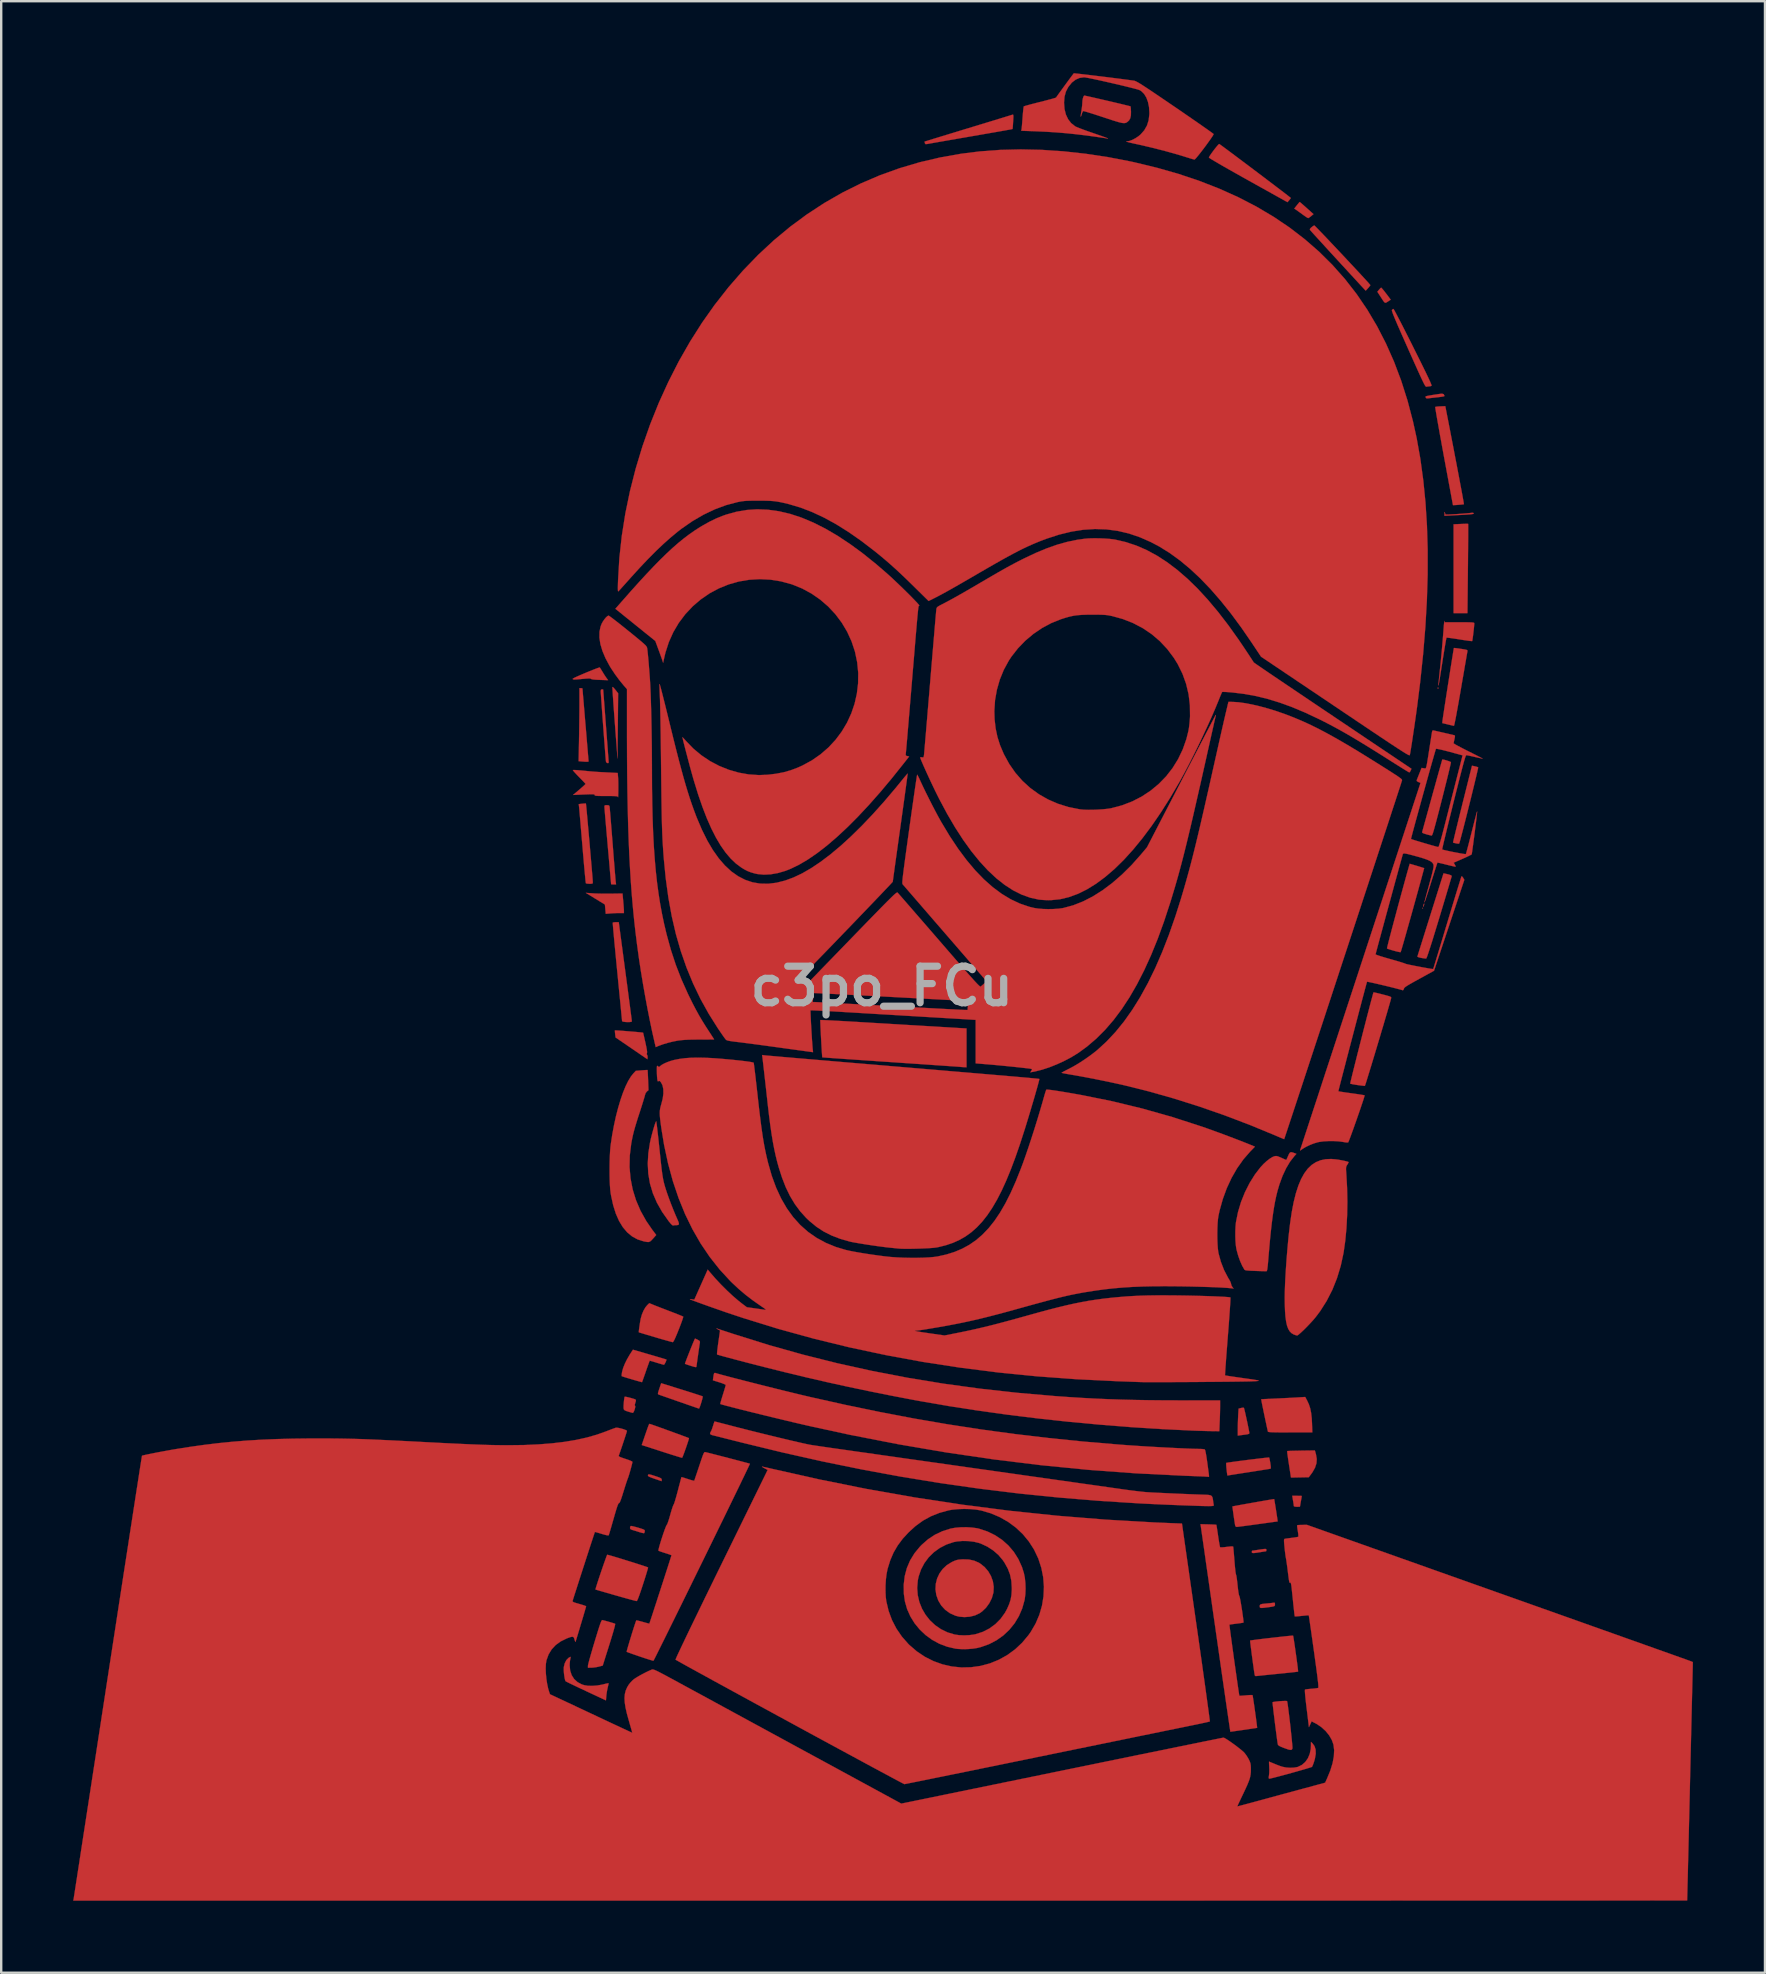
<source format=kicad_pcb>
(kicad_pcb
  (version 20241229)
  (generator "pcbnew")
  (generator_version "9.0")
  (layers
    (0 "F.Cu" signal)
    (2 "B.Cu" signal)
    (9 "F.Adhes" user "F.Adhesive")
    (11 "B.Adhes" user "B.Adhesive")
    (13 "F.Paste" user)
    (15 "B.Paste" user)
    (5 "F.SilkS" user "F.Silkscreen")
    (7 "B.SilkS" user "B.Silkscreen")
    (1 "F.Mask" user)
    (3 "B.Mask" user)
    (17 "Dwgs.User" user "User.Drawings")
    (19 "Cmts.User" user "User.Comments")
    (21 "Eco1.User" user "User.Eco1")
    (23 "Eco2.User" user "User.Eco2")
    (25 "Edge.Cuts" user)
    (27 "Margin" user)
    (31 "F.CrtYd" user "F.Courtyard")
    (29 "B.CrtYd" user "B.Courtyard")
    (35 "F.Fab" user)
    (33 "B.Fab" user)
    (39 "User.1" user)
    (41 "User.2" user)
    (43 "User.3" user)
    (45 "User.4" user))
  (footprint "c3po_FCu"
    (layer "F.Cu")
    (at 33.691 38.042)
    (property "Reference" "c3po_FCu" (at 0 0 0) (layer "F.Fab") (effects (font (size 1.524 1.524) (thickness 0.3))))
    (attr through_hole)
    (fp_poly (pts (xy 22.547 -3.268) (xy 22.55 -3.238) (xy 22.547 -3.234) (xy 22.532 -3.238) (xy 22.53 -3.251) (xy 22.539 -3.272) (xy 22.547 -3.268)) (stroke (width 0.01) (type solid)) (fill yes) (layer "F.Cu"))
    (fp_poly (pts (xy 23.182 -12.452) (xy 23.185 -12.4) (xy 23.182 -12.389) (xy 23.172 -12.386) (xy 23.169 -12.421) (xy 23.173 -12.457) (xy 23.182 -12.452)) (stroke (width 0.01) (type solid)) (fill yes) (layer "F.Cu"))
    (fp_poly (pts (xy 22.602 -3.429) (xy 22.593 -3.375) (xy 22.581 -3.34) (xy 22.564 -3.312) (xy 22.559 -3.327) (xy 22.569 -3.382) (xy 22.581 -3.416) (xy 22.597 -3.444) (xy 22.602 -3.429)) (stroke (width 0.01) (type solid)) (fill yes) (layer "F.Cu"))
    (fp_poly (pts (xy -11.205 -12.463) (xy -11.164 -12.426) (xy -11.11 -12.363) (xy -11.1 -12.35) (xy -10.985 -12.205) (xy -11.011 -9.487) (xy -11.122 -10.963) (xy -11.142 -11.232) (xy -11.161 -11.486) (xy -11.178 -11.721) (xy -11.192 -11.932) (xy -11.205 -12.115) (xy -11.214 -12.264) (xy -11.221 -12.376) (xy -11.224 -12.445) (xy -11.224 -12.467) (xy -11.205 -12.463)) (stroke (width 0.01) (type solid)) (fill yes) (layer "F.Cu"))
    (fp_poly (pts (xy 24.432 -19.264) (xy 24.433 -19.238) (xy 24.434 -19.165) (xy 24.434 -19.049) (xy 24.433 -18.895) (xy 24.433 -18.705) (xy 24.431 -18.485) (xy 24.43 -18.238) (xy 24.427 -17.969) (xy 24.425 -17.68) (xy 24.422 -17.4) (xy 24.403 -15.545) (xy 23.825 -15.545) (xy 23.825 -19.246) (xy 24.124 -19.26) (xy 24.241 -19.264) (xy 24.338 -19.267) (xy 24.405 -19.267) (xy 24.432 -19.264)) (stroke (width 0.01) (type solid)) (fill yes) (layer "F.Cu"))
    (fp_poly (pts (xy 20.829 -29.088) (xy 20.875 -29.037) (xy 20.937 -28.96) (xy 21.01 -28.865) (xy 21.017 -28.857) (xy 21.207 -28.605) (xy 21.145 -28.565) (xy 21.068 -28.514) (xy 21.015 -28.483) (xy 20.976 -28.477) (xy 20.941 -28.498) (xy 20.9 -28.55) (xy 20.843 -28.637) (xy 20.807 -28.692) (xy 20.649 -28.935) (xy 20.719 -29.02) (xy 20.766 -29.072) (xy 20.801 -29.103) (xy 20.808 -29.107) (xy 20.829 -29.088)) (stroke (width 0.01) (type solid)) (fill yes) (layer "F.Cu"))
    (fp_poly (pts (xy -12.04 -3.869) (xy -11.913 -3.862) (xy -11.752 -3.858) (xy -11.572 -3.855) (xy -11.389 -3.855) (xy -11.275 -3.856) (xy -10.803 -3.863) (xy -10.773 -3.538) (xy -10.762 -3.407) (xy -10.753 -3.287) (xy -10.746 -3.191) (xy -10.744 -3.132) (xy -10.744 -3.131) (xy -10.744 -3.048) (xy -10.931 -3.048) (xy -11.059 -3.046) (xy -11.203 -3.039) (xy -11.309 -3.032) (xy -11.501 -3.016) (xy -11.519 -3.209) (xy -11.537 -3.403) (xy -11.935 -3.646) (xy -12.332 -3.89) (xy -12.04 -3.869)) (stroke (width 0.01) (type solid)) (fill yes) (layer "F.Cu"))
    (fp_poly (pts (xy -9.664 20.346) (xy -9.585 20.365) (xy -9.467 20.403) (xy -9.441 20.411) (xy -9.322 20.452) (xy -9.244 20.482) (xy -9.198 20.507) (xy -9.176 20.531) (xy -9.17 20.558) (xy -9.169 20.564) (xy -9.172 20.609) (xy -9.176 20.623) (xy -9.201 20.614) (xy -9.264 20.593) (xy -9.356 20.561) (xy -9.46 20.526) (xy -9.588 20.481) (xy -9.674 20.447) (xy -9.724 20.419) (xy -9.744 20.394) (xy -9.741 20.368) (xy -9.733 20.352) (xy -9.711 20.341) (xy -9.664 20.346)) (stroke (width 0.01) (type solid)) (fill yes) (layer "F.Cu"))
    (fp_poly (pts (xy 17.395 21.235) (xy 17.465 21.237) (xy 17.499 21.24) (xy 17.501 21.241) (xy 17.496 21.267) (xy 17.486 21.331) (xy 17.47 21.422) (xy 17.462 21.463) (xy 17.445 21.561) (xy 17.432 21.637) (xy 17.425 21.68) (xy 17.424 21.685) (xy 17.402 21.689) (xy 17.343 21.691) (xy 17.297 21.692) (xy 17.21 21.685) (xy 17.171 21.667) (xy 17.169 21.66) (xy 17.165 21.621) (xy 17.154 21.546) (xy 17.139 21.451) (xy 17.135 21.431) (xy 17.103 21.234) (xy 17.302 21.234) (xy 17.395 21.235)) (stroke (width 0.01) (type solid)) (fill yes) (layer "F.Cu"))
    (fp_poly (pts (xy 17.434 -32.661) (xy 17.486 -32.617) (xy 17.562 -32.551) (xy 17.655 -32.468) (xy 17.705 -32.424) (xy 17.988 -32.17) (xy 17.89 -32.087) (xy 17.829 -32.04) (xy 17.781 -32.01) (xy 17.766 -32.004) (xy 17.736 -32.018) (xy 17.675 -32.057) (xy 17.593 -32.113) (xy 17.524 -32.163) (xy 17.428 -32.233) (xy 17.34 -32.296) (xy 17.274 -32.343) (xy 17.248 -32.361) (xy 17.187 -32.401) (xy 17.296 -32.539) (xy 17.352 -32.608) (xy 17.393 -32.657) (xy 17.413 -32.677) (xy 17.413 -32.677) (xy 17.434 -32.661)) (stroke (width 0.01) (type solid)) (fill yes) (layer "F.Cu"))
    (fp_poly (pts (xy -10.423 22.493) (xy -10.349 22.509) (xy -10.25 22.534) (xy -10.147 22.563) (xy -10.027 22.6) (xy -9.948 22.627) (xy -9.901 22.649) (xy -9.879 22.67) (xy -9.874 22.694) (xy -9.875 22.708) (xy -9.887 22.763) (xy -9.9 22.788) (xy -9.932 22.789) (xy -9.998 22.776) (xy -10.086 22.751) (xy -10.109 22.744) (xy -10.215 22.71) (xy -10.316 22.679) (xy -10.391 22.657) (xy -10.395 22.656) (xy -10.459 22.632) (xy -10.486 22.599) (xy -10.49 22.566) (xy -10.479 22.514) (xy -10.458 22.491) (xy -10.423 22.493)) (stroke (width 0.01) (type solid)) (fill yes) (layer "F.Cu"))
    (fp_poly (pts (xy 16.012 23.454) (xy 16.025 23.469) (xy 16.027 23.494) (xy 16.027 23.495) (xy 16.019 23.536) (xy 16.008 23.546) (xy 15.976 23.55) (xy 15.907 23.56) (xy 15.811 23.575) (xy 15.761 23.584) (xy 15.623 23.605) (xy 15.528 23.617) (xy 15.468 23.619) (xy 15.434 23.611) (xy 15.42 23.593) (xy 15.418 23.571) (xy 15.426 23.53) (xy 15.437 23.52) (xy 15.469 23.516) (xy 15.539 23.506) (xy 15.635 23.492) (xy 15.697 23.482) (xy 15.831 23.462) (xy 15.923 23.45) (xy 15.981 23.447) (xy 16.012 23.454)) (stroke (width 0.01) (type solid)) (fill yes) (layer "F.Cu"))
    (fp_poly (pts (xy 16.38 25.707) (xy 16.383 25.753) (xy 16.382 25.789) (xy 16.374 25.814) (xy 16.35 25.832) (xy 16.303 25.846) (xy 16.224 25.86) (xy 16.104 25.877) (xy 16.071 25.881) (xy 15.938 25.898) (xy 15.848 25.907) (xy 15.792 25.905) (xy 15.762 25.893) (xy 15.75 25.868) (xy 15.748 25.834) (xy 15.751 25.797) (xy 15.765 25.771) (xy 15.798 25.753) (xy 15.858 25.739) (xy 15.955 25.728) (xy 16.066 25.718) (xy 16.167 25.708) (xy 16.257 25.698) (xy 16.313 25.689) (xy 16.362 25.685) (xy 16.38 25.707)) (stroke (width 0.01) (type solid)) (fill yes) (layer "F.Cu"))
    (fp_poly (pts (xy 18.092 19.507) (xy 18.124 19.696) (xy 18.112 19.878) (xy 18.053 20.061) (xy 17.947 20.249) (xy 17.887 20.333) (xy 17.791 20.46) (xy 17.42 20.467) (xy 17.05 20.474) (xy 16.996 20.124) (xy 16.962 19.902) (xy 16.935 19.726) (xy 16.916 19.591) (xy 16.902 19.492) (xy 16.895 19.425) (xy 16.892 19.386) (xy 16.894 19.37) (xy 16.894 19.369) (xy 16.921 19.366) (xy 16.992 19.363) (xy 17.098 19.359) (xy 17.234 19.356) (xy 17.391 19.353) (xy 17.475 19.351) (xy 18.046 19.343) (xy 18.092 19.507)) (stroke (width 0.01) (type solid)) (fill yes) (layer "F.Cu"))
    (fp_poly (pts (xy 23.411 -24.668) (xy 23.442 -24.611) (xy 23.444 -24.588) (xy 23.421 -24.578) (xy 23.356 -24.565) (xy 23.262 -24.551) (xy 23.158 -24.539) (xy 23.033 -24.525) (xy 22.916 -24.512) (xy 22.823 -24.501) (xy 22.778 -24.495) (xy 22.709 -24.491) (xy 22.675 -24.508) (xy 22.666 -24.523) (xy 22.659 -24.565) (xy 22.664 -24.577) (xy 22.693 -24.586) (xy 22.761 -24.601) (xy 22.857 -24.618) (xy 22.968 -24.637) (xy 23.083 -24.655) (xy 23.192 -24.671) (xy 23.281 -24.683) (xy 23.34 -24.688) (xy 23.346 -24.688) (xy 23.411 -24.668)) (stroke (width 0.01) (type solid)) (fill yes) (layer "F.Cu"))
    (fp_poly (pts (xy 15.081 17.565) (xy 15.088 17.569) (xy 15.098 17.598) (xy 15.116 17.667) (xy 15.14 17.769) (xy 15.168 17.893) (xy 15.198 18.031) (xy 15.229 18.173) (xy 15.257 18.31) (xy 15.282 18.434) (xy 15.302 18.535) (xy 15.314 18.604) (xy 15.316 18.63) (xy 15.292 18.654) (xy 15.223 18.673) (xy 15.183 18.679) (xy 15.08 18.692) (xy 14.976 18.706) (xy 14.942 18.711) (xy 14.834 18.726) (xy 14.834 18.45) (xy 14.835 18.297) (xy 14.84 18.123) (xy 14.847 17.955) (xy 14.85 17.888) (xy 14.867 17.602) (xy 14.968 17.575) (xy 15.035 17.562) (xy 15.081 17.565)) (stroke (width 0.01) (type solid)) (fill yes) (layer "F.Cu"))
    (fp_poly (pts (xy 23.463 -19.736) (xy 23.477 -19.681) (xy 23.491 -19.655) (xy 23.519 -19.652) (xy 23.59 -19.653) (xy 23.693 -19.657) (xy 23.82 -19.664) (xy 23.963 -19.672) (xy 24.112 -19.683) (xy 24.258 -19.694) (xy 24.393 -19.705) (xy 24.508 -19.716) (xy 24.555 -19.722) (xy 24.628 -19.726) (xy 24.66 -19.714) (xy 24.663 -19.701) (xy 24.66 -19.691) (xy 24.647 -19.682) (xy 24.619 -19.674) (xy 24.571 -19.667) (xy 24.499 -19.66) (xy 24.397 -19.652) (xy 24.26 -19.644) (xy 24.085 -19.634) (xy 23.865 -19.623) (xy 23.781 -19.618) (xy 23.444 -19.601) (xy 23.448 -19.7) (xy 23.451 -19.754) (xy 23.457 -19.758) (xy 23.463 -19.736)) (stroke (width 0.01) (type solid)) (fill yes) (layer "F.Cu"))
    (fp_poly (pts (xy -11.025 1.844) (xy -10.924 1.85) (xy -10.798 1.86) (xy -10.657 1.871) (xy -10.508 1.883) (xy -10.36 1.895) (xy -10.223 1.907) (xy -10.104 1.918) (xy -10.013 1.927) (xy -9.958 1.934) (xy -9.945 1.936) (xy -9.938 1.962) (xy -9.923 2.029) (xy -9.9 2.129) (xy -9.872 2.253) (xy -9.85 2.349) (xy -9.813 2.524) (xy -9.789 2.652) (xy -9.779 2.737) (xy -9.782 2.782) (xy -9.785 2.788) (xy -9.795 2.831) (xy -9.78 2.856) (xy -9.761 2.906) (xy -9.758 2.968) (xy -9.766 3.043) (xy -10.429 2.589) (xy -11.093 2.135) (xy -11.11 1.991) (xy -11.118 1.912) (xy -11.121 1.857) (xy -11.119 1.84) (xy -11.093 1.84) (xy -11.025 1.844)) (stroke (width 0.01) (type solid)) (fill yes) (layer "F.Cu"))
    (fp_poly (pts (xy -10.683 17.105) (xy -10.62 17.117) (xy -10.536 17.137) (xy -10.443 17.161) (xy -10.357 17.186) (xy -10.29 17.208) (xy -10.261 17.222) (xy -10.245 17.245) (xy -10.249 17.293) (xy -10.269 17.357) (xy -10.291 17.433) (xy -10.29 17.472) (xy -10.279 17.482) (xy -10.27 17.509) (xy -10.278 17.566) (xy -10.297 17.637) (xy -10.323 17.707) (xy -10.35 17.759) (xy -10.374 17.778) (xy -10.41 17.77) (xy -10.481 17.751) (xy -10.569 17.725) (xy -10.571 17.724) (xy -10.664 17.693) (xy -10.718 17.666) (xy -10.746 17.635) (xy -10.755 17.605) (xy -10.759 17.554) (xy -10.757 17.473) (xy -10.751 17.375) (xy -10.742 17.275) (xy -10.731 17.187) (xy -10.72 17.125) (xy -10.712 17.104) (xy -10.683 17.105)) (stroke (width 0.01) (type solid)) (fill yes) (layer "F.Cu"))
    (fp_poly (pts (xy -12.487 -12.414) (xy -12.471 -12.401) (xy -12.469 -12.373) (xy -12.463 -12.299) (xy -12.454 -12.183) (xy -12.441 -12.03) (xy -12.425 -11.844) (xy -12.407 -11.63) (xy -12.387 -11.392) (xy -12.366 -11.135) (xy -12.344 -10.884) (xy -12.321 -10.613) (xy -12.3 -10.357) (xy -12.28 -10.121) (xy -12.262 -9.909) (xy -12.247 -9.726) (xy -12.234 -9.575) (xy -12.225 -9.462) (xy -12.219 -9.391) (xy -12.217 -9.367) (xy -12.236 -9.355) (xy -12.294 -9.352) (xy -12.396 -9.356) (xy -12.52 -9.366) (xy -12.632 -9.376) (xy -12.615 -10.255) (xy -12.611 -10.5) (xy -12.607 -10.763) (xy -12.604 -11.031) (xy -12.601 -11.29) (xy -12.599 -11.528) (xy -12.598 -11.732) (xy -12.598 -11.777) (xy -12.598 -12.421) (xy -12.535 -12.421) (xy -12.487 -12.414)) (stroke (width 0.01) (type solid)) (fill yes) (layer "F.Cu"))
    (fp_poly (pts (xy 17.725 17.268) (xy 17.798 17.425) (xy 17.852 17.592) (xy 17.89 17.781) (xy 17.915 18.001) (xy 17.926 18.205) (xy 17.939 18.593) (xy 17.021 18.593) (xy 16.768 18.592) (xy 16.563 18.591) (xy 16.4 18.589) (xy 16.276 18.586) (xy 16.187 18.581) (xy 16.129 18.575) (xy 16.098 18.567) (xy 16.09 18.561) (xy 16.082 18.527) (xy 16.065 18.452) (xy 16.041 18.343) (xy 16.013 18.21) (xy 15.981 18.061) (xy 15.948 17.904) (xy 15.915 17.747) (xy 15.885 17.6) (xy 15.858 17.47) (xy 15.837 17.365) (xy 15.824 17.295) (xy 15.82 17.272) (xy 15.812 17.209) (xy 16.441 17.18) (xy 16.635 17.171) (xy 16.831 17.161) (xy 17.016 17.152) (xy 17.179 17.143) (xy 17.309 17.136) (xy 17.357 17.133) (xy 17.644 17.115) (xy 17.725 17.268)) (stroke (width 0.01) (type solid)) (fill yes) (layer "F.Cu"))
    (fp_poly (pts (xy -9.009 16.598) (xy -8.658 16.708) (xy -8.35 16.804) (xy -8.087 16.886) (xy -7.869 16.955) (xy -7.697 17.011) (xy -7.571 17.052) (xy -7.493 17.079) (xy -7.462 17.091) (xy -7.462 17.091) (xy -7.462 17.12) (xy -7.475 17.183) (xy -7.498 17.268) (xy -7.526 17.363) (xy -7.556 17.456) (xy -7.584 17.535) (xy -7.606 17.586) (xy -7.617 17.599) (xy -7.644 17.59) (xy -7.713 17.567) (xy -7.819 17.53) (xy -7.956 17.483) (xy -8.118 17.427) (xy -8.3 17.363) (xy -8.445 17.313) (xy -8.64 17.245) (xy -8.82 17.182) (xy -8.98 17.126) (xy -9.115 17.079) (xy -9.217 17.043) (xy -9.282 17.02) (xy -9.301 17.012) (xy -9.32 17) (xy -9.327 16.977) (xy -9.32 16.933) (xy -9.298 16.858) (xy -9.268 16.768) (xy -9.192 16.542) (xy -9.009 16.598)) (stroke (width 0.01) (type solid)) (fill yes) (layer "F.Cu"))
    (fp_poly (pts (xy -7.754 14.692) (xy -7.698 14.718) (xy -7.669 14.733) (xy -7.606 14.769) (xy -7.58 14.801) (xy -7.578 14.846) (xy -7.581 14.866) (xy -7.591 14.924) (xy -7.605 15.016) (xy -7.622 15.133) (xy -7.641 15.266) (xy -7.661 15.405) (xy -7.68 15.54) (xy -7.697 15.662) (xy -7.71 15.762) (xy -7.719 15.828) (xy -7.722 15.852) (xy -7.729 15.868) (xy -7.755 15.872) (xy -7.808 15.862) (xy -7.895 15.837) (xy -7.988 15.808) (xy -8.082 15.777) (xy -8.156 15.752) (xy -8.197 15.736) (xy -8.201 15.734) (xy -8.195 15.709) (xy -8.172 15.645) (xy -8.137 15.551) (xy -8.092 15.435) (xy -8.041 15.304) (xy -7.987 15.168) (xy -7.933 15.034) (xy -7.883 14.911) (xy -7.839 14.806) (xy -7.806 14.729) (xy -7.785 14.687) (xy -7.781 14.681) (xy -7.754 14.692)) (stroke (width 0.01) (type solid)) (fill yes) (layer "F.Cu"))
    (fp_poly (pts (xy -11.642 26.412) (xy -11.589 26.424) (xy -11.506 26.446) (xy -11.407 26.473) (xy -11.304 26.503) (xy -11.212 26.531) (xy -11.143 26.553) (xy -11.11 26.565) (xy -11.11 26.594) (xy -11.126 26.67) (xy -11.158 26.792) (xy -11.206 26.96) (xy -11.27 27.172) (xy -11.349 27.427) (xy -11.355 27.445) (xy -11.627 28.308) (xy -11.789 28.351) (xy -11.903 28.375) (xy -12.025 28.391) (xy -12.097 28.395) (xy -12.243 28.397) (xy -12.243 28.313) (xy -12.236 28.27) (xy -12.215 28.185) (xy -12.183 28.063) (xy -12.14 27.91) (xy -12.089 27.733) (xy -12.032 27.537) (xy -11.969 27.328) (xy -11.966 27.316) (xy -11.893 27.079) (xy -11.834 26.886) (xy -11.786 26.733) (xy -11.747 26.616) (xy -11.716 26.53) (xy -11.692 26.471) (xy -11.673 26.434) (xy -11.658 26.416) (xy -11.644 26.411) (xy -11.642 26.412)) (stroke (width 0.01) (type solid)) (fill yes) (layer "F.Cu"))
    (fp_poly (pts (xy 3.63 23.888) (xy 3.849 23.936) (xy 4.048 24.023) (xy 4.095 24.052) (xy 4.28 24.198) (xy 4.433 24.375) (xy 4.55 24.577) (xy 4.629 24.795) (xy 4.664 25.022) (xy 4.654 25.25) (xy 4.65 25.274) (xy 4.587 25.495) (xy 4.482 25.706) (xy 4.343 25.897) (xy 4.176 26.056) (xy 4.073 26.128) (xy 3.884 26.217) (xy 3.671 26.27) (xy 3.446 26.288) (xy 3.225 26.269) (xy 3.068 26.229) (xy 2.841 26.127) (xy 2.643 25.984) (xy 2.48 25.807) (xy 2.354 25.597) (xy 2.272 25.366) (xy 2.238 25.132) (xy 2.25 24.901) (xy 2.306 24.678) (xy 2.403 24.47) (xy 2.539 24.283) (xy 2.712 24.121) (xy 2.921 23.992) (xy 2.937 23.985) (xy 3.039 23.939) (xy 3.122 23.91) (xy 3.206 23.893) (xy 3.31 23.884) (xy 3.383 23.88) (xy 3.63 23.888)) (stroke (width 0.01) (type solid)) (fill yes) (layer "F.Cu"))
    (fp_poly (pts (xy -11.733 -13.256) (xy -11.698 -13.199) (xy -11.649 -13.12) (xy -11.633 -13.094) (xy -11.574 -12.997) (xy -11.515 -12.907) (xy -11.469 -12.84) (xy -11.464 -12.833) (xy -11.402 -12.751) (xy -11.562 -12.756) (xy -11.674 -12.76) (xy -11.806 -12.765) (xy -11.912 -12.77) (xy -12.006 -12.778) (xy -12.079 -12.79) (xy -12.117 -12.805) (xy -12.119 -12.807) (xy -12.142 -12.819) (xy -12.197 -12.823) (xy -12.288 -12.819) (xy -12.423 -12.808) (xy -12.45 -12.806) (xy -12.607 -12.791) (xy -12.72 -12.782) (xy -12.797 -12.778) (xy -12.844 -12.78) (xy -12.868 -12.788) (xy -12.877 -12.801) (xy -12.878 -12.81) (xy -12.855 -12.826) (xy -12.794 -12.858) (xy -12.701 -12.901) (xy -12.584 -12.953) (xy -12.452 -13.01) (xy -12.311 -13.069) (xy -12.171 -13.127) (xy -12.039 -13.18) (xy -11.923 -13.225) (xy -11.831 -13.259) (xy -11.77 -13.278) (xy -11.749 -13.281) (xy -11.733 -13.256)) (stroke (width 0.01) (type solid)) (fill yes) (layer "F.Cu"))
    (fp_poly (pts (xy 24.71 -9.163) (xy 24.785 -9.145) (xy 24.837 -9.126) (xy 24.849 -9.119) (xy 24.846 -9.093) (xy 24.832 -9.022) (xy 24.807 -8.912) (xy 24.774 -8.768) (xy 24.732 -8.595) (xy 24.685 -8.398) (xy 24.632 -8.182) (xy 24.576 -7.952) (xy 24.517 -7.714) (xy 24.456 -7.471) (xy 24.396 -7.23) (xy 24.337 -6.995) (xy 24.28 -6.772) (xy 24.227 -6.564) (xy 24.178 -6.378) (xy 24.136 -6.219) (xy 24.102 -6.091) (xy 24.076 -5.999) (xy 24.06 -5.949) (xy 24.056 -5.942) (xy 24.025 -5.938) (xy 23.962 -5.945) (xy 23.927 -5.952) (xy 23.857 -5.968) (xy 23.811 -5.981) (xy 23.803 -5.985) (xy 23.807 -6.01) (xy 23.823 -6.081) (xy 23.849 -6.192) (xy 23.884 -6.34) (xy 23.928 -6.522) (xy 23.98 -6.731) (xy 24.037 -6.966) (xy 24.1 -7.221) (xy 24.168 -7.492) (xy 24.192 -7.59) (xy 24.592 -9.188) (xy 24.71 -9.163)) (stroke (width 0.01) (type solid)) (fill yes) (layer "F.Cu"))
    (fp_poly (pts (xy 23.481 -4.688) (xy 23.616 -4.657) (xy 23.705 -4.627) (xy 23.746 -4.599) (xy 23.748 -4.59) (xy 23.741 -4.561) (xy 23.72 -4.488) (xy 23.686 -4.374) (xy 23.642 -4.223) (xy 23.587 -4.039) (xy 23.524 -3.827) (xy 23.453 -3.59) (xy 23.376 -3.333) (xy 23.293 -3.058) (xy 23.233 -2.858) (xy 23.122 -2.494) (xy 23.025 -2.177) (xy 22.942 -1.906) (xy 22.87 -1.68) (xy 22.811 -1.496) (xy 22.763 -1.353) (xy 22.727 -1.249) (xy 22.7 -1.183) (xy 22.684 -1.154) (xy 22.681 -1.152) (xy 22.638 -1.155) (xy 22.562 -1.165) (xy 22.479 -1.179) (xy 22.396 -1.197) (xy 22.338 -1.217) (xy 22.317 -1.233) (xy 22.325 -1.261) (xy 22.347 -1.333) (xy 22.382 -1.446) (xy 22.429 -1.595) (xy 22.486 -1.777) (xy 22.552 -1.989) (xy 22.626 -2.225) (xy 22.707 -2.482) (xy 22.793 -2.756) (xy 22.863 -2.98) (xy 23.406 -4.703) (xy 23.481 -4.688)) (stroke (width 0.01) (type solid)) (fill yes) (layer "F.Cu"))
    (fp_poly (pts (xy -9.643 18.246) (xy -9.574 18.269) (xy -9.471 18.305) (xy -9.341 18.351) (xy -9.191 18.405) (xy -9.027 18.464) (xy -8.856 18.526) (xy -8.685 18.588) (xy -8.52 18.648) (xy -8.369 18.704) (xy -8.238 18.752) (xy -8.134 18.791) (xy -8.064 18.818) (xy -8.034 18.831) (xy -8.034 18.831) (xy -8.038 18.858) (xy -8.056 18.922) (xy -8.086 19.015) (xy -8.123 19.127) (xy -8.164 19.247) (xy -8.207 19.367) (xy -8.247 19.477) (xy -8.282 19.567) (xy -8.307 19.628) (xy -8.32 19.649) (xy -8.349 19.643) (xy -8.421 19.623) (xy -8.529 19.59) (xy -8.668 19.547) (xy -8.833 19.495) (xy -9.018 19.436) (xy -9.173 19.386) (xy -10.002 19.118) (xy -9.88 18.76) (xy -9.821 18.589) (xy -9.776 18.46) (xy -9.743 18.367) (xy -9.72 18.305) (xy -9.703 18.266) (xy -9.691 18.246) (xy -9.681 18.238) (xy -9.671 18.237) (xy -9.671 18.237) (xy -9.643 18.246)) (stroke (width 0.01) (type solid)) (fill yes) (layer "F.Cu"))
    (fp_poly (pts (xy -11.617 -12.365) (xy -11.608 -12.358) (xy -11.606 -12.332) (xy -11.601 -12.259) (xy -11.592 -12.144) (xy -11.58 -11.992) (xy -11.566 -11.807) (xy -11.55 -11.594) (xy -11.532 -11.357) (xy -11.513 -11.101) (xy -11.493 -10.849) (xy -11.473 -10.577) (xy -11.453 -10.321) (xy -11.435 -10.084) (xy -11.419 -9.871) (xy -11.406 -9.687) (xy -11.394 -9.535) (xy -11.386 -9.421) (xy -11.381 -9.349) (xy -11.379 -9.323) (xy -11.396 -9.297) (xy -11.433 -9.297) (xy -11.471 -9.319) (xy -11.491 -9.354) (xy -11.495 -9.389) (xy -11.503 -9.47) (xy -11.513 -9.59) (xy -11.525 -9.744) (xy -11.539 -9.926) (xy -11.555 -10.131) (xy -11.572 -10.352) (xy -11.589 -10.585) (xy -11.607 -10.824) (xy -11.625 -11.063) (xy -11.642 -11.296) (xy -11.658 -11.518) (xy -11.672 -11.723) (xy -11.685 -11.906) (xy -11.696 -12.061) (xy -11.704 -12.182) (xy -11.709 -12.264) (xy -11.71 -12.3) (xy -11.7 -12.353) (xy -11.664 -12.37) (xy -11.659 -12.37) (xy -11.617 -12.365)) (stroke (width 0.01) (type solid)) (fill yes) (layer "F.Cu"))
    (fp_poly (pts (xy 14.086 -35.076) (xy 14.149 -35.031) (xy 14.243 -34.962) (xy 14.366 -34.871) (xy 14.513 -34.761) (xy 14.682 -34.635) (xy 14.866 -34.497) (xy 15.064 -34.348) (xy 15.271 -34.193) (xy 15.483 -34.033) (xy 15.696 -33.873) (xy 15.906 -33.714) (xy 16.11 -33.559) (xy 16.304 -33.413) (xy 16.483 -33.276) (xy 16.644 -33.154) (xy 16.784 -33.047) (xy 16.897 -32.96) (xy 16.98 -32.895) (xy 17.03 -32.855) (xy 17.043 -32.843) (xy 17.028 -32.816) (xy 16.99 -32.767) (xy 16.974 -32.748) (xy 16.904 -32.668) (xy 15.265 -33.581) (xy 14.978 -33.742) (xy 14.71 -33.893) (xy 14.465 -34.031) (xy 14.246 -34.156) (xy 14.056 -34.266) (xy 13.897 -34.359) (xy 13.773 -34.433) (xy 13.685 -34.487) (xy 13.638 -34.52) (xy 13.63 -34.528) (xy 13.646 -34.565) (xy 13.686 -34.629) (xy 13.743 -34.711) (xy 13.81 -34.803) (xy 13.881 -34.895) (xy 13.948 -34.979) (xy 14.006 -35.046) (xy 14.046 -35.086) (xy 14.06 -35.093) (xy 14.086 -35.076)) (stroke (width 0.01) (type solid)) (fill yes) (layer "F.Cu"))
    (fp_poly (pts (xy -10.686 -0.616) (xy -10.644 -0.299) (xy -10.603 0.005) (xy -10.566 0.29) (xy -10.531 0.553) (xy -10.5 0.79) (xy -10.473 0.998) (xy -10.45 1.173) (xy -10.432 1.311) (xy -10.42 1.407) (xy -10.414 1.459) (xy -10.413 1.467) (xy -10.437 1.483) (xy -10.497 1.493) (xy -10.58 1.496) (xy -10.672 1.492) (xy -10.76 1.481) (xy -10.763 1.481) (xy -10.808 1.466) (xy -10.821 1.452) (xy -10.823 1.425) (xy -10.83 1.351) (xy -10.842 1.234) (xy -10.857 1.078) (xy -10.876 0.886) (xy -10.897 0.663) (xy -10.922 0.413) (xy -10.949 0.138) (xy -10.978 -0.156) (xy -11.008 -0.467) (xy -11.021 -0.597) (xy -11.052 -0.913) (xy -11.081 -1.215) (xy -11.108 -1.498) (xy -11.133 -1.759) (xy -11.155 -1.993) (xy -11.173 -2.198) (xy -11.189 -2.369) (xy -11.2 -2.503) (xy -11.207 -2.595) (xy -11.21 -2.643) (xy -11.21 -2.648) (xy -11.18 -2.659) (xy -11.117 -2.666) (xy -11.079 -2.667) (xy -10.959 -2.667) (xy -10.686 -0.616)) (stroke (width 0.01) (type solid)) (fill yes) (layer "F.Cu"))
    (fp_poly (pts (xy 16.141 19.638) (xy 16.15 19.667) (xy 16.164 19.733) (xy 16.181 19.826) (xy 16.189 19.872) (xy 16.205 19.989) (xy 16.21 20.062) (xy 16.203 20.099) (xy 16.196 20.104) (xy 16.165 20.11) (xy 16.089 20.123) (xy 15.976 20.141) (xy 15.831 20.164) (xy 15.659 20.191) (xy 15.469 20.221) (xy 15.329 20.243) (xy 15.127 20.274) (xy 14.94 20.303) (xy 14.774 20.329) (xy 14.635 20.351) (xy 14.53 20.368) (xy 14.465 20.378) (xy 14.446 20.382) (xy 14.408 20.388) (xy 14.401 20.387) (xy 14.39 20.324) (xy 14.378 20.235) (xy 14.367 20.134) (xy 14.357 20.034) (xy 14.351 19.946) (xy 14.349 19.885) (xy 14.352 19.863) (xy 14.382 19.856) (xy 14.455 19.844) (xy 14.564 19.829) (xy 14.701 19.81) (xy 14.861 19.788) (xy 15.036 19.766) (xy 15.218 19.742) (xy 15.402 19.719) (xy 15.58 19.698) (xy 15.745 19.678) (xy 15.89 19.661) (xy 16.009 19.648) (xy 16.093 19.64) (xy 16.137 19.637) (xy 16.141 19.638)) (stroke (width 0.01) (type solid)) (fill yes) (layer "F.Cu"))
    (fp_poly (pts (xy -12.966 27.945) (xy -12.965 27.974) (xy -12.977 28.032) (xy -12.98 28.043) (xy -12.993 28.116) (xy -13.002 28.215) (xy -13.005 28.297) (xy -12.984 28.516) (xy -12.921 28.706) (xy -12.819 28.867) (xy -12.678 28.996) (xy -12.502 29.09) (xy -12.401 29.123) (xy -12.246 29.149) (xy -12.059 29.153) (xy -11.854 29.137) (xy -11.646 29.1) (xy -11.583 29.084) (xy -11.493 29.062) (xy -11.423 29.047) (xy -11.387 29.043) (xy -11.385 29.043) (xy -11.386 29.07) (xy -11.399 29.133) (xy -11.418 29.213) (xy -11.442 29.325) (xy -11.464 29.457) (xy -11.477 29.566) (xy -11.493 29.758) (xy -12.319 29.372) (xy -12.51 29.282) (xy -12.688 29.198) (xy -12.845 29.123) (xy -12.978 29.059) (xy -13.081 29.008) (xy -13.148 28.974) (xy -13.173 28.96) (xy -13.193 28.919) (xy -13.212 28.841) (xy -13.229 28.738) (xy -13.243 28.624) (xy -13.251 28.511) (xy -13.251 28.413) (xy -13.248 28.366) (xy -13.21 28.21) (xy -13.143 28.08) (xy -13.055 27.99) (xy -13.002 27.957) (xy -12.969 27.944) (xy -12.966 27.945)) (stroke (width 0.01) (type solid)) (fill yes) (layer "F.Cu"))
    (fp_poly (pts (xy 22.155 -5.056) (xy 22.269 -5.023) (xy 22.391 -4.986) (xy 22.457 -4.965) (xy 22.6 -4.92) (xy 22.538 -4.689) (xy 22.477 -4.463) (xy 22.41 -4.22) (xy 22.34 -3.963) (xy 22.266 -3.697) (xy 22.191 -3.426) (xy 22.116 -3.155) (xy 22.042 -2.888) (xy 21.969 -2.631) (xy 21.9 -2.386) (xy 21.836 -2.159) (xy 21.778 -1.954) (xy 21.727 -1.776) (xy 21.684 -1.629) (xy 21.651 -1.517) (xy 21.629 -1.446) (xy 21.619 -1.419) (xy 21.59 -1.419) (xy 21.522 -1.432) (xy 21.427 -1.454) (xy 21.336 -1.479) (xy 21.226 -1.511) (xy 21.134 -1.54) (xy 21.072 -1.562) (xy 21.051 -1.572) (xy 21.055 -1.598) (xy 21.071 -1.669) (xy 21.098 -1.779) (xy 21.135 -1.925) (xy 21.181 -2.101) (xy 21.234 -2.304) (xy 21.293 -2.528) (xy 21.358 -2.77) (xy 21.426 -3.024) (xy 21.496 -3.287) (xy 21.568 -3.552) (xy 21.64 -3.817) (xy 21.711 -4.076) (xy 21.779 -4.325) (xy 21.844 -4.56) (xy 21.904 -4.775) (xy 21.958 -4.966) (xy 21.959 -4.97) (xy 21.997 -5.102) (xy 22.155 -5.056)) (stroke (width 0.01) (type solid)) (fill yes) (layer "F.Cu"))
    (fp_poly (pts (xy -12.328 -7.612) (xy -12.324 -7.586) (xy -12.317 -7.515) (xy -12.306 -7.403) (xy -12.292 -7.256) (xy -12.276 -7.079) (xy -12.258 -6.877) (xy -12.238 -6.656) (xy -12.217 -6.42) (xy -12.195 -6.174) (xy -12.173 -5.924) (xy -12.152 -5.676) (xy -12.131 -5.433) (xy -12.111 -5.201) (xy -12.092 -4.986) (xy -12.076 -4.792) (xy -12.062 -4.625) (xy -12.051 -4.489) (xy -12.044 -4.391) (xy -12.04 -4.334) (xy -12.04 -4.325) (xy -12.044 -4.292) (xy -12.066 -4.274) (xy -12.118 -4.268) (xy -12.178 -4.267) (xy -12.257 -4.271) (xy -12.314 -4.281) (xy -12.331 -4.291) (xy -12.335 -4.32) (xy -12.344 -4.395) (xy -12.355 -4.511) (xy -12.37 -4.665) (xy -12.387 -4.852) (xy -12.407 -5.066) (xy -12.427 -5.304) (xy -12.45 -5.561) (xy -12.47 -5.808) (xy -12.494 -6.083) (xy -12.516 -6.347) (xy -12.537 -6.594) (xy -12.556 -6.819) (xy -12.573 -7.018) (xy -12.588 -7.186) (xy -12.599 -7.316) (xy -12.607 -7.406) (xy -12.611 -7.445) (xy -12.626 -7.587) (xy -12.481 -7.604) (xy -12.402 -7.612) (xy -12.346 -7.614) (xy -12.328 -7.612)) (stroke (width 0.01) (type solid)) (fill yes) (layer "F.Cu"))
    (fp_poly (pts (xy -11.388 -7.539) (xy -11.355 -7.519) (xy -11.343 -7.487) (xy -11.339 -7.451) (xy -11.331 -7.37) (xy -11.32 -7.248) (xy -11.307 -7.089) (xy -11.291 -6.897) (xy -11.274 -6.679) (xy -11.254 -6.437) (xy -11.234 -6.178) (xy -11.215 -5.944) (xy -11.194 -5.671) (xy -11.174 -5.41) (xy -11.154 -5.167) (xy -11.136 -4.946) (xy -11.121 -4.753) (xy -11.107 -4.591) (xy -11.097 -4.466) (xy -11.089 -4.383) (xy -11.086 -4.35) (xy -11.071 -4.242) (xy -11.174 -4.242) (xy -11.239 -4.243) (xy -11.275 -4.247) (xy -11.278 -4.249) (xy -11.28 -4.275) (xy -11.286 -4.347) (xy -11.296 -4.461) (xy -11.309 -4.613) (xy -11.326 -4.798) (xy -11.344 -5.012) (xy -11.365 -5.251) (xy -11.388 -5.511) (xy -11.413 -5.786) (xy -11.417 -5.84) (xy -11.442 -6.12) (xy -11.465 -6.386) (xy -11.487 -6.634) (xy -11.506 -6.858) (xy -11.523 -7.056) (xy -11.537 -7.221) (xy -11.547 -7.35) (xy -11.554 -7.439) (xy -11.557 -7.481) (xy -11.557 -7.484) (xy -11.551 -7.523) (xy -11.523 -7.54) (xy -11.459 -7.544) (xy -11.456 -7.544) (xy -11.388 -7.539)) (stroke (width 0.01) (type solid)) (fill yes) (layer "F.Cu"))
    (fp_poly (pts (xy 16.856 29.782) (xy 16.887 29.788) (xy 16.887 29.789) (xy 16.896 29.823) (xy 16.909 29.901) (xy 16.925 30.015) (xy 16.944 30.16) (xy 16.965 30.328) (xy 16.987 30.512) (xy 17.01 30.705) (xy 17.032 30.9) (xy 17.052 31.092) (xy 17.071 31.271) (xy 17.087 31.433) (xy 17.1 31.57) (xy 17.108 31.674) (xy 17.111 31.74) (xy 17.11 31.759) (xy 17.089 31.805) (xy 17.05 31.822) (xy 16.979 31.814) (xy 16.954 31.808) (xy 16.907 31.793) (xy 16.828 31.765) (xy 16.732 31.73) (xy 16.709 31.721) (xy 16.604 31.677) (xy 16.54 31.641) (xy 16.508 31.607) (xy 16.502 31.59) (xy 16.494 31.541) (xy 16.48 31.452) (xy 16.463 31.331) (xy 16.444 31.183) (xy 16.422 31.017) (xy 16.399 30.839) (xy 16.376 30.656) (xy 16.354 30.476) (xy 16.333 30.305) (xy 16.315 30.15) (xy 16.3 30.019) (xy 16.289 29.918) (xy 16.284 29.854) (xy 16.283 29.835) (xy 16.317 29.823) (xy 16.387 29.812) (xy 16.481 29.801) (xy 16.588 29.791) (xy 16.694 29.784) (xy 16.788 29.781) (xy 16.856 29.782)) (stroke (width 0.01) (type solid)) (fill yes) (layer "F.Cu"))
    (fp_poly (pts (xy -9.674 15.347) (xy -9.495 15.399) (xy -9.333 15.447) (xy -9.193 15.488) (xy -9.083 15.521) (xy -9.008 15.544) (xy -8.974 15.555) (xy -8.973 15.555) (xy -8.975 15.583) (xy -8.995 15.637) (xy -9.024 15.698) (xy -9.054 15.75) (xy -9.077 15.773) (xy -9.078 15.773) (xy -9.112 15.766) (xy -9.184 15.746) (xy -9.282 15.717) (xy -9.384 15.686) (xy -9.495 15.652) (xy -9.586 15.625) (xy -9.648 15.609) (xy -9.671 15.606) (xy -9.681 15.631) (xy -9.706 15.697) (xy -9.741 15.796) (xy -9.785 15.919) (xy -9.832 16.055) (xy -9.881 16.195) (xy -9.924 16.317) (xy -9.958 16.413) (xy -9.981 16.476) (xy -9.99 16.499) (xy -10.015 16.493) (xy -10.08 16.475) (xy -10.178 16.448) (xy -10.301 16.413) (xy -10.409 16.382) (xy -10.546 16.341) (xy -10.666 16.305) (xy -10.76 16.275) (xy -10.82 16.255) (xy -10.838 16.247) (xy -10.84 16.217) (xy -10.834 16.151) (xy -10.82 16.065) (xy -10.779 15.915) (xy -10.71 15.74) (xy -10.617 15.55) (xy -10.507 15.36) (xy -10.48 15.317) (xy -10.368 15.145) (xy -9.674 15.347)) (stroke (width 0.01) (type solid)) (fill yes) (layer "F.Cu"))
    (fp_poly (pts (xy -9.511 13.279) (xy -9.433 13.311) (xy -9.318 13.356) (xy -9.176 13.411) (xy -9.017 13.472) (xy -8.852 13.536) (xy -8.814 13.55) (xy -8.661 13.609) (xy -8.524 13.663) (xy -8.41 13.708) (xy -8.326 13.743) (xy -8.279 13.763) (xy -8.273 13.767) (xy -8.276 13.794) (xy -8.296 13.862) (xy -8.33 13.963) (xy -8.377 14.09) (xy -8.433 14.236) (xy -8.462 14.309) (xy -8.537 14.496) (xy -8.598 14.639) (xy -8.645 14.74) (xy -8.68 14.802) (xy -8.704 14.83) (xy -8.71 14.832) (xy -8.744 14.824) (xy -8.82 14.804) (xy -8.932 14.773) (xy -9.072 14.734) (xy -9.235 14.687) (xy -9.412 14.635) (xy -9.434 14.628) (xy -9.611 14.576) (xy -9.772 14.528) (xy -9.909 14.487) (xy -10.018 14.454) (xy -10.091 14.432) (xy -10.122 14.421) (xy -10.123 14.421) (xy -10.124 14.392) (xy -10.117 14.325) (xy -10.106 14.232) (xy -10.09 14.123) (xy -10.073 14.012) (xy -10.055 13.91) (xy -10.045 13.856) (xy -9.997 13.684) (xy -9.929 13.521) (xy -9.848 13.381) (xy -9.772 13.29) (xy -9.687 13.207) (xy -9.511 13.279)) (stroke (width 0.01) (type solid)) (fill yes) (layer "F.Cu"))
    (fp_poly (pts (xy 16.355 21.396) (xy 16.367 21.462) (xy 16.383 21.558) (xy 16.402 21.676) (xy 16.423 21.806) (xy 16.443 21.937) (xy 16.462 22.062) (xy 16.478 22.169) (xy 16.489 22.25) (xy 16.494 22.295) (xy 16.494 22.301) (xy 16.468 22.305) (xy 16.398 22.314) (xy 16.289 22.329) (xy 16.148 22.349) (xy 15.98 22.372) (xy 15.792 22.398) (xy 15.666 22.415) (xy 15.466 22.443) (xy 15.28 22.468) (xy 15.114 22.49) (xy 14.976 22.508) (xy 14.871 22.521) (xy 14.807 22.529) (xy 14.79 22.53) (xy 14.748 22.517) (xy 14.725 22.471) (xy 14.72 22.447) (xy 14.704 22.348) (xy 14.686 22.23) (xy 14.667 22.102) (xy 14.649 21.976) (xy 14.633 21.86) (xy 14.62 21.765) (xy 14.613 21.701) (xy 14.611 21.677) (xy 14.637 21.671) (xy 14.706 21.657) (xy 14.811 21.638) (xy 14.944 21.613) (xy 15.1 21.585) (xy 15.271 21.555) (xy 15.45 21.523) (xy 15.63 21.491) (xy 15.805 21.46) (xy 15.966 21.432) (xy 16.108 21.408) (xy 16.223 21.389) (xy 16.305 21.376) (xy 16.346 21.37) (xy 16.349 21.37) (xy 16.355 21.396)) (stroke (width 0.01) (type solid)) (fill yes) (layer "F.Cu"))
    (fp_poly (pts (xy 18.043 -31.681) (xy 18.095 -31.629) (xy 18.175 -31.548) (xy 18.278 -31.441) (xy 18.403 -31.311) (xy 18.544 -31.163) (xy 18.699 -30.999) (xy 18.864 -30.825) (xy 19.035 -30.643) (xy 19.21 -30.457) (xy 19.384 -30.271) (xy 19.554 -30.089) (xy 19.717 -29.915) (xy 19.87 -29.751) (xy 20.007 -29.602) (xy 20.127 -29.472) (xy 20.226 -29.364) (xy 20.299 -29.282) (xy 20.344 -29.23) (xy 20.358 -29.211) (xy 20.343 -29.186) (xy 20.306 -29.138) (xy 20.257 -29.081) (xy 20.209 -29.027) (xy 20.173 -28.991) (xy 20.161 -28.983) (xy 20.143 -29.002) (xy 20.094 -29.055) (xy 20.016 -29.139) (xy 19.912 -29.251) (xy 19.786 -29.389) (xy 19.639 -29.548) (xy 19.474 -29.727) (xy 19.296 -29.921) (xy 19.105 -30.128) (xy 19.012 -30.23) (xy 18.816 -30.443) (xy 18.63 -30.645) (xy 18.457 -30.835) (xy 18.3 -31.007) (xy 18.161 -31.159) (xy 18.043 -31.288) (xy 17.95 -31.391) (xy 17.885 -31.464) (xy 17.849 -31.505) (xy 17.843 -31.512) (xy 17.837 -31.544) (xy 17.865 -31.585) (xy 17.907 -31.624) (xy 17.966 -31.669) (xy 18.011 -31.695) (xy 18.022 -31.699) (xy 18.043 -31.681)) (stroke (width 0.01) (type solid)) (fill yes) (layer "F.Cu"))
    (fp_poly (pts (xy 23.547 -23.825) (xy 23.616 -23.474) (xy 23.684 -23.123) (xy 23.751 -22.774) (xy 23.818 -22.431) (xy 23.881 -22.098) (xy 23.943 -21.778) (xy 24 -21.475) (xy 24.054 -21.193) (xy 24.102 -20.934) (xy 24.146 -20.703) (xy 24.183 -20.504) (xy 24.213 -20.338) (xy 24.236 -20.211) (xy 24.25 -20.126) (xy 24.256 -20.086) (xy 24.256 -20.083) (xy 24.228 -20.077) (xy 24.165 -20.07) (xy 24.08 -20.062) (xy 23.987 -20.054) (xy 23.901 -20.048) (xy 23.834 -20.045) (xy 23.8 -20.046) (xy 23.799 -20.047) (xy 23.794 -20.072) (xy 23.781 -20.144) (xy 23.76 -20.258) (xy 23.731 -20.411) (xy 23.697 -20.599) (xy 23.656 -20.818) (xy 23.61 -21.065) (xy 23.56 -21.336) (xy 23.506 -21.627) (xy 23.449 -21.934) (xy 23.421 -22.085) (xy 23.363 -22.4) (xy 23.309 -22.699) (xy 23.257 -22.981) (xy 23.211 -23.241) (xy 23.169 -23.475) (xy 23.133 -23.679) (xy 23.104 -23.851) (xy 23.081 -23.985) (xy 23.067 -24.079) (xy 23.06 -24.128) (xy 23.061 -24.135) (xy 23.092 -24.144) (xy 23.16 -24.153) (xy 23.253 -24.159) (xy 23.278 -24.16) (xy 23.48 -24.168) (xy 23.547 -23.825)) (stroke (width 0.01) (type solid)) (fill yes) (layer "F.Cu"))
    (fp_poly (pts (xy 21.336 -28.197) (xy 21.373 -28.133) (xy 21.428 -28.031) (xy 21.5 -27.894) (xy 21.587 -27.726) (xy 21.688 -27.531) (xy 21.799 -27.313) (xy 21.92 -27.074) (xy 22.049 -26.819) (xy 22.144 -26.628) (xy 22.306 -26.304) (xy 22.446 -26.022) (xy 22.565 -25.78) (xy 22.665 -25.577) (xy 22.745 -25.409) (xy 22.808 -25.275) (xy 22.855 -25.171) (xy 22.887 -25.095) (xy 22.904 -25.046) (xy 22.908 -25.02) (xy 22.906 -25.016) (xy 22.855 -24.999) (xy 22.809 -24.994) (xy 22.736 -24.987) (xy 22.693 -24.979) (xy 22.681 -24.979) (xy 22.667 -24.988) (xy 22.65 -25.008) (xy 22.627 -25.043) (xy 22.597 -25.097) (xy 22.56 -25.171) (xy 22.512 -25.27) (xy 22.453 -25.396) (xy 22.381 -25.553) (xy 22.295 -25.744) (xy 22.193 -25.971) (xy 22.073 -26.239) (xy 21.934 -26.55) (xy 21.933 -26.553) (xy 21.793 -26.869) (xy 21.672 -27.142) (xy 21.569 -27.376) (xy 21.483 -27.572) (xy 21.414 -27.734) (xy 21.359 -27.866) (xy 21.317 -27.969) (xy 21.287 -28.049) (xy 21.267 -28.106) (xy 21.257 -28.146) (xy 21.255 -28.17) (xy 21.259 -28.18) (xy 21.299 -28.213) (xy 21.32 -28.219) (xy 21.336 -28.197)) (stroke (width 0.01) (type solid)) (fill yes) (layer "F.Cu"))
    (fp_poly (pts (xy 23.865 -14.092) (xy 23.931 -14.085) (xy 24.027 -14.072) (xy 24.13 -14.057) (xy 24.252 -14.038) (xy 24.333 -14.023) (xy 24.38 -14.009) (xy 24.401 -13.993) (xy 24.405 -13.971) (xy 24.401 -13.947) (xy 24.395 -13.911) (xy 24.38 -13.829) (xy 24.359 -13.706) (xy 24.332 -13.547) (xy 24.298 -13.356) (xy 24.261 -13.137) (xy 24.219 -12.896) (xy 24.174 -12.637) (xy 24.127 -12.364) (xy 24.127 -12.363) (xy 24.074 -12.058) (xy 24.025 -11.78) (xy 23.98 -11.532) (xy 23.941 -11.318) (xy 23.907 -11.14) (xy 23.879 -11.002) (xy 23.858 -10.906) (xy 23.844 -10.856) (xy 23.839 -10.849) (xy 23.804 -10.856) (xy 23.732 -10.872) (xy 23.636 -10.895) (xy 23.584 -10.908) (xy 23.355 -10.963) (xy 23.362 -11.051) (xy 23.367 -11.091) (xy 23.379 -11.175) (xy 23.397 -11.297) (xy 23.421 -11.451) (xy 23.448 -11.633) (xy 23.48 -11.837) (xy 23.514 -12.058) (xy 23.55 -12.29) (xy 23.587 -12.528) (xy 23.625 -12.768) (xy 23.662 -13.003) (xy 23.697 -13.228) (xy 23.731 -13.438) (xy 23.761 -13.629) (xy 23.788 -13.793) (xy 23.809 -13.927) (xy 23.826 -14.024) (xy 23.836 -14.081) (xy 23.838 -14.092) (xy 23.865 -14.092)) (stroke (width 0.01) (type solid)) (fill yes) (layer "F.Cu"))
    (fp_poly (pts (xy -11.396 23.699) (xy -11.314 23.721) (xy -11.199 23.754) (xy -11.059 23.796) (xy -10.9 23.844) (xy -10.729 23.897) (xy -10.553 23.952) (xy -10.378 24.006) (xy -10.212 24.059) (xy -10.06 24.108) (xy -9.93 24.15) (xy -9.829 24.184) (xy -9.762 24.208) (xy -9.738 24.219) (xy -9.743 24.249) (xy -9.762 24.32) (xy -9.794 24.428) (xy -9.835 24.564) (xy -9.885 24.723) (xy -9.942 24.899) (xy -9.952 24.93) (xy -10.028 25.16) (xy -10.091 25.343) (xy -10.141 25.479) (xy -10.178 25.569) (xy -10.204 25.614) (xy -10.212 25.619) (xy -10.244 25.614) (xy -10.32 25.595) (xy -10.432 25.566) (xy -10.575 25.527) (xy -10.744 25.48) (xy -10.931 25.427) (xy -11.087 25.383) (xy -11.284 25.326) (xy -11.465 25.274) (xy -11.624 25.228) (xy -11.755 25.19) (xy -11.854 25.161) (xy -11.914 25.143) (xy -11.93 25.137) (xy -11.925 25.111) (xy -11.906 25.045) (xy -11.875 24.945) (xy -11.835 24.819) (xy -11.787 24.674) (xy -11.735 24.517) (xy -11.68 24.355) (xy -11.626 24.196) (xy -11.574 24.047) (xy -11.527 23.915) (xy -11.488 23.807) (xy -11.459 23.73) (xy -11.442 23.692) (xy -11.44 23.689) (xy -11.396 23.699)) (stroke (width 0.01) (type solid)) (fill yes) (layer "F.Cu"))
    (fp_poly (pts (xy -9.392 5.66) (xy -9.382 5.734) (xy -9.367 5.848) (xy -9.35 5.998) (xy -9.329 6.178) (xy -9.306 6.383) (xy -9.282 6.608) (xy -9.26 6.819) (xy -9.23 7.107) (xy -9.204 7.351) (xy -9.181 7.556) (xy -9.159 7.73) (xy -9.138 7.877) (xy -9.117 8.004) (xy -9.095 8.118) (xy -9.069 8.224) (xy -9.04 8.328) (xy -9.007 8.438) (xy -8.967 8.558) (xy -8.937 8.649) (xy -8.861 8.861) (xy -8.772 9.098) (xy -8.676 9.339) (xy -8.582 9.565) (xy -8.528 9.687) (xy -8.479 9.801) (xy -8.455 9.878) (xy -8.456 9.924) (xy -8.484 9.947) (xy -8.541 9.956) (xy -8.577 9.956) (xy -8.645 9.961) (xy -8.693 9.971) (xy -8.728 9.958) (xy -8.787 9.902) (xy -8.868 9.806) (xy -8.882 9.787) (xy -9.151 9.405) (xy -9.37 9.019) (xy -9.539 8.626) (xy -9.658 8.226) (xy -9.729 7.814) (xy -9.751 7.39) (xy -9.726 6.95) (xy -9.654 6.494) (xy -9.651 6.482) (xy -9.624 6.358) (xy -9.59 6.223) (xy -9.553 6.085) (xy -9.515 5.951) (xy -9.479 5.831) (xy -9.446 5.732) (xy -9.42 5.663) (xy -9.402 5.631) (xy -9.398 5.631) (xy -9.392 5.66)) (stroke (width 0.01) (type solid)) (fill yes) (layer "F.Cu"))
    (fp_poly (pts (xy 23.446 -9.432) (xy 23.525 -9.41) (xy 23.606 -9.384) (xy 23.673 -9.359) (xy 23.711 -9.338) (xy 23.715 -9.334) (xy 23.711 -9.304) (xy 23.695 -9.23) (xy 23.669 -9.115) (xy 23.633 -8.963) (xy 23.589 -8.78) (xy 23.537 -8.569) (xy 23.478 -8.335) (xy 23.415 -8.082) (xy 23.347 -7.814) (xy 23.34 -7.788) (xy 23.258 -7.467) (xy 23.187 -7.192) (xy 23.126 -6.96) (xy 23.075 -6.768) (xy 23.032 -6.612) (xy 22.998 -6.491) (xy 22.97 -6.4) (xy 22.948 -6.336) (xy 22.931 -6.297) (xy 22.918 -6.278) (xy 22.913 -6.276) (xy 22.87 -6.284) (xy 22.794 -6.302) (xy 22.7 -6.327) (xy 22.688 -6.331) (xy 22.591 -6.361) (xy 22.535 -6.386) (xy 22.515 -6.41) (xy 22.515 -6.424) (xy 22.524 -6.455) (xy 22.545 -6.531) (xy 22.577 -6.647) (xy 22.619 -6.799) (xy 22.67 -6.982) (xy 22.728 -7.193) (xy 22.793 -7.426) (xy 22.862 -7.678) (xy 22.936 -7.944) (xy 22.937 -7.95) (xy 23.011 -8.215) (xy 23.08 -8.465) (xy 23.144 -8.696) (xy 23.202 -8.904) (xy 23.252 -9.084) (xy 23.294 -9.232) (xy 23.326 -9.344) (xy 23.346 -9.416) (xy 23.355 -9.443) (xy 23.355 -9.444) (xy 23.384 -9.444) (xy 23.446 -9.432)) (stroke (width 0.01) (type solid)) (fill yes) (layer "F.Cu"))
    (fp_poly (pts (xy 17.944 31.545) (xy 18.03 31.661) (xy 18.076 31.807) (xy 18.082 31.984) (xy 18.047 32.19) (xy 18.019 32.288) (xy 17.986 32.388) (xy 17.954 32.469) (xy 17.93 32.52) (xy 17.924 32.529) (xy 17.894 32.541) (xy 17.822 32.564) (xy 17.715 32.597) (xy 17.579 32.637) (xy 17.421 32.682) (xy 17.249 32.731) (xy 17.068 32.782) (xy 16.887 32.832) (xy 16.71 32.88) (xy 16.547 32.923) (xy 16.402 32.961) (xy 16.284 32.991) (xy 16.199 33.011) (xy 16.154 33.02) (xy 16.151 33.02) (xy 16.13 33.013) (xy 16.122 32.986) (xy 16.127 32.927) (xy 16.135 32.874) (xy 16.145 32.775) (xy 16.148 32.651) (xy 16.144 32.527) (xy 16.144 32.518) (xy 16.138 32.423) (xy 16.135 32.35) (xy 16.135 32.312) (xy 16.136 32.309) (xy 16.161 32.318) (xy 16.222 32.343) (xy 16.308 32.378) (xy 16.353 32.397) (xy 16.468 32.444) (xy 16.583 32.487) (xy 16.678 32.519) (xy 16.696 32.524) (xy 16.843 32.554) (xy 17.009 32.566) (xy 17.172 32.56) (xy 17.312 32.536) (xy 17.339 32.528) (xy 17.504 32.447) (xy 17.644 32.326) (xy 17.754 32.171) (xy 17.832 31.986) (xy 17.875 31.777) (xy 17.881 31.65) (xy 17.882 31.487) (xy 17.944 31.545)) (stroke (width 0.01) (type solid)) (fill yes) (layer "F.Cu"))
    (fp_poly (pts (xy 8.472 -37.104) (xy 8.546 -37.088) (xy 8.655 -37.064) (xy 8.794 -37.033) (xy 8.955 -36.996) (xy 9.132 -36.955) (xy 9.319 -36.912) (xy 9.508 -36.868) (xy 9.694 -36.824) (xy 9.869 -36.783) (xy 10.028 -36.745) (xy 10.163 -36.712) (xy 10.268 -36.686) (xy 10.337 -36.669) (xy 10.363 -36.661) (xy 10.37 -36.631) (xy 10.377 -36.564) (xy 10.382 -36.471) (xy 10.384 -36.441) (xy 10.38 -36.284) (xy 10.354 -36.165) (xy 10.303 -36.074) (xy 10.236 -36.013) (xy 10.199 -35.988) (xy 10.161 -35.971) (xy 10.116 -35.963) (xy 10.06 -35.963) (xy 9.987 -35.975) (xy 9.892 -35.997) (xy 9.769 -36.033) (xy 9.613 -36.081) (xy 9.419 -36.145) (xy 9.222 -36.21) (xy 9.03 -36.273) (xy 8.852 -36.331) (xy 8.696 -36.38) (xy 8.566 -36.42) (xy 8.468 -36.448) (xy 8.409 -36.463) (xy 8.394 -36.465) (xy 8.37 -36.436) (xy 8.344 -36.374) (xy 8.332 -36.336) (xy 8.308 -36.26) (xy 8.293 -36.232) (xy 8.288 -36.249) (xy 8.293 -36.309) (xy 8.308 -36.411) (xy 8.317 -36.465) (xy 8.335 -36.585) (xy 8.349 -36.702) (xy 8.356 -36.797) (xy 8.357 -36.815) (xy 8.363 -36.909) (xy 8.38 -36.997) (xy 8.404 -37.068) (xy 8.43 -37.106) (xy 8.44 -37.109) (xy 8.472 -37.104)) (stroke (width 0.01) (type solid)) (fill yes) (layer "F.Cu"))
    (fp_poly (pts (xy 17.137 27.06) (xy 17.144 27.088) (xy 17.157 27.158) (xy 17.173 27.263) (xy 17.194 27.396) (xy 17.216 27.548) (xy 17.239 27.712) (xy 17.263 27.88) (xy 17.286 28.045) (xy 17.306 28.2) (xy 17.324 28.336) (xy 17.337 28.446) (xy 17.345 28.522) (xy 17.346 28.558) (xy 17.346 28.559) (xy 17.319 28.564) (xy 17.248 28.573) (xy 17.138 28.585) (xy 16.996 28.601) (xy 16.828 28.618) (xy 16.64 28.637) (xy 16.535 28.648) (xy 16.335 28.668) (xy 16.146 28.687) (xy 15.977 28.704) (xy 15.835 28.719) (xy 15.726 28.731) (xy 15.657 28.738) (xy 15.641 28.74) (xy 15.579 28.745) (xy 15.549 28.73) (xy 15.536 28.684) (xy 15.533 28.67) (xy 15.52 28.588) (xy 15.503 28.474) (xy 15.484 28.335) (xy 15.462 28.18) (xy 15.44 28.016) (xy 15.418 27.851) (xy 15.398 27.692) (xy 15.379 27.548) (xy 15.364 27.425) (xy 15.353 27.333) (xy 15.348 27.277) (xy 15.348 27.265) (xy 15.375 27.259) (xy 15.446 27.248) (xy 15.554 27.234) (xy 15.69 27.216) (xy 15.849 27.197) (xy 16.024 27.176) (xy 16.207 27.155) (xy 16.391 27.134) (xy 16.569 27.114) (xy 16.735 27.096) (xy 16.881 27.08) (xy 17 27.069) (xy 17.086 27.061) (xy 17.132 27.059) (xy 17.137 27.06)) (stroke (width 0.01) (type solid)) (fill yes) (layer "F.Cu"))
    (fp_poly (pts (xy 5.472 -36.314) (xy 5.48 -36.289) (xy 5.483 -36.234) (xy 5.48 -36.142) (xy 5.473 -36.027) (xy 5.466 -35.909) (xy 5.459 -35.812) (xy 5.453 -35.745) (xy 5.449 -35.718) (xy 5.449 -35.718) (xy 5.443 -35.716) (xy 5.428 -35.712) (xy 5.401 -35.706) (xy 5.357 -35.697) (xy 5.295 -35.686) (xy 5.21 -35.671) (xy 5.101 -35.651) (xy 4.963 -35.627) (xy 4.794 -35.597) (xy 4.591 -35.562) (xy 4.35 -35.52) (xy 4.069 -35.471) (xy 3.744 -35.415) (xy 3.373 -35.35) (xy 3.34 -35.345) (xy 3.078 -35.299) (xy 2.83 -35.256) (xy 2.6 -35.216) (xy 2.394 -35.18) (xy 2.215 -35.149) (xy 2.069 -35.123) (xy 1.961 -35.104) (xy 1.894 -35.092) (xy 1.877 -35.089) (xy 1.824 -35.087) (xy 1.799 -35.118) (xy 1.795 -35.132) (xy 1.785 -35.178) (xy 1.785 -35.193) (xy 1.81 -35.201) (xy 1.879 -35.222) (xy 1.99 -35.256) (xy 2.137 -35.302) (xy 2.319 -35.357) (xy 2.529 -35.422) (xy 2.766 -35.494) (xy 3.025 -35.573) (xy 3.302 -35.658) (xy 3.594 -35.747) (xy 3.607 -35.75) (xy 3.9 -35.84) (xy 4.18 -35.925) (xy 4.442 -36.005) (xy 4.682 -36.078) (xy 4.897 -36.144) (xy 5.083 -36.201) (xy 5.236 -36.248) (xy 5.352 -36.284) (xy 5.427 -36.307) (xy 5.457 -36.317) (xy 5.457 -36.317) (xy 5.472 -36.314)) (stroke (width 0.01) (type solid)) (fill yes) (layer "F.Cu"))
    (fp_poly (pts (xy 20.515 0.259) (xy 20.582 0.273) (xy 20.68 0.295) (xy 20.801 0.326) (xy 20.867 0.343) (xy 21.009 0.38) (xy 21.108 0.408) (xy 21.173 0.429) (xy 21.209 0.447) (xy 21.224 0.466) (xy 21.226 0.487) (xy 21.222 0.505) (xy 21.207 0.564) (xy 21.18 0.663) (xy 21.141 0.798) (xy 21.093 0.965) (xy 21.037 1.158) (xy 20.973 1.374) (xy 20.905 1.607) (xy 20.831 1.853) (xy 20.756 2.108) (xy 20.678 2.366) (xy 20.601 2.624) (xy 20.525 2.876) (xy 20.452 3.118) (xy 20.383 3.346) (xy 20.319 3.555) (xy 20.262 3.739) (xy 20.214 3.896) (xy 20.175 4.019) (xy 20.147 4.105) (xy 20.131 4.149) (xy 20.129 4.154) (xy 20.095 4.152) (xy 20.022 4.144) (xy 19.922 4.132) (xy 19.82 4.118) (xy 19.705 4.1) (xy 19.609 4.082) (xy 19.543 4.068) (xy 19.518 4.059) (xy 19.523 4.033) (xy 19.538 3.962) (xy 19.565 3.852) (xy 19.6 3.706) (xy 19.644 3.529) (xy 19.694 3.327) (xy 19.751 3.102) (xy 19.811 2.861) (xy 19.876 2.607) (xy 19.942 2.345) (xy 20.01 2.08) (xy 20.077 1.816) (xy 20.144 1.559) (xy 20.207 1.311) (xy 20.268 1.079) (xy 20.323 0.867) (xy 20.372 0.679) (xy 20.415 0.52) (xy 20.449 0.394) (xy 20.473 0.306) (xy 20.487 0.261) (xy 20.489 0.256) (xy 20.515 0.259)) (stroke (width 0.01) (type solid)) (fill yes) (layer "F.Cu"))
    (fp_poly (pts (xy -12.771 -9.007) (xy -12.666 -9.001) (xy -12.537 -8.99) (xy -12.43 -8.98) (xy -12.274 -8.964) (xy -12.121 -8.95) (xy -11.985 -8.939) (xy -11.879 -8.931) (xy -11.838 -8.928) (xy -11.747 -8.923) (xy -11.621 -8.917) (xy -11.477 -8.909) (xy -11.337 -8.902) (xy -11.002 -8.885) (xy -10.986 -8.678) (xy -10.982 -8.609) (xy -10.98 -8.516) (xy -10.978 -8.406) (xy -10.978 -8.288) (xy -10.978 -8.17) (xy -10.98 -8.061) (xy -10.982 -7.969) (xy -10.985 -7.903) (xy -10.988 -7.869) (xy -10.992 -7.878) (xy -10.993 -7.88) (xy -10.998 -7.896) (xy -11.016 -7.907) (xy -11.051 -7.915) (xy -11.111 -7.92) (xy -11.203 -7.923) (xy -11.334 -7.925) (xy -11.481 -7.925) (xy -11.65 -7.925) (xy -11.775 -7.927) (xy -11.862 -7.93) (xy -11.918 -7.936) (xy -11.949 -7.944) (xy -11.962 -7.956) (xy -11.963 -7.966) (xy -11.968 -7.98) (xy -11.985 -7.99) (xy -12.023 -7.996) (xy -12.088 -7.998) (xy -12.186 -7.996) (xy -12.325 -7.991) (xy -12.413 -7.988) (xy -12.862 -7.969) (xy -12.603 -8.19) (xy -12.508 -8.272) (xy -12.429 -8.343) (xy -12.372 -8.396) (xy -12.345 -8.425) (xy -12.344 -8.428) (xy -12.361 -8.451) (xy -12.408 -8.503) (xy -12.479 -8.577) (xy -12.567 -8.668) (xy -12.616 -8.717) (xy -12.709 -8.813) (xy -12.786 -8.896) (xy -12.842 -8.96) (xy -12.87 -8.999) (xy -12.871 -9.006) (xy -12.842 -9.009) (xy -12.771 -9.007)) (stroke (width 0.01) (type solid)) (fill yes) (layer "F.Cu"))
    (fp_poly (pts (xy 23.444 -15.164) (xy 24.067 -15.164) (xy 24.261 -15.164) (xy 24.41 -15.163) (xy 24.52 -15.16) (xy 24.596 -15.157) (xy 24.646 -15.151) (xy 24.674 -15.143) (xy 24.686 -15.132) (xy 24.688 -15.119) (xy 24.685 -15.061) (xy 24.677 -14.971) (xy 24.666 -14.86) (xy 24.652 -14.741) (xy 24.638 -14.623) (xy 24.624 -14.517) (xy 24.612 -14.435) (xy 24.603 -14.388) (xy 24.6 -14.381) (xy 24.572 -14.38) (xy 24.501 -14.387) (xy 24.395 -14.401) (xy 24.262 -14.42) (xy 24.11 -14.444) (xy 24.065 -14.451) (xy 23.908 -14.476) (xy 23.769 -14.496) (xy 23.655 -14.512) (xy 23.574 -14.521) (xy 23.533 -14.522) (xy 23.53 -14.521) (xy 23.523 -14.494) (xy 23.509 -14.422) (xy 23.489 -14.31) (xy 23.464 -14.166) (xy 23.436 -13.994) (xy 23.404 -13.799) (xy 23.37 -13.589) (xy 23.368 -13.572) (xy 23.327 -13.311) (xy 23.293 -13.097) (xy 23.266 -12.925) (xy 23.244 -12.79) (xy 23.227 -12.689) (xy 23.215 -12.616) (xy 23.207 -12.569) (xy 23.201 -12.542) (xy 23.198 -12.532) (xy 23.195 -12.534) (xy 23.194 -12.544) (xy 23.194 -12.548) (xy 23.195 -12.584) (xy 23.202 -12.663) (xy 23.213 -12.773) (xy 23.226 -12.908) (xy 23.239 -13.03) (xy 23.287 -13.485) (xy 23.333 -13.967) (xy 23.375 -14.456) (xy 23.405 -14.834) (xy 23.415 -14.972) (xy 23.425 -15.087) (xy 23.433 -15.171) (xy 23.438 -15.218) (xy 23.441 -15.221) (xy 23.444 -15.164)) (stroke (width 0.01) (type solid)) (fill yes) (layer "F.Cu"))
    (fp_poly (pts (xy 18.914 7.214) (xy 19.023 7.229) (xy 19.139 7.25) (xy 19.253 7.272) (xy 19.351 7.295) (xy 19.421 7.314) (xy 19.452 7.328) (xy 19.445 7.352) (xy 19.417 7.404) (xy 19.397 7.435) (xy 19.37 7.48) (xy 19.353 7.521) (xy 19.345 7.569) (xy 19.344 7.636) (xy 19.349 7.733) (xy 19.356 7.825) (xy 19.388 8.401) (xy 19.4 8.977) (xy 19.39 9.543) (xy 19.361 10.089) (xy 19.312 10.608) (xy 19.244 11.089) (xy 19.24 11.114) (xy 19.124 11.651) (xy 18.968 12.164) (xy 18.773 12.652) (xy 18.539 13.11) (xy 18.269 13.536) (xy 18.076 13.792) (xy 17.99 13.894) (xy 17.889 14.006) (xy 17.78 14.122) (xy 17.67 14.236) (xy 17.563 14.341) (xy 17.467 14.431) (xy 17.387 14.501) (xy 17.331 14.543) (xy 17.307 14.554) (xy 17.255 14.543) (xy 17.182 14.517) (xy 17.153 14.505) (xy 17.067 14.452) (xy 16.994 14.376) (xy 16.934 14.274) (xy 16.885 14.142) (xy 16.848 13.976) (xy 16.82 13.773) (xy 16.802 13.529) (xy 16.792 13.242) (xy 16.789 12.969) (xy 16.793 12.724) (xy 16.803 12.436) (xy 16.819 12.113) (xy 16.84 11.762) (xy 16.866 11.391) (xy 16.897 11.007) (xy 16.932 10.619) (xy 16.956 10.376) (xy 17.015 9.868) (xy 17.083 9.409) (xy 17.162 8.998) (xy 17.253 8.632) (xy 17.357 8.311) (xy 17.473 8.034) (xy 17.604 7.798) (xy 17.749 7.604) (xy 17.91 7.449) (xy 18.088 7.333) (xy 18.282 7.253) (xy 18.495 7.209) (xy 18.727 7.199) (xy 18.914 7.214)) (stroke (width 0.01) (type solid)) (fill yes) (layer "F.Cu"))
    (fp_poly (pts (xy -2.461 1.411) (xy -2.347 1.416) (xy -2.195 1.423) (xy -2.01 1.433) (xy -1.797 1.444) (xy -1.56 1.457) (xy -1.305 1.472) (xy -1.078 1.485) (xy -0.753 1.505) (xy -0.398 1.526) (xy -0.026 1.548) (xy 0.354 1.571) (xy 0.728 1.593) (xy 1.086 1.615) (xy 1.416 1.634) (xy 1.689 1.651) (xy 1.951 1.666) (xy 2.207 1.681) (xy 2.449 1.696) (xy 2.673 1.709) (xy 2.871 1.721) (xy 3.037 1.731) (xy 3.166 1.739) (xy 3.251 1.744) (xy 3.258 1.744) (xy 3.531 1.76) (xy 3.531 3.378) (xy 3.435 3.374) (xy 3.348 3.369) (xy 3.266 3.362) (xy 3.264 3.361) (xy 3.229 3.358) (xy 3.146 3.352) (xy 3.02 3.343) (xy 2.853 3.332) (xy 2.648 3.318) (xy 2.41 3.301) (xy 2.14 3.283) (xy 1.844 3.262) (xy 1.523 3.24) (xy 1.181 3.217) (xy 0.822 3.193) (xy 0.449 3.167) (xy 0.357 3.161) (xy -0.018 3.136) (xy -0.378 3.111) (xy -0.72 3.088) (xy -1.041 3.066) (xy -1.339 3.045) (xy -1.609 3.027) (xy -1.849 3.01) (xy -2.054 2.996) (xy -2.223 2.984) (xy -2.352 2.974) (xy -2.438 2.968) (xy -2.477 2.965) (xy -2.479 2.964) (xy -2.483 2.937) (xy -2.488 2.866) (xy -2.496 2.761) (xy -2.504 2.627) (xy -2.513 2.473) (xy -2.522 2.306) (xy -2.532 2.134) (xy -2.54 1.964) (xy -2.548 1.804) (xy -2.555 1.662) (xy -2.559 1.545) (xy -2.562 1.46) (xy -2.562 1.415) (xy -2.562 1.41) (xy -2.535 1.409) (xy -2.461 1.411)) (stroke (width 0.01) (type solid)) (fill yes) (layer "F.Cu"))
    (fp_poly (pts (xy -9.759 3.492) (xy -9.756 3.518) (xy -9.751 3.587) (xy -9.746 3.689) (xy -9.74 3.816) (xy -9.736 3.916) (xy -9.721 4.334) (xy -9.784 4.384) (xy -9.839 4.454) (xy -9.866 4.534) (xy -9.879 4.586) (xy -9.906 4.678) (xy -9.944 4.803) (xy -9.99 4.952) (xy -10.043 5.118) (xy -10.084 5.245) (xy -10.164 5.49) (xy -10.228 5.697) (xy -10.281 5.872) (xy -10.324 6.026) (xy -10.36 6.167) (xy -10.39 6.303) (xy -10.418 6.444) (xy -10.441 6.571) (xy -10.5 7.058) (xy -10.51 7.537) (xy -10.469 8.008) (xy -10.379 8.469) (xy -10.24 8.919) (xy -10.052 9.357) (xy -9.815 9.782) (xy -9.558 10.155) (xy -9.398 10.367) (xy -9.531 10.517) (xy -9.601 10.592) (xy -9.656 10.638) (xy -9.711 10.658) (xy -9.781 10.657) (xy -9.88 10.639) (xy -9.924 10.63) (xy -10.175 10.55) (xy -10.403 10.425) (xy -10.608 10.255) (xy -10.789 10.041) (xy -10.947 9.782) (xy -11.081 9.478) (xy -11.191 9.13) (xy -11.277 8.737) (xy -11.297 8.623) (xy -11.314 8.476) (xy -11.328 8.288) (xy -11.337 8.069) (xy -11.342 7.83) (xy -11.342 7.581) (xy -11.339 7.331) (xy -11.332 7.091) (xy -11.32 6.871) (xy -11.304 6.681) (xy -11.293 6.591) (xy -11.231 6.186) (xy -11.158 5.794) (xy -11.076 5.418) (xy -10.984 5.064) (xy -10.886 4.735) (xy -10.783 4.436) (xy -10.675 4.171) (xy -10.564 3.945) (xy -10.452 3.762) (xy -10.364 3.651) (xy -10.249 3.526) (xy -10.008 3.506) (xy -9.903 3.498) (xy -9.82 3.493) (xy -9.769 3.491) (xy -9.759 3.492)) (stroke (width 0.01) (type solid)) (fill yes) (layer "F.Cu"))
    (fp_poly (pts (xy 17.125 6.929) (xy 17.205 6.958) (xy 17.277 6.986) (xy 17.189 7.083) (xy 17.012 7.31) (xy 16.849 7.583) (xy 16.701 7.897) (xy 16.572 8.248) (xy 16.486 8.537) (xy 16.434 8.75) (xy 16.384 8.985) (xy 16.338 9.245) (xy 16.294 9.535) (xy 16.252 9.857) (xy 16.211 10.216) (xy 16.171 10.616) (xy 16.132 11.061) (xy 16.108 11.341) (xy 16.093 11.523) (xy 16.08 11.66) (xy 16.068 11.758) (xy 16.057 11.823) (xy 16.045 11.86) (xy 16.032 11.875) (xy 16.027 11.876) (xy 15.99 11.875) (xy 15.912 11.874) (xy 15.801 11.871) (xy 15.667 11.867) (xy 15.563 11.863) (xy 15.399 11.857) (xy 15.279 11.85) (xy 15.196 11.842) (xy 15.144 11.831) (xy 15.117 11.817) (xy 15.111 11.811) (xy 15.017 11.648) (xy 14.929 11.449) (xy 14.851 11.229) (xy 14.789 11.005) (xy 14.769 10.912) (xy 14.75 10.772) (xy 14.737 10.598) (xy 14.731 10.404) (xy 14.732 10.205) (xy 14.74 10.017) (xy 14.755 9.856) (xy 14.759 9.827) (xy 14.843 9.41) (xy 14.968 8.993) (xy 15.131 8.587) (xy 15.326 8.201) (xy 15.55 7.842) (xy 15.781 7.542) (xy 15.907 7.406) (xy 16.039 7.285) (xy 16.167 7.186) (xy 16.283 7.116) (xy 16.356 7.087) (xy 16.409 7.076) (xy 16.459 7.078) (xy 16.521 7.096) (xy 16.608 7.132) (xy 16.648 7.15) (xy 16.737 7.19) (xy 16.808 7.221) (xy 16.847 7.238) (xy 16.851 7.239) (xy 16.865 7.217) (xy 16.892 7.161) (xy 16.927 7.081) (xy 16.931 7.072) (xy 16.973 6.98) (xy 17.01 6.93) (xy 17.056 6.915) (xy 17.125 6.929)) (stroke (width 0.01) (type solid)) (fill yes) (layer "F.Cu"))
    (fp_poly (pts (xy -6.883 14.26) (xy -6.85 14.27) (xy -6.776 14.295) (xy -6.665 14.331) (xy -6.525 14.377) (xy -6.361 14.431) (xy -6.181 14.49) (xy -6.109 14.513) (xy -4.705 14.952) (xy -3.288 15.35) (xy -1.855 15.71) (xy -0.402 16.031) (xy 1.072 16.315) (xy 2.572 16.561) (xy 4.099 16.77) (xy 5.658 16.943) (xy 7.239 17.08) (xy 7.802 17.12) (xy 8.347 17.154) (xy 8.885 17.183) (xy 9.422 17.206) (xy 9.967 17.225) (xy 10.53 17.239) (xy 11.119 17.249) (xy 11.743 17.255) (xy 12.338 17.257) (xy 14.097 17.259) (xy 14.097 17.501) (xy 14.096 17.616) (xy 14.093 17.765) (xy 14.088 17.931) (xy 14.082 18.096) (xy 14.08 18.142) (xy 14.064 18.542) (xy 13.731 18.538) (xy 13.593 18.536) (xy 13.42 18.531) (xy 13.229 18.526) (xy 13.036 18.519) (xy 12.903 18.514) (xy 11.633 18.452) (xy 10.349 18.37) (xy 9.059 18.267) (xy 7.769 18.147) (xy 6.489 18.008) (xy 5.224 17.852) (xy 3.984 17.679) (xy 2.775 17.492) (xy 1.606 17.289) (xy 1.295 17.232) (xy 0.355 17.052) (xy -0.546 16.871) (xy -1.421 16.687) (xy -2.28 16.498) (xy -3.135 16.301) (xy -3.999 16.093) (xy -4.826 15.886) (xy -5.121 15.811) (xy -5.406 15.738) (xy -5.677 15.668) (xy -5.931 15.601) (xy -6.162 15.54) (xy -6.368 15.485) (xy -6.543 15.438) (xy -6.685 15.399) (xy -6.788 15.369) (xy -6.848 15.351) (xy -6.863 15.344) (xy -6.865 15.316) (xy -6.86 15.245) (xy -6.849 15.139) (xy -6.833 15.007) (xy -6.813 14.857) (xy -6.81 14.838) (xy -6.739 14.348) (xy -6.83 14.298) (xy -6.877 14.27) (xy -6.891 14.258) (xy -6.883 14.26)) (stroke (width 0.01) (type solid)) (fill yes) (layer "F.Cu"))
    (fp_poly (pts (xy 3.761 22.556) (xy 3.97 22.585) (xy 4.048 22.603) (xy 4.399 22.719) (xy 4.723 22.877) (xy 5.017 23.073) (xy 5.278 23.306) (xy 5.504 23.573) (xy 5.692 23.872) (xy 5.841 24.2) (xy 5.922 24.456) (xy 5.961 24.648) (xy 5.984 24.872) (xy 5.991 25.107) (xy 5.982 25.337) (xy 5.956 25.544) (xy 5.949 25.578) (xy 5.852 25.926) (xy 5.712 26.25) (xy 5.532 26.548) (xy 5.314 26.817) (xy 5.062 27.054) (xy 4.779 27.254) (xy 4.468 27.416) (xy 4.133 27.535) (xy 3.975 27.575) (xy 3.795 27.603) (xy 3.588 27.62) (xy 3.374 27.624) (xy 3.175 27.614) (xy 3.06 27.6) (xy 2.719 27.52) (xy 2.397 27.397) (xy 2.098 27.234) (xy 1.824 27.035) (xy 1.58 26.804) (xy 1.368 26.545) (xy 1.192 26.261) (xy 1.056 25.955) (xy 0.964 25.633) (xy 0.919 25.315) (xy 0.916 25.072) (xy 1.475 25.072) (xy 1.498 25.372) (xy 1.566 25.661) (xy 1.675 25.936) (xy 1.823 26.19) (xy 2.006 26.421) (xy 2.222 26.623) (xy 2.467 26.792) (xy 2.739 26.924) (xy 3.035 27.013) (xy 3.035 27.013) (xy 3.218 27.04) (xy 3.428 27.049) (xy 3.644 27.04) (xy 3.845 27.013) (xy 3.911 26.999) (xy 4.211 26.902) (xy 4.487 26.761) (xy 4.735 26.579) (xy 4.952 26.36) (xy 5.134 26.106) (xy 5.221 25.946) (xy 5.309 25.745) (xy 5.369 25.558) (xy 5.403 25.368) (xy 5.417 25.154) (xy 5.417 25.07) (xy 5.399 24.781) (xy 5.345 24.517) (xy 5.251 24.268) (xy 5.114 24.02) (xy 5.04 23.912) (xy 4.862 23.7) (xy 4.644 23.511) (xy 4.398 23.351) (xy 4.132 23.227) (xy 4.051 23.199) (xy 3.843 23.148) (xy 3.608 23.12) (xy 3.366 23.115) (xy 3.136 23.135) (xy 2.996 23.162) (xy 2.695 23.263) (xy 2.419 23.405) (xy 2.171 23.584) (xy 1.955 23.796) (xy 1.775 24.039) (xy 1.634 24.306) (xy 1.535 24.596) (xy 1.5 24.765) (xy 1.475 25.072) (xy 0.916 25.072) (xy 0.914 24.938) (xy 0.956 24.581) (xy 1.045 24.244) (xy 1.181 23.926) (xy 1.364 23.627) (xy 1.594 23.348) (xy 1.662 23.278) (xy 1.929 23.043) (xy 2.217 22.854) (xy 2.531 22.706) (xy 2.87 22.599) (xy 3.066 22.564) (xy 3.292 22.545) (xy 3.529 22.542) (xy 3.761 22.556)) (stroke (width 0.01) (type solid)) (fill yes) (layer "F.Cu"))
    (fp_poly (pts (xy -6.931 16.117) (xy -6.842 16.144) (xy -6.709 16.181) (xy -6.537 16.227) (xy -6.331 16.282) (xy -6.096 16.343) (xy -5.836 16.41) (xy -5.558 16.481) (xy -5.267 16.555) (xy -4.966 16.631) (xy -4.663 16.707) (xy -4.36 16.783) (xy -4.065 16.856) (xy -3.781 16.925) (xy -3.514 16.99) (xy -3.269 17.049) (xy -3.051 17.1) (xy -2.972 17.119) (xy -1.506 17.446) (xy -0.072 17.743) (xy 1.34 18.012) (xy 2.739 18.253) (xy 4.133 18.468) (xy 5.531 18.658) (xy 6.942 18.825) (xy 8.375 18.971) (xy 9.838 19.095) (xy 10.236 19.125) (xy 10.453 19.14) (xy 10.695 19.156) (xy 10.957 19.173) (xy 11.232 19.189) (xy 11.512 19.205) (xy 11.793 19.22) (xy 12.067 19.234) (xy 12.327 19.247) (xy 12.568 19.258) (xy 12.782 19.267) (xy 12.963 19.274) (xy 13.105 19.278) (xy 13.181 19.279) (xy 13.29 19.281) (xy 13.382 19.287) (xy 13.442 19.296) (xy 13.458 19.301) (xy 13.474 19.335) (xy 13.494 19.418) (xy 13.518 19.549) (xy 13.545 19.726) (xy 13.565 19.865) (xy 13.59 20.052) (xy 13.609 20.194) (xy 13.623 20.298) (xy 13.631 20.369) (xy 13.635 20.413) (xy 13.634 20.437) (xy 13.629 20.446) (xy 13.621 20.446) (xy 13.61 20.443) (xy 13.608 20.442) (xy 13.566 20.438) (xy 13.493 20.434) (xy 13.437 20.43) (xy 13.375 20.428) (xy 13.27 20.423) (xy 13.131 20.418) (xy 12.965 20.411) (xy 12.781 20.404) (xy 12.587 20.397) (xy 12.573 20.396) (xy 10.597 20.298) (xy 8.622 20.153) (xy 6.645 19.959) (xy 4.666 19.717) (xy 2.683 19.426) (xy 0.693 19.086) (xy -1.305 18.697) (xy -2.946 18.341) (xy -3.166 18.291) (xy -3.407 18.235) (xy -3.666 18.175) (xy -3.939 18.11) (xy -4.22 18.042) (xy -4.507 17.973) (xy -4.793 17.904) (xy -5.076 17.834) (xy -5.351 17.767) (xy -5.612 17.702) (xy -5.857 17.641) (xy -6.08 17.584) (xy -6.277 17.534) (xy -6.445 17.49) (xy -6.577 17.454) (xy -6.671 17.428) (xy -6.722 17.411) (xy -6.729 17.408) (xy -6.726 17.382) (xy -6.709 17.316) (xy -6.681 17.218) (xy -6.645 17.098) (xy -6.621 17.021) (xy -6.58 16.89) (xy -6.545 16.774) (xy -6.519 16.684) (xy -6.505 16.628) (xy -6.502 16.616) (xy -6.525 16.597) (xy -6.587 16.569) (xy -6.678 16.534) (xy -6.77 16.504) (xy -7.037 16.421) (xy -7.022 16.307) (xy -7.006 16.204) (xy -6.991 16.144) (xy -6.973 16.117) (xy -6.946 16.113) (xy -6.931 16.117)) (stroke (width 0.01) (type solid)) (fill yes) (layer "F.Cu"))
    (fp_poly (pts (xy -4.861 2.883) (xy -4.821 2.887) (xy -4.733 2.895) (xy -4.6 2.906) (xy -4.427 2.921) (xy -4.216 2.94) (xy -3.97 2.961) (xy -3.693 2.985) (xy -3.388 3.011) (xy -3.058 3.039) (xy -2.706 3.069) (xy -2.335 3.1) (xy -1.949 3.133) (xy -1.6 3.163) (xy -1.03 3.211) (xy -0.505 3.255) (xy -0.018 3.296) (xy 0.437 3.335) (xy 0.867 3.371) (xy 1.277 3.406) (xy 1.674 3.439) (xy 2.064 3.472) (xy 2.453 3.505) (xy 2.848 3.539) (xy 3.254 3.573) (xy 3.678 3.609) (xy 4.127 3.647) (xy 4.606 3.688) (xy 5.122 3.731) (xy 5.264 3.744) (xy 5.515 3.765) (xy 5.75 3.786) (xy 5.965 3.805) (xy 6.154 3.822) (xy 6.313 3.837) (xy 6.438 3.849) (xy 6.522 3.858) (xy 6.563 3.864) (xy 6.566 3.865) (xy 6.562 3.892) (xy 6.545 3.962) (xy 6.516 4.07) (xy 6.478 4.211) (xy 6.43 4.379) (xy 6.376 4.569) (xy 6.316 4.775) (xy 6.251 4.993) (xy 6.185 5.217) (xy 6.117 5.442) (xy 6.05 5.661) (xy 5.986 5.871) (xy 5.956 5.965) (xy 5.761 6.57) (xy 5.568 7.126) (xy 5.377 7.635) (xy 5.186 8.099) (xy 4.994 8.52) (xy 4.799 8.9) (xy 4.599 9.241) (xy 4.394 9.545) (xy 4.182 9.814) (xy 3.961 10.049) (xy 3.73 10.253) (xy 3.488 10.427) (xy 3.233 10.573) (xy 2.963 10.694) (xy 2.678 10.791) (xy 2.376 10.867) (xy 2.273 10.887) (xy 2.186 10.898) (xy 2.057 10.909) (xy 1.897 10.919) (xy 1.716 10.927) (xy 1.523 10.934) (xy 1.329 10.939) (xy 1.142 10.942) (xy 0.973 10.942) (xy 0.832 10.939) (xy 0.728 10.934) (xy 0.711 10.932) (xy 0.649 10.926) (xy 0.551 10.916) (xy 0.433 10.904) (xy 0.343 10.895) (xy 0.197 10.879) (xy 0.022 10.857) (xy -0.174 10.831) (xy -0.382 10.801) (xy -0.591 10.77) (xy -0.794 10.738) (xy -0.98 10.707) (xy -1.141 10.679) (xy -1.268 10.655) (xy -1.333 10.64) (xy -1.734 10.525) (xy -2.094 10.386) (xy -2.421 10.221) (xy -2.722 10.024) (xy -3.004 9.793) (xy -3.151 9.654) (xy -3.4 9.378) (xy -3.623 9.077) (xy -3.822 8.745) (xy -4 8.378) (xy -4.159 7.97) (xy -4.288 7.568) (xy -4.359 7.313) (xy -4.424 7.048) (xy -4.484 6.769) (xy -4.541 6.47) (xy -4.594 6.145) (xy -4.646 5.787) (xy -4.697 5.392) (xy -4.748 4.954) (xy -4.762 4.826) (xy -4.797 4.508) (xy -4.831 4.201) (xy -4.864 3.912) (xy -4.894 3.645) (xy -4.921 3.409) (xy -4.944 3.208) (xy -4.963 3.049) (xy -4.969 3.002) (xy -4.986 2.867) (xy -4.861 2.883)) (stroke (width 0.01) (type solid)) (fill yes) (layer "F.Cu"))
    (fp_poly (pts (xy -11.384 -15.442) (xy -11.355 -15.426) (xy -11.292 -15.381) (xy -11.198 -15.311) (xy -11.079 -15.219) (xy -10.938 -15.109) (xy -10.781 -14.984) (xy -10.611 -14.847) (xy -10.567 -14.812) (xy -10.371 -14.653) (xy -10.211 -14.522) (xy -10.084 -14.416) (xy -9.984 -14.332) (xy -9.91 -14.267) (xy -9.856 -14.216) (xy -9.82 -14.176) (xy -9.797 -14.144) (xy -9.784 -14.116) (xy -9.777 -14.09) (xy -9.776 -14.083) (xy -9.765 -14.009) (xy -9.753 -13.892) (xy -9.738 -13.742) (xy -9.722 -13.567) (xy -9.706 -13.374) (xy -9.69 -13.173) (xy -9.675 -12.973) (xy -9.661 -12.78) (xy -9.652 -12.636) (xy -9.641 -12.42) (xy -9.63 -12.16) (xy -9.62 -11.861) (xy -9.61 -11.53) (xy -9.602 -11.174) (xy -9.594 -10.799) (xy -9.588 -10.411) (xy -9.582 -10.017) (xy -9.579 -9.622) (xy -9.577 -9.234) (xy -9.576 -8.979) (xy -9.573 -8.261) (xy -9.563 -7.59) (xy -9.548 -6.961) (xy -9.526 -6.372) (xy -9.497 -5.818) (xy -9.46 -5.295) (xy -9.417 -4.8) (xy -9.365 -4.329) (xy -9.304 -3.877) (xy -9.236 -3.442) (xy -9.158 -3.019) (xy -9.071 -2.604) (xy -8.974 -2.194) (xy -8.967 -2.166) (xy -8.788 -1.514) (xy -8.584 -0.894) (xy -8.35 -0.291) (xy -8.081 0.311) (xy -8.029 0.419) (xy -7.885 0.71) (xy -7.751 0.966) (xy -7.621 1.204) (xy -7.485 1.435) (xy -7.336 1.674) (xy -7.223 1.849) (xy -7.145 1.968) (xy -7.078 2.072) (xy -7.026 2.152) (xy -6.993 2.203) (xy -6.985 2.217) (xy -7.009 2.219) (xy -7.077 2.22) (xy -7.183 2.221) (xy -7.318 2.222) (xy -7.476 2.223) (xy -7.601 2.223) (xy -7.839 2.224) (xy -8.035 2.228) (xy -8.199 2.236) (xy -8.339 2.247) (xy -8.464 2.262) (xy -8.498 2.267) (xy -8.698 2.306) (xy -8.909 2.358) (xy -9.111 2.418) (xy -9.287 2.482) (xy -9.326 2.498) (xy -9.419 2.539) (xy -9.471 2.317) (xy -9.568 1.89) (xy -9.666 1.423) (xy -9.764 0.928) (xy -9.859 0.416) (xy -9.95 -0.101) (xy -10.035 -0.614) (xy -10.111 -1.11) (xy -10.132 -1.257) (xy -10.199 -1.75) (xy -10.261 -2.245) (xy -10.317 -2.746) (xy -10.367 -3.255) (xy -10.413 -3.777) (xy -10.453 -4.315) (xy -10.488 -4.871) (xy -10.519 -5.451) (xy -10.545 -6.056) (xy -10.567 -6.691) (xy -10.584 -7.358) (xy -10.598 -8.062) (xy -10.608 -8.805) (xy -10.614 -9.592) (xy -10.617 -10.425) (xy -10.617 -10.627) (xy -10.617 -12.377) (xy -10.753 -12.532) (xy -10.933 -12.752) (xy -11.114 -12.997) (xy -11.279 -13.244) (xy -11.343 -13.35) (xy -11.512 -13.666) (xy -11.639 -13.968) (xy -11.724 -14.252) (xy -11.765 -14.518) (xy -11.763 -14.764) (xy -11.717 -14.987) (xy -11.673 -15.1) (xy -11.621 -15.195) (xy -11.558 -15.286) (xy -11.492 -15.365) (xy -11.431 -15.42) (xy -11.385 -15.442) (xy -11.384 -15.442)) (stroke (width 0.01) (type solid)) (fill yes) (layer "F.Cu"))
    (fp_poly (pts (xy -6.941 18.142) (xy -6.872 18.159) (xy -6.767 18.186) (xy -6.631 18.221) (xy -6.471 18.262) (xy -6.295 18.308) (xy -6.269 18.315) (xy -6.011 18.382) (xy -5.732 18.453) (xy -5.44 18.527) (xy -5.138 18.602) (xy -4.834 18.677) (xy -4.533 18.75) (xy -4.241 18.821) (xy -3.964 18.887) (xy -3.707 18.948) (xy -3.477 19.001) (xy -3.279 19.046) (xy -3.119 19.081) (xy -3.012 19.103) (xy -2.961 19.112) (xy -2.866 19.127) (xy -2.731 19.147) (xy -2.562 19.172) (xy -2.365 19.201) (xy -2.145 19.233) (xy -1.908 19.267) (xy -1.658 19.302) (xy -1.638 19.305) (xy -1.343 19.347) (xy -1.009 19.395) (xy -0.651 19.445) (xy -0.281 19.498) (xy 0.09 19.551) (xy 0.447 19.601) (xy 0.778 19.649) (xy 0.94 19.672) (xy 1.13 19.699) (xy 1.365 19.732) (xy 1.642 19.771) (xy 1.957 19.816) (xy 2.304 19.865) (xy 2.679 19.918) (xy 3.079 19.975) (xy 3.497 20.035) (xy 3.931 20.096) (xy 4.376 20.159) (xy 4.827 20.223) (xy 5.28 20.287) (xy 5.731 20.351) (xy 5.867 20.371) (xy 6.301 20.432) (xy 6.728 20.493) (xy 7.146 20.552) (xy 7.551 20.609) (xy 7.939 20.664) (xy 8.307 20.717) (xy 8.652 20.765) (xy 8.969 20.81) (xy 9.256 20.851) (xy 9.509 20.887) (xy 9.724 20.917) (xy 9.898 20.942) (xy 10.028 20.961) (xy 10.084 20.969) (xy 10.278 20.995) (xy 10.477 21.021) (xy 10.668 21.044) (xy 10.838 21.063) (xy 10.976 21.077) (xy 11.024 21.081) (xy 11.117 21.087) (xy 11.253 21.095) (xy 11.426 21.104) (xy 11.629 21.113) (xy 11.853 21.124) (xy 12.091 21.135) (xy 12.338 21.146) (xy 12.585 21.156) (xy 12.824 21.166) (xy 13.05 21.175) (xy 13.255 21.182) (xy 13.43 21.188) (xy 13.477 21.189) (xy 13.605 21.196) (xy 13.692 21.211) (xy 13.746 21.242) (xy 13.778 21.295) (xy 13.796 21.377) (xy 13.803 21.426) (xy 13.815 21.515) (xy 13.826 21.589) (xy 13.834 21.622) (xy 13.832 21.637) (xy 13.813 21.649) (xy 13.773 21.657) (xy 13.706 21.662) (xy 13.608 21.663) (xy 13.474 21.661) (xy 13.298 21.657) (xy 13.081 21.649) (xy 12.565 21.631) (xy 12.079 21.612) (xy 11.63 21.593) (xy 11.22 21.574) (xy 10.855 21.556) (xy 10.757 21.551) (xy 9.05 21.443) (xy 7.371 21.305) (xy 5.714 21.137) (xy 4.071 20.936) (xy 2.437 20.703) (xy 0.804 20.437) (xy -0.835 20.135) (xy -2.485 19.798) (xy -4.155 19.423) (xy -5.85 19.011) (xy -5.918 18.994) (xy -6.149 18.936) (xy -6.366 18.881) (xy -6.564 18.831) (xy -6.737 18.787) (xy -6.881 18.751) (xy -6.991 18.724) (xy -7.06 18.706) (xy -7.082 18.701) (xy -7.141 18.671) (xy -7.156 18.622) (xy -7.131 18.573) (xy -7.106 18.528) (xy -7.074 18.45) (xy -7.042 18.353) (xy -7.035 18.332) (xy -7.007 18.241) (xy -6.984 18.173) (xy -6.97 18.138) (xy -6.967 18.136) (xy -6.941 18.142)) (stroke (width 0.01) (type solid)) (fill yes) (layer "F.Cu"))
    (fp_poly (pts (xy 14.646 -11.845) (xy 14.878 -11.83) (xy 15.148 -11.792) (xy 15.447 -11.734) (xy 15.769 -11.658) (xy 16.106 -11.566) (xy 16.451 -11.459) (xy 16.795 -11.339) (xy 16.993 -11.265) (xy 17.251 -11.161) (xy 17.508 -11.052) (xy 17.766 -10.935) (xy 18.029 -10.808) (xy 18.302 -10.67) (xy 18.588 -10.518) (xy 18.891 -10.35) (xy 19.215 -10.164) (xy 19.565 -9.957) (xy 19.943 -9.728) (xy 20.353 -9.474) (xy 20.801 -9.194) (xy 20.911 -9.124) (xy 21.117 -8.994) (xy 21.283 -8.888) (xy 21.414 -8.803) (xy 21.513 -8.737) (xy 21.585 -8.686) (xy 21.634 -8.647) (xy 21.663 -8.619) (xy 21.676 -8.597) (xy 21.678 -8.58) (xy 21.677 -8.576) (xy 21.661 -8.526) (xy 21.631 -8.43) (xy 21.586 -8.292) (xy 21.528 -8.114) (xy 21.458 -7.898) (xy 21.376 -7.646) (xy 21.282 -7.361) (xy 21.179 -7.044) (xy 21.066 -6.698) (xy 20.944 -6.326) (xy 20.814 -5.929) (xy 20.676 -5.509) (xy 20.532 -5.069) (xy 20.382 -4.612) (xy 20.227 -4.139) (xy 20.067 -3.652) (xy 19.904 -3.154) (xy 19.738 -2.648) (xy 19.569 -2.134) (xy 19.399 -1.617) (xy 19.228 -1.097) (xy 19.057 -0.577) (xy 18.887 -0.059) (xy 18.719 0.454) (xy 18.552 0.96) (xy 18.389 1.458) (xy 18.229 1.944) (xy 18.073 2.417) (xy 17.923 2.874) (xy 17.778 3.313) (xy 17.64 3.732) (xy 17.51 4.128) (xy 17.387 4.5) (xy 17.273 4.845) (xy 17.169 5.16) (xy 17.075 5.445) (xy 16.992 5.695) (xy 16.921 5.91) (xy 16.863 6.087) (xy 16.817 6.223) (xy 16.786 6.317) (xy 16.769 6.366) (xy 16.766 6.373) (xy 16.739 6.363) (xy 16.673 6.336) (xy 16.578 6.296) (xy 16.462 6.247) (xy 16.396 6.218) (xy 15.344 5.784) (xy 14.283 5.38) (xy 13.219 5.01) (xy 12.161 4.676) (xy 11.115 4.38) (xy 10.109 4.129) (xy 9.833 4.067) (xy 9.53 4.001) (xy 9.212 3.935) (xy 8.89 3.87) (xy 8.576 3.809) (xy 8.281 3.754) (xy 8.016 3.707) (xy 7.855 3.68) (xy 7.727 3.658) (xy 7.618 3.638) (xy 7.539 3.622) (xy 7.497 3.61) (xy 7.493 3.607) (xy 7.514 3.591) (xy 7.573 3.558) (xy 7.66 3.512) (xy 7.767 3.458) (xy 7.777 3.453) (xy 7.995 3.338) (xy 8.234 3.195) (xy 8.479 3.034) (xy 8.717 2.865) (xy 8.933 2.698) (xy 8.979 2.66) (xy 9.365 2.306) (xy 9.738 1.908) (xy 10.096 1.467) (xy 10.44 0.98) (xy 10.771 0.448) (xy 11.089 -0.131) (xy 11.394 -0.756) (xy 11.686 -1.428) (xy 11.967 -2.149) (xy 12.235 -2.917) (xy 12.458 -3.619) (xy 12.531 -3.864) (xy 12.602 -4.104) (xy 12.67 -4.342) (xy 12.737 -4.581) (xy 12.804 -4.826) (xy 12.872 -5.08) (xy 12.941 -5.346) (xy 13.012 -5.628) (xy 13.086 -5.929) (xy 13.164 -6.252) (xy 13.247 -6.602) (xy 13.335 -6.981) (xy 13.43 -7.393) (xy 13.532 -7.842) (xy 13.643 -8.33) (xy 13.762 -8.862) (xy 13.868 -9.335) (xy 13.934 -9.628) (xy 13.999 -9.918) (xy 14.062 -10.2) (xy 14.123 -10.468) (xy 14.179 -10.716) (xy 14.23 -10.938) (xy 14.273 -11.128) (xy 14.309 -11.28) (xy 14.334 -11.389) (xy 14.335 -11.392) (xy 14.444 -11.849) (xy 14.646 -11.845)) (stroke (width 0.01) (type solid)) (fill yes) (layer "F.Cu"))
    (fp_poly (pts (xy 13.606 22.424) (xy 13.729 22.428) (xy 13.832 22.432) (xy 13.905 22.437) (xy 13.939 22.44) (xy 13.94 22.441) (xy 13.947 22.468) (xy 13.958 22.536) (xy 13.974 22.639) (xy 13.994 22.768) (xy 14.013 22.902) (xy 14.035 23.049) (xy 14.056 23.178) (xy 14.074 23.281) (xy 14.088 23.35) (xy 14.097 23.376) (xy 14.128 23.381) (xy 14.199 23.38) (xy 14.296 23.371) (xy 14.375 23.361) (xy 14.507 23.346) (xy 14.593 23.341) (xy 14.636 23.347) (xy 14.643 23.353) (xy 14.647 23.386) (xy 14.654 23.461) (xy 14.664 23.572) (xy 14.676 23.71) (xy 14.688 23.868) (xy 14.694 23.939) (xy 14.707 24.103) (xy 14.721 24.248) (xy 14.734 24.369) (xy 14.746 24.457) (xy 14.756 24.505) (xy 14.759 24.512) (xy 14.769 24.541) (xy 14.782 24.611) (xy 14.797 24.715) (xy 14.812 24.844) (xy 14.824 24.956) (xy 14.843 25.126) (xy 14.862 25.261) (xy 14.879 25.356) (xy 14.895 25.407) (xy 14.899 25.413) (xy 14.91 25.442) (xy 14.926 25.513) (xy 14.946 25.617) (xy 14.968 25.743) (xy 14.991 25.883) (xy 15.014 26.028) (xy 15.034 26.17) (xy 15.052 26.298) (xy 15.065 26.404) (xy 15.072 26.479) (xy 15.071 26.515) (xy 15.07 26.516) (xy 15.043 26.523) (xy 14.976 26.534) (xy 14.88 26.548) (xy 14.778 26.561) (xy 14.664 26.575) (xy 14.57 26.588) (xy 14.508 26.598) (xy 14.486 26.603) (xy 14.488 26.629) (xy 14.496 26.699) (xy 14.51 26.81) (xy 14.529 26.954) (xy 14.552 27.127) (xy 14.579 27.324) (xy 14.608 27.539) (xy 14.64 27.766) (xy 14.672 28.001) (xy 14.705 28.237) (xy 14.738 28.47) (xy 14.77 28.694) (xy 14.8 28.904) (xy 14.827 29.094) (xy 14.851 29.259) (xy 14.871 29.394) (xy 14.886 29.493) (xy 14.896 29.55) (xy 14.899 29.563) (xy 14.927 29.566) (xy 14.995 29.563) (xy 15.091 29.556) (xy 15.17 29.549) (xy 15.28 29.54) (xy 15.371 29.535) (xy 15.43 29.535) (xy 15.447 29.538) (xy 15.454 29.565) (xy 15.466 29.634) (xy 15.482 29.737) (xy 15.502 29.867) (xy 15.524 30.015) (xy 15.546 30.173) (xy 15.568 30.334) (xy 15.59 30.488) (xy 15.608 30.63) (xy 15.623 30.749) (xy 15.634 30.84) (xy 15.639 30.892) (xy 15.638 30.903) (xy 15.614 30.907) (xy 15.547 30.917) (xy 15.448 30.932) (xy 15.325 30.95) (xy 15.187 30.971) (xy 15.042 30.992) (xy 14.9 31.012) (xy 14.769 31.031) (xy 14.658 31.047) (xy 14.575 31.058) (xy 14.53 31.064) (xy 14.525 31.064) (xy 14.52 31.039) (xy 14.509 30.967) (xy 14.491 30.85) (xy 14.468 30.689) (xy 14.438 30.489) (xy 14.404 30.252) (xy 14.364 29.98) (xy 14.32 29.676) (xy 14.272 29.342) (xy 14.22 28.981) (xy 14.164 28.596) (xy 14.106 28.189) (xy 14.045 27.763) (xy 13.982 27.32) (xy 13.916 26.863) (xy 13.91 26.816) (xy 13.844 26.357) (xy 13.78 25.91) (xy 13.719 25.479) (xy 13.66 25.067) (xy 13.604 24.675) (xy 13.551 24.307) (xy 13.502 23.965) (xy 13.458 23.652) (xy 13.418 23.37) (xy 13.382 23.123) (xy 13.352 22.913) (xy 13.327 22.742) (xy 13.309 22.613) (xy 13.297 22.529) (xy 13.292 22.492) (xy 13.291 22.492) (xy 13.28 22.416) (xy 13.606 22.424)) (stroke (width 0.01) (type solid)) (fill yes) (layer "F.Cu"))
    (fp_poly (pts (xy -7.357 19.413) (xy -7.3 19.426) (xy -7.205 19.449) (xy -7.079 19.481) (xy -6.929 19.52) (xy -6.759 19.563) (xy -6.579 19.61) (xy -6.393 19.658) (xy -6.208 19.706) (xy -6.031 19.753) (xy -5.869 19.795) (xy -5.728 19.833) (xy -5.615 19.863) (xy -5.535 19.885) (xy -5.497 19.896) (xy -5.494 19.897) (xy -5.504 19.921) (xy -5.535 19.988) (xy -5.585 20.094) (xy -5.654 20.238) (xy -5.739 20.416) (xy -5.841 20.626) (xy -5.956 20.865) (xy -6.085 21.13) (xy -6.225 21.418) (xy -6.375 21.727) (xy -6.534 22.054) (xy -6.701 22.395) (xy -6.874 22.749) (xy -7.051 23.112) (xy -7.232 23.482) (xy -7.415 23.856) (xy -7.599 24.231) (xy -7.782 24.604) (xy -7.962 24.972) (xy -8.14 25.334) (xy -8.312 25.685) (xy -8.479 26.024) (xy -8.638 26.347) (xy -8.788 26.651) (xy -8.928 26.935) (xy -9.056 27.194) (xy -9.172 27.427) (xy -9.273 27.631) (xy -9.358 27.802) (xy -9.426 27.938) (xy -9.476 28.036) (xy -9.507 28.093) (xy -9.516 28.108) (xy -9.545 28.102) (xy -9.615 28.081) (xy -9.719 28.049) (xy -9.85 28.007) (xy -10 27.957) (xy -10.076 27.932) (xy -10.232 27.878) (xy -10.372 27.83) (xy -10.488 27.788) (xy -10.574 27.757) (xy -10.622 27.737) (xy -10.63 27.733) (xy -10.626 27.707) (xy -10.609 27.64) (xy -10.581 27.54) (xy -10.544 27.415) (xy -10.502 27.272) (xy -10.455 27.12) (xy -10.408 26.965) (xy -10.361 26.816) (xy -10.318 26.681) (xy -10.28 26.567) (xy -10.251 26.481) (xy -10.232 26.433) (xy -10.228 26.425) (xy -10.2 26.426) (xy -10.134 26.441) (xy -10.041 26.465) (xy -9.954 26.489) (xy -9.847 26.52) (xy -9.759 26.543) (xy -9.702 26.557) (xy -9.685 26.559) (xy -9.676 26.534) (xy -9.653 26.466) (xy -9.618 26.36) (xy -9.572 26.221) (xy -9.518 26.055) (xy -9.457 25.866) (xy -9.389 25.66) (xy -9.319 25.441) (xy -9.245 25.216) (xy -9.172 24.989) (xy -9.099 24.765) (xy -9.03 24.549) (xy -8.965 24.348) (xy -8.906 24.165) (xy -8.855 24.006) (xy -8.814 23.876) (xy -8.784 23.781) (xy -8.766 23.725) (xy -8.763 23.712) (xy -8.786 23.7) (xy -8.847 23.677) (xy -8.937 23.647) (xy -9.023 23.62) (xy -9.132 23.585) (xy -9.223 23.554) (xy -9.285 23.53) (xy -9.306 23.52) (xy -9.305 23.49) (xy -9.29 23.421) (xy -9.264 23.322) (xy -9.228 23.2) (xy -9.187 23.065) (xy -9.141 22.925) (xy -9.096 22.788) (xy -9.052 22.664) (xy -9.013 22.56) (xy -8.982 22.485) (xy -8.962 22.449) (xy -8.959 22.446) (xy -8.941 22.419) (xy -8.914 22.35) (xy -8.88 22.25) (xy -8.842 22.125) (xy -8.816 22.031) (xy -8.777 21.894) (xy -8.74 21.774) (xy -8.708 21.679) (xy -8.684 21.618) (xy -8.673 21.602) (xy -8.658 21.57) (xy -8.632 21.497) (xy -8.599 21.389) (xy -8.56 21.254) (xy -8.518 21.1) (xy -8.496 21.018) (xy -8.455 20.857) (xy -8.417 20.715) (xy -8.386 20.596) (xy -8.362 20.509) (xy -8.349 20.461) (xy -8.346 20.454) (xy -8.321 20.459) (xy -8.258 20.477) (xy -8.168 20.506) (xy -8.082 20.534) (xy -7.976 20.568) (xy -7.889 20.593) (xy -7.832 20.605) (xy -7.814 20.604) (xy -7.804 20.576) (xy -7.78 20.507) (xy -7.745 20.402) (xy -7.7 20.27) (xy -7.649 20.117) (xy -7.608 19.994) (xy -7.546 19.809) (xy -7.498 19.667) (xy -7.461 19.563) (xy -7.432 19.491) (xy -7.409 19.445) (xy -7.39 19.421) (xy -7.373 19.412) (xy -7.357 19.413)) (stroke (width 0.01) (type solid)) (fill yes) (layer "F.Cu"))
    (fp_poly (pts (xy 8.029 -38.036) (xy 8.101 -38.029) (xy 8.213 -38.017) (xy 8.358 -38) (xy 8.531 -37.98) (xy 8.726 -37.957) (xy 8.938 -37.931) (xy 9.161 -37.904) (xy 9.39 -37.876) (xy 9.618 -37.847) (xy 9.841 -37.819) (xy 10.052 -37.792) (xy 10.247 -37.766) (xy 10.419 -37.743) (xy 10.507 -37.731) (xy 10.546 -37.721) (xy 10.6 -37.697) (xy 10.673 -37.658) (xy 10.77 -37.601) (xy 10.893 -37.523) (xy 11.048 -37.421) (xy 11.239 -37.295) (xy 11.332 -37.232) (xy 11.562 -37.076) (xy 11.8 -36.915) (xy 12.042 -36.75) (xy 12.285 -36.585) (xy 12.523 -36.421) (xy 12.753 -36.263) (xy 12.972 -36.112) (xy 13.174 -35.972) (xy 13.357 -35.844) (xy 13.516 -35.733) (xy 13.647 -35.64) (xy 13.746 -35.569) (xy 13.809 -35.522) (xy 13.827 -35.508) (xy 13.819 -35.482) (xy 13.785 -35.424) (xy 13.728 -35.339) (xy 13.655 -35.234) (xy 13.569 -35.115) (xy 13.476 -34.988) (xy 13.381 -34.862) (xy 13.288 -34.741) (xy 13.202 -34.633) (xy 13.129 -34.543) (xy 13.072 -34.479) (xy 13.038 -34.447) (xy 13.031 -34.444) (xy 12.989 -34.453) (xy 12.914 -34.474) (xy 12.821 -34.502) (xy 12.802 -34.508) (xy 12.328 -34.654) (xy 11.82 -34.796) (xy 11.294 -34.931) (xy 10.766 -35.055) (xy 10.659 -35.078) (xy 10.475 -35.118) (xy 10.338 -35.15) (xy 10.246 -35.174) (xy 10.198 -35.19) (xy 10.189 -35.2) (xy 10.218 -35.204) (xy 10.232 -35.204) (xy 10.328 -35.221) (xy 10.446 -35.267) (xy 10.573 -35.334) (xy 10.696 -35.416) (xy 10.781 -35.486) (xy 10.937 -35.663) (xy 11.05 -35.861) (xy 11.12 -36.084) (xy 11.149 -36.334) (xy 11.15 -36.391) (xy 11.136 -36.628) (xy 11.092 -36.842) (xy 11.023 -37.029) (xy 10.929 -37.181) (xy 10.814 -37.295) (xy 10.747 -37.336) (xy 10.699 -37.353) (xy 10.608 -37.38) (xy 10.479 -37.414) (xy 10.321 -37.454) (xy 10.139 -37.499) (xy 9.939 -37.547) (xy 9.729 -37.596) (xy 9.514 -37.646) (xy 9.302 -37.694) (xy 9.098 -37.74) (xy 8.909 -37.781) (xy 8.742 -37.816) (xy 8.603 -37.844) (xy 8.498 -37.862) (xy 8.434 -37.871) (xy 8.426 -37.871) (xy 8.247 -37.847) (xy 8.079 -37.774) (xy 7.927 -37.657) (xy 7.905 -37.634) (xy 7.767 -37.46) (xy 7.671 -37.272) (xy 7.614 -37.063) (xy 7.595 -36.824) (xy 7.595 -36.805) (xy 7.614 -36.549) (xy 7.671 -36.321) (xy 7.764 -36.124) (xy 7.892 -35.96) (xy 8.054 -35.832) (xy 8.067 -35.824) (xy 8.12 -35.799) (xy 8.213 -35.761) (xy 8.34 -35.712) (xy 8.492 -35.656) (xy 8.662 -35.596) (xy 8.843 -35.533) (xy 8.844 -35.533) (xy 9.012 -35.475) (xy 9.159 -35.424) (xy 9.279 -35.38) (xy 9.367 -35.347) (xy 9.418 -35.326) (xy 9.427 -35.319) (xy 9.423 -35.319) (xy 8.938 -35.391) (xy 8.49 -35.452) (xy 8.07 -35.502) (xy 7.664 -35.543) (xy 7.264 -35.576) (xy 6.856 -35.602) (xy 6.43 -35.621) (xy 6.303 -35.626) (xy 5.812 -35.643) (xy 5.826 -35.722) (xy 5.832 -35.774) (xy 5.841 -35.866) (xy 5.851 -35.987) (xy 5.862 -36.128) (xy 5.869 -36.22) (xy 5.88 -36.362) (xy 5.892 -36.485) (xy 5.903 -36.581) (xy 5.912 -36.642) (xy 5.917 -36.659) (xy 5.945 -36.67) (xy 6.016 -36.691) (xy 6.124 -36.721) (xy 6.26 -36.758) (xy 6.42 -36.799) (xy 6.591 -36.842) (xy 6.766 -36.886) (xy 6.925 -36.928) (xy 7.06 -36.964) (xy 7.166 -36.994) (xy 7.236 -37.016) (xy 7.262 -37.028) (xy 7.295 -37.076) (xy 7.35 -37.153) (xy 7.422 -37.253) (xy 7.506 -37.368) (xy 7.596 -37.492) (xy 7.688 -37.618) (xy 7.777 -37.739) (xy 7.858 -37.848) (xy 7.925 -37.938) (xy 7.974 -38.002) (xy 7.999 -38.035) (xy 8.002 -38.037) (xy 8.029 -38.036)) (stroke (width 0.01) (type solid)) (fill yes) (layer "F.Cu"))
    (fp_poly (pts (xy -4.959 20.022) (xy -4.886 20.037) (xy -4.782 20.06) (xy -4.657 20.089) (xy -4.585 20.106) (xy -2.595 20.553) (xy -0.613 20.951) (xy 1.366 21.3) (xy 3.346 21.602) (xy 5.331 21.857) (xy 7.326 22.065) (xy 9.334 22.227) (xy 11.36 22.343) (xy 12.064 22.373) (xy 12.508 22.39) (xy 13.096 26.505) (xy 13.161 26.956) (xy 13.223 27.393) (xy 13.283 27.814) (xy 13.34 28.217) (xy 13.393 28.597) (xy 13.443 28.953) (xy 13.489 29.283) (xy 13.53 29.583) (xy 13.567 29.851) (xy 13.599 30.084) (xy 13.625 30.28) (xy 13.646 30.435) (xy 13.66 30.548) (xy 13.668 30.616) (xy 13.669 30.635) (xy 13.641 30.644) (xy 13.569 30.661) (xy 13.46 30.686) (xy 13.32 30.716) (xy 13.154 30.751) (xy 12.97 30.789) (xy 12.89 30.805) (xy 12.793 30.825) (xy 12.648 30.855) (xy 12.458 30.894) (xy 12.227 30.941) (xy 11.957 30.996) (xy 11.65 31.059) (xy 11.309 31.129) (xy 10.937 31.205) (xy 10.536 31.287) (xy 10.11 31.375) (xy 9.66 31.467) (xy 9.19 31.564) (xy 8.701 31.664) (xy 8.198 31.767) (xy 7.681 31.873) (xy 7.155 31.981) (xy 6.622 32.091) (xy 6.555 32.104) (xy 6.032 32.212) (xy 5.521 32.316) (xy 5.026 32.418) (xy 4.548 32.516) (xy 4.09 32.609) (xy 3.654 32.699) (xy 3.242 32.783) (xy 2.856 32.861) (xy 2.499 32.934) (xy 2.173 33) (xy 1.881 33.06) (xy 1.623 33.112) (xy 1.404 33.156) (xy 1.224 33.192) (xy 1.086 33.22) (xy 0.993 33.238) (xy 0.947 33.247) (xy 0.942 33.247) (xy 0.916 33.235) (xy 0.848 33.2) (xy 0.739 33.143) (xy 0.591 33.064) (xy 0.408 32.966) (xy 0.19 32.849) (xy -0.06 32.715) (xy -0.34 32.564) (xy -0.648 32.398) (xy -0.982 32.217) (xy -1.34 32.023) (xy -1.72 31.818) (xy -2.12 31.601) (xy -2.537 31.375) (xy -2.97 31.14) (xy -3.416 30.897) (xy -3.835 30.669) (xy -4.292 30.421) (xy -4.737 30.178) (xy -5.168 29.944) (xy -5.583 29.717) (xy -5.981 29.5) (xy -6.358 29.294) (xy -6.713 29.1) (xy -7.044 28.919) (xy -7.348 28.752) (xy -7.625 28.6) (xy -7.871 28.465) (xy -8.084 28.347) (xy -8.263 28.248) (xy -8.405 28.168) (xy -8.509 28.11) (xy -8.572 28.074) (xy -8.593 28.061) (xy -8.584 28.034) (xy -8.554 27.962) (xy -8.502 27.848) (xy -8.428 27.69) (xy -8.334 27.491) (xy -8.22 27.252) (xy -8.087 26.973) (xy -7.934 26.656) (xy -7.762 26.302) (xy -7.572 25.911) (xy -7.365 25.484) (xy -7.235 25.218) (xy 0.155 25.218) (xy 0.166 25.45) (xy 0.189 25.629) (xy 0.284 26.029) (xy 0.425 26.411) (xy 0.612 26.771) (xy 0.842 27.106) (xy 1.113 27.413) (xy 1.154 27.453) (xy 1.465 27.72) (xy 1.801 27.944) (xy 2.158 28.123) (xy 2.532 28.257) (xy 2.919 28.345) (xy 3.315 28.386) (xy 3.718 28.377) (xy 4.116 28.321) (xy 4.507 28.216) (xy 4.879 28.064) (xy 5.229 27.869) (xy 5.552 27.633) (xy 5.847 27.357) (xy 6.11 27.043) (xy 6.211 26.899) (xy 6.411 26.554) (xy 6.566 26.189) (xy 6.676 25.809) (xy 6.739 25.419) (xy 6.756 25.023) (xy 6.726 24.627) (xy 6.648 24.235) (xy 6.523 23.852) (xy 6.516 23.835) (xy 6.343 23.471) (xy 6.128 23.136) (xy 5.876 22.831) (xy 5.588 22.559) (xy 5.268 22.322) (xy 4.919 22.123) (xy 4.543 21.963) (xy 4.143 21.846) (xy 4.127 21.843) (xy 3.921 21.808) (xy 3.683 21.787) (xy 3.431 21.781) (xy 3.179 21.789) (xy 2.947 21.811) (xy 2.79 21.838) (xy 2.403 21.944) (xy 2.048 22.086) (xy 1.718 22.267) (xy 1.407 22.492) (xy 1.128 22.745) (xy 0.873 23.021) (xy 0.663 23.303) (xy 0.491 23.598) (xy 0.354 23.917) (xy 0.244 24.271) (xy 0.238 24.295) (xy 0.199 24.493) (xy 0.171 24.723) (xy 0.156 24.971) (xy 0.155 25.218) (xy -7.235 25.218) (xy -7.14 25.024) (xy -6.899 24.53) (xy -6.684 24.092) (xy -4.755 20.155) (xy -4.886 20.086) (xy -4.951 20.05) (xy -4.988 20.025) (xy -4.991 20.017) (xy -4.959 20.022)) (stroke (width 0.01) (type solid)) (fill yes) (layer "F.Cu"))
    (fp_poly (pts (xy -4.737 -19.853) (xy -4.28 -19.789) (xy -3.814 -19.679) (xy -3.337 -19.522) (xy -2.851 -19.318) (xy -2.353 -19.067) (xy -1.843 -18.769) (xy -1.321 -18.423) (xy -0.785 -18.03) (xy -0.235 -17.588) (xy 0.203 -17.21) (xy 0.333 -17.093) (xy 0.474 -16.963) (xy 0.622 -16.823) (xy 0.773 -16.679) (xy 0.922 -16.534) (xy 1.066 -16.393) (xy 1.199 -16.26) (xy 1.318 -16.138) (xy 1.419 -16.033) (xy 1.497 -15.949) (xy 1.548 -15.889) (xy 1.567 -15.858) (xy 1.566 -15.854) (xy 1.559 -15.854) (xy 1.553 -15.854) (xy 1.547 -15.852) (xy 1.542 -15.845) (xy 1.536 -15.83) (xy 1.53 -15.806) (xy 1.524 -15.769) (xy 1.517 -15.716) (xy 1.509 -15.646) (xy 1.5 -15.555) (xy 1.489 -15.442) (xy 1.476 -15.302) (xy 1.461 -15.134) (xy 1.444 -14.935) (xy 1.424 -14.703) (xy 1.401 -14.434) (xy 1.376 -14.126) (xy 1.347 -13.777) (xy 1.314 -13.384) (xy 1.277 -12.945) (xy 1.257 -12.7) (xy 1.225 -12.32) (xy 1.194 -11.953) (xy 1.165 -11.602) (xy 1.137 -11.271) (xy 1.111 -10.962) (xy 1.087 -10.679) (xy 1.066 -10.426) (xy 1.047 -10.206) (xy 1.031 -10.022) (xy 1.018 -9.877) (xy 1.009 -9.775) (xy 1.003 -9.719) (xy 1.003 -9.711) (xy 0.996 -9.644) (xy 1.006 -9.611) (xy 1.042 -9.594) (xy 1.065 -9.589) (xy 1.141 -9.572) (xy 0.909 -9.276) (xy 0.414 -8.657) (xy -0.068 -8.082) (xy -0.539 -7.549) (xy -0.997 -7.06) (xy -1.442 -6.614) (xy -1.873 -6.213) (xy -2.289 -5.856) (xy -2.691 -5.545) (xy -3.077 -5.28) (xy -3.447 -5.062) (xy -3.801 -4.89) (xy -4.017 -4.805) (xy -4.326 -4.715) (xy -4.627 -4.662) (xy -4.913 -4.648) (xy -5.179 -4.673) (xy -5.296 -4.698) (xy -5.456 -4.745) (xy -5.589 -4.797) (xy -5.717 -4.862) (xy -5.853 -4.945) (xy -6.08 -5.114) (xy -6.298 -5.322) (xy -6.509 -5.571) (xy -6.713 -5.861) (xy -6.91 -6.194) (xy -7.102 -6.572) (xy -7.288 -6.994) (xy -7.47 -7.464) (xy -7.649 -7.981) (xy -7.824 -8.548) (xy -7.861 -8.674) (xy -7.899 -8.811) (xy -7.944 -8.971) (xy -7.992 -9.147) (xy -8.042 -9.334) (xy -8.092 -9.524) (xy -8.141 -9.71) (xy -8.187 -9.886) (xy -8.228 -10.045) (xy -8.262 -10.18) (xy -8.287 -10.285) (xy -8.302 -10.352) (xy -8.306 -10.374) (xy -8.291 -10.363) (xy -8.25 -10.321) (xy -8.191 -10.256) (xy -8.154 -10.214) (xy -7.853 -9.902) (xy -7.52 -9.624) (xy -7.16 -9.382) (xy -6.777 -9.18) (xy -6.376 -9.018) (xy -5.963 -8.899) (xy -5.541 -8.824) (xy -5.117 -8.796) (xy -4.753 -8.811) (xy -4.404 -8.853) (xy -4.088 -8.914) (xy -3.79 -8.999) (xy -3.496 -9.11) (xy -3.303 -9.197) (xy -2.909 -9.412) (xy -2.548 -9.664) (xy -2.219 -9.95) (xy -1.926 -10.266) (xy -1.669 -10.61) (xy -1.45 -10.977) (xy -1.271 -11.365) (xy -1.133 -11.77) (xy -1.038 -12.189) (xy -0.987 -12.617) (xy -0.981 -13.053) (xy -1.024 -13.492) (xy -1.115 -13.93) (xy -1.119 -13.945) (xy -1.259 -14.368) (xy -1.443 -14.77) (xy -1.669 -15.149) (xy -1.933 -15.5) (xy -2.233 -15.821) (xy -2.565 -16.108) (xy -2.927 -16.359) (xy -3.315 -16.57) (xy -3.726 -16.737) (xy -3.762 -16.749) (xy -4.201 -16.869) (xy -4.643 -16.939) (xy -5.086 -16.961) (xy -5.525 -16.935) (xy -5.957 -16.862) (xy -6.379 -16.742) (xy -6.786 -16.577) (xy -7.176 -16.368) (xy -7.545 -16.114) (xy -7.872 -15.834) (xy -8.186 -15.501) (xy -8.458 -15.14) (xy -8.687 -14.752) (xy -8.872 -14.34) (xy -9.013 -13.904) (xy -9.052 -13.742) (xy -9.111 -13.476) (xy -9.143 -13.577) (xy -9.164 -13.637) (xy -9.198 -13.733) (xy -9.241 -13.854) (xy -9.289 -13.986) (xy -9.306 -14.031) (xy -9.436 -14.384) (xy -10.268 -15.055) (xy -11.1 -15.726) (xy -10.84 -16.023) (xy -10.468 -16.445) (xy -10.123 -16.829) (xy -9.803 -17.177) (xy -9.505 -17.492) (xy -9.226 -17.776) (xy -8.963 -18.033) (xy -8.714 -18.264) (xy -8.476 -18.472) (xy -8.246 -18.659) (xy -8.021 -18.829) (xy -7.799 -18.984) (xy -7.578 -19.126) (xy -7.488 -19.18) (xy -7.184 -19.351) (xy -6.896 -19.491) (xy -6.61 -19.606) (xy -6.485 -19.65) (xy -6.058 -19.769) (xy -5.625 -19.843) (xy -5.185 -19.871) (xy -4.737 -19.853)) (stroke (width 0.01) (type solid)) (fill yes) (layer "F.Cu"))
    (fp_poly (pts (xy 6.67 -34.848) (xy 7.573 -34.787) (xy 8.492 -34.686) (xy 9.423 -34.546) (xy 10.362 -34.365) (xy 10.528 -34.329) (xy 11.474 -34.1) (xy 12.38 -33.841) (xy 13.247 -33.549) (xy 14.074 -33.226) (xy 14.862 -32.871) (xy 15.611 -32.483) (xy 16.321 -32.063) (xy 16.993 -31.61) (xy 17.626 -31.123) (xy 18.222 -30.604) (xy 18.779 -30.051) (xy 19.299 -29.465) (xy 19.782 -28.845) (xy 20.228 -28.19) (xy 20.636 -27.502) (xy 21.008 -26.779) (xy 21.344 -26.021) (xy 21.643 -25.228) (xy 21.906 -24.4) (xy 22.133 -23.536) (xy 22.287 -22.835) (xy 22.441 -21.971) (xy 22.563 -21.076) (xy 22.655 -20.147) (xy 22.716 -19.184) (xy 22.746 -18.187) (xy 22.745 -17.153) (xy 22.713 -16.084) (xy 22.65 -14.977) (xy 22.556 -13.832) (xy 22.431 -12.648) (xy 22.312 -11.697) (xy 22.284 -11.488) (xy 22.253 -11.266) (xy 22.22 -11.036) (xy 22.187 -10.805) (xy 22.153 -10.579) (xy 22.121 -10.363) (xy 22.091 -10.163) (xy 22.063 -9.987) (xy 22.039 -9.839) (xy 22.02 -9.726) (xy 22.006 -9.653) (xy 22.001 -9.632) (xy 21.997 -9.625) (xy 21.987 -9.623) (xy 21.971 -9.626) (xy 21.945 -9.636) (xy 21.909 -9.655) (xy 21.859 -9.682) (xy 21.795 -9.721) (xy 21.713 -9.772) (xy 21.613 -9.836) (xy 21.491 -9.914) (xy 21.347 -10.009) (xy 21.177 -10.121) (xy 20.98 -10.252) (xy 20.754 -10.402) (xy 20.498 -10.574) (xy 20.208 -10.768) (xy 19.883 -10.986) (xy 19.521 -11.23) (xy 19.12 -11.499) (xy 18.893 -11.652) (xy 15.802 -13.73) (xy 15.413 -14.314) (xy 14.978 -14.946) (xy 14.547 -15.53) (xy 14.119 -16.064) (xy 13.694 -16.552) (xy 13.27 -16.993) (xy 12.847 -17.389) (xy 12.422 -17.742) (xy 11.996 -18.051) (xy 11.567 -18.318) (xy 11.217 -18.503) (xy 10.757 -18.706) (xy 10.296 -18.863) (xy 9.831 -18.972) (xy 9.362 -19.034) (xy 8.885 -19.05) (xy 8.399 -19.019) (xy 7.9 -18.941) (xy 7.388 -18.816) (xy 6.859 -18.644) (xy 6.591 -18.542) (xy 6.415 -18.47) (xy 6.242 -18.396) (xy 6.066 -18.317) (xy 5.885 -18.231) (xy 5.693 -18.135) (xy 5.487 -18.027) (xy 5.26 -17.905) (xy 5.01 -17.767) (xy 4.731 -17.609) (xy 4.42 -17.431) (xy 4.071 -17.229) (xy 3.95 -17.158) (xy 3.634 -16.974) (xy 3.357 -16.814) (xy 3.115 -16.675) (xy 2.904 -16.555) (xy 2.718 -16.451) (xy 2.554 -16.361) (xy 2.407 -16.282) (xy 2.273 -16.212) (xy 2.163 -16.156) (xy 1.951 -16.05) (xy 1.337 -16.655) (xy 1.059 -16.927) (xy 0.806 -17.169) (xy 0.571 -17.387) (xy 0.346 -17.589) (xy 0.122 -17.783) (xy -0.108 -17.975) (xy -0.305 -18.134) (xy -0.85 -18.552) (xy -1.38 -18.922) (xy -1.897 -19.246) (xy -2.402 -19.523) (xy -2.896 -19.754) (xy -3.38 -19.941) (xy -3.855 -20.082) (xy -3.883 -20.09) (xy -4.066 -20.134) (xy -4.221 -20.168) (xy -4.361 -20.193) (xy -4.496 -20.211) (xy -4.639 -20.222) (xy -4.801 -20.228) (xy -4.995 -20.231) (xy -5.144 -20.231) (xy -5.341 -20.231) (xy -5.498 -20.228) (xy -5.623 -20.224) (xy -5.727 -20.217) (xy -5.82 -20.206) (xy -5.911 -20.191) (xy -6.007 -20.172) (xy -6.481 -20.047) (xy -6.954 -19.872) (xy -7.423 -19.649) (xy -7.887 -19.38) (xy -8.341 -19.065) (xy -8.506 -18.937) (xy -8.797 -18.696) (xy -9.096 -18.43) (xy -9.408 -18.134) (xy -9.735 -17.805) (xy -10.081 -17.44) (xy -10.449 -17.035) (xy -10.487 -16.992) (xy -10.608 -16.857) (xy -10.719 -16.733) (xy -10.815 -16.626) (xy -10.892 -16.541) (xy -10.945 -16.483) (xy -10.967 -16.459) (xy -10.979 -16.451) (xy -10.989 -16.46) (xy -10.994 -16.491) (xy -10.996 -16.552) (xy -10.996 -16.647) (xy -10.993 -16.782) (xy -10.988 -16.916) (xy -10.934 -17.839) (xy -10.832 -18.769) (xy -10.684 -19.704) (xy -10.49 -20.639) (xy -10.253 -21.57) (xy -9.973 -22.494) (xy -9.653 -23.406) (xy -9.293 -24.302) (xy -8.894 -25.179) (xy -8.46 -26.032) (xy -7.989 -26.857) (xy -7.485 -27.651) (xy -6.967 -28.384) (xy -6.388 -29.123) (xy -5.783 -29.818) (xy -5.153 -30.47) (xy -4.499 -31.078) (xy -3.82 -31.642) (xy -3.117 -32.161) (xy -2.39 -32.636) (xy -1.641 -33.066) (xy -0.869 -33.45) (xy -0.075 -33.79) (xy 0.741 -34.083) (xy 1.578 -34.331) (xy 2.436 -34.532) (xy 3.314 -34.688) (xy 4.089 -34.784) (xy 4.925 -34.846) (xy 5.786 -34.867) (xy 6.67 -34.848)) (stroke (width 0.01) (type solid)) (fill yes) (layer "F.Cu"))
    (fp_poly (pts (xy 9.062 -18.662) (xy 9.286 -18.653) (xy 9.496 -18.638) (xy 9.676 -18.616) (xy 9.728 -18.607) (xy 10.169 -18.505) (xy 10.606 -18.36) (xy 11.037 -18.173) (xy 11.466 -17.941) (xy 11.892 -17.665) (xy 12.316 -17.344) (xy 12.74 -16.977) (xy 13.164 -16.563) (xy 13.588 -16.102) (xy 14.015 -15.593) (xy 14.444 -15.035) (xy 14.877 -14.428) (xy 15.079 -14.129) (xy 15.184 -13.972) (xy 15.28 -13.827) (xy 15.362 -13.702) (xy 15.428 -13.601) (xy 15.474 -13.53) (xy 15.497 -13.495) (xy 15.498 -13.492) (xy 15.516 -13.478) (xy 15.568 -13.441) (xy 15.653 -13.382) (xy 15.774 -13.299) (xy 15.929 -13.193) (xy 16.12 -13.063) (xy 16.347 -12.909) (xy 16.611 -12.731) (xy 16.912 -12.528) (xy 17.25 -12.3) (xy 17.627 -12.046) (xy 18.042 -11.766) (xy 18.497 -11.46) (xy 18.991 -11.128) (xy 19.526 -10.769) (xy 20.101 -10.382) (xy 20.717 -9.968) (xy 21.375 -9.527) (xy 21.404 -9.507) (xy 22.07 -9.06) (xy 22.036 -8.981) (xy 22.007 -8.93) (xy 21.98 -8.908) (xy 21.977 -8.908) (xy 21.95 -8.923) (xy 21.885 -8.961) (xy 21.789 -9.02) (xy 21.665 -9.097) (xy 21.519 -9.188) (xy 21.357 -9.29) (xy 21.256 -9.354) (xy 20.862 -9.604) (xy 20.506 -9.827) (xy 20.182 -10.027) (xy 19.887 -10.207) (xy 19.615 -10.37) (xy 19.362 -10.518) (xy 19.124 -10.653) (xy 18.895 -10.779) (xy 18.671 -10.899) (xy 18.447 -11.014) (xy 18.219 -11.128) (xy 18.199 -11.138) (xy 17.639 -11.401) (xy 17.104 -11.626) (xy 16.589 -11.814) (xy 16.088 -11.968) (xy 15.595 -12.089) (xy 15.105 -12.178) (xy 14.612 -12.238) (xy 14.535 -12.245) (xy 14.409 -12.255) (xy 14.302 -12.261) (xy 14.224 -12.263) (xy 14.185 -12.261) (xy 14.182 -12.26) (xy 14.168 -12.233) (xy 14.14 -12.167) (xy 14.099 -12.071) (xy 14.051 -11.952) (xy 14.023 -11.882) (xy 13.887 -11.553) (xy 13.73 -11.19) (xy 13.555 -10.804) (xy 13.369 -10.404) (xy 13.175 -9.999) (xy 12.978 -9.601) (xy 12.783 -9.218) (xy 12.595 -8.861) (xy 12.418 -8.539) (xy 12.401 -8.509) (xy 12.018 -7.855) (xy 11.633 -7.247) (xy 11.247 -6.683) (xy 10.86 -6.165) (xy 10.473 -5.693) (xy 10.087 -5.267) (xy 9.701 -4.888) (xy 9.316 -4.557) (xy 8.934 -4.273) (xy 8.553 -4.037) (xy 8.176 -3.85) (xy 7.801 -3.713) (xy 7.431 -3.624) (xy 7.064 -3.586) (xy 6.936 -3.584) (xy 6.808 -3.588) (xy 6.68 -3.596) (xy 6.572 -3.606) (xy 6.544 -3.609) (xy 6.187 -3.687) (xy 5.83 -3.815) (xy 5.475 -3.993) (xy 5.122 -4.221) (xy 4.771 -4.498) (xy 4.422 -4.825) (xy 4.076 -5.2) (xy 3.733 -5.623) (xy 3.393 -6.095) (xy 3.057 -6.614) (xy 2.725 -7.18) (xy 2.397 -7.794) (xy 2.287 -8.014) (xy 2.209 -8.173) (xy 2.126 -8.346) (xy 2.04 -8.528) (xy 1.954 -8.712) (xy 1.872 -8.891) (xy 1.796 -9.06) (xy 1.728 -9.212) (xy 1.672 -9.342) (xy 1.63 -9.443) (xy 1.606 -9.508) (xy 1.6 -9.53) (xy 1.622 -9.543) (xy 1.673 -9.538) (xy 1.716 -9.532) (xy 1.739 -9.543) (xy 1.752 -9.583) (xy 1.762 -9.657) (xy 1.766 -9.7) (xy 1.774 -9.79) (xy 1.785 -9.923) (xy 1.8 -10.098) (xy 1.818 -10.31) (xy 1.839 -10.555) (xy 1.862 -10.831) (xy 1.888 -11.134) (xy 1.915 -11.461) (xy 1.916 -11.474) (xy 4.69 -11.474) (xy 4.7 -11.121) (xy 4.744 -10.741) (xy 4.819 -10.386) (xy 4.929 -10.04) (xy 5.079 -9.687) (xy 5.091 -9.662) (xy 5.311 -9.26) (xy 5.568 -8.891) (xy 5.86 -8.557) (xy 6.186 -8.26) (xy 6.543 -8.001) (xy 6.928 -7.781) (xy 7.341 -7.602) (xy 7.778 -7.465) (xy 8.238 -7.373) (xy 8.28 -7.367) (xy 8.419 -7.354) (xy 8.593 -7.349) (xy 8.791 -7.35) (xy 8.997 -7.358) (xy 9.199 -7.371) (xy 9.383 -7.389) (xy 9.535 -7.411) (xy 9.563 -7.417) (xy 10.01 -7.536) (xy 10.434 -7.699) (xy 10.832 -7.903) (xy 11.201 -8.147) (xy 11.539 -8.427) (xy 11.845 -8.741) (xy 12.115 -9.087) (xy 12.348 -9.464) (xy 12.541 -9.868) (xy 12.692 -10.297) (xy 12.775 -10.63) (xy 12.801 -10.778) (xy 12.822 -10.957) (xy 12.838 -11.148) (xy 12.844 -11.252) (xy 12.838 -11.713) (xy 12.784 -12.162) (xy 12.681 -12.596) (xy 12.531 -13.015) (xy 12.333 -13.417) (xy 12.17 -13.681) (xy 11.895 -14.048) (xy 11.586 -14.378) (xy 11.245 -14.669) (xy 10.873 -14.92) (xy 10.472 -15.13) (xy 10.044 -15.299) (xy 9.596 -15.423) (xy 9.503 -15.442) (xy 9.417 -15.457) (xy 9.328 -15.468) (xy 9.227 -15.475) (xy 9.104 -15.479) (xy 8.949 -15.48) (xy 8.763 -15.481) (xy 8.525 -15.479) (xy 8.326 -15.472) (xy 8.155 -15.458) (xy 7.999 -15.437) (xy 7.847 -15.405) (xy 7.687 -15.362) (xy 7.507 -15.305) (xy 7.463 -15.291) (xy 7.064 -15.131) (xy 6.68 -14.925) (xy 6.317 -14.679) (xy 5.979 -14.395) (xy 5.673 -14.078) (xy 5.403 -13.733) (xy 5.291 -13.563) (xy 5.083 -13.181) (xy 4.918 -12.776) (xy 4.796 -12.352) (xy 4.719 -11.916) (xy 4.69 -11.474) (xy 1.916 -11.474) (xy 1.944 -11.809) (xy 1.975 -12.173) (xy 2.006 -12.552) (xy 2.02 -12.713) (xy 2.051 -13.095) (xy 2.082 -13.463) (xy 2.112 -13.816) (xy 2.14 -14.148) (xy 2.166 -14.458) (xy 2.19 -14.741) (xy 2.211 -14.995) (xy 2.23 -15.216) (xy 2.246 -15.401) (xy 2.259 -15.547) (xy 2.269 -15.65) (xy 2.274 -15.707) (xy 2.275 -15.717) (xy 2.286 -15.759) (xy 2.309 -15.793) (xy 2.355 -15.828) (xy 2.431 -15.871) (xy 2.496 -15.904) (xy 2.654 -15.986) (xy 2.838 -16.084) (xy 3.05 -16.201) (xy 3.293 -16.338) (xy 3.571 -16.498) (xy 3.887 -16.681) (xy 4.102 -16.808) (xy 4.388 -16.975) (xy 4.637 -17.12) (xy 4.854 -17.246) (xy 5.047 -17.355) (xy 5.221 -17.453) (xy 5.383 -17.541) (xy 5.539 -17.624) (xy 5.694 -17.705) (xy 5.856 -17.787) (xy 5.934 -17.826) (xy 6.416 -18.054) (xy 6.873 -18.244) (xy 7.31 -18.398) (xy 7.734 -18.516) (xy 8.149 -18.602) (xy 8.458 -18.645) (xy 8.633 -18.659) (xy 8.839 -18.664) (xy 9.062 -18.662)) (stroke (width 0.01) (type solid)) (fill yes) (layer "F.Cu"))
    (fp_poly (pts (xy -7.379 2.981) (xy -7.217 2.988) (xy -7.033 2.998) (xy -6.832 3.012) (xy -6.622 3.029) (xy -6.409 3.048) (xy -6.198 3.068) (xy -5.997 3.089) (xy -5.811 3.11) (xy -5.647 3.13) (xy -5.511 3.149) (xy -5.411 3.167) (xy -5.351 3.182) (xy -5.338 3.188) (xy -5.333 3.215) (xy -5.322 3.288) (xy -5.308 3.401) (xy -5.29 3.55) (xy -5.268 3.729) (xy -5.245 3.934) (xy -5.219 4.16) (xy -5.192 4.402) (xy -5.191 4.405) (xy -5.146 4.814) (xy -5.104 5.178) (xy -5.065 5.501) (xy -5.028 5.789) (xy -4.992 6.047) (xy -4.958 6.279) (xy -4.923 6.492) (xy -4.887 6.691) (xy -4.849 6.879) (xy -4.809 7.064) (xy -4.766 7.248) (xy -4.736 7.369) (xy -4.583 7.904) (xy -4.402 8.396) (xy -4.194 8.846) (xy -3.957 9.255) (xy -3.692 9.622) (xy -3.397 9.95) (xy -3.072 10.237) (xy -2.717 10.485) (xy -2.331 10.694) (xy -1.915 10.865) (xy -1.507 10.987) (xy -1.361 11.021) (xy -1.173 11.058) (xy -0.95 11.098) (xy -0.701 11.139) (xy -0.432 11.18) (xy -0.153 11.219) (xy 0.127 11.256) (xy 0.364 11.281) (xy 0.626 11.3) (xy 0.903 11.312) (xy 1.185 11.318) (xy 1.464 11.318) (xy 1.729 11.312) (xy 1.971 11.3) (xy 2.18 11.281) (xy 2.328 11.26) (xy 2.691 11.179) (xy 3.032 11.072) (xy 3.352 10.937) (xy 3.652 10.773) (xy 3.935 10.576) (xy 4.202 10.345) (xy 4.456 10.078) (xy 4.698 9.774) (xy 4.93 9.429) (xy 5.154 9.042) (xy 5.371 8.611) (xy 5.583 8.135) (xy 5.793 7.61) (xy 5.877 7.386) (xy 5.985 7.083) (xy 6.102 6.741) (xy 6.224 6.372) (xy 6.349 5.984) (xy 6.472 5.589) (xy 6.59 5.198) (xy 6.7 4.821) (xy 6.756 4.623) (xy 6.789 4.507) (xy 6.819 4.41) (xy 6.842 4.342) (xy 6.855 4.312) (xy 6.887 4.309) (xy 6.965 4.315) (xy 7.086 4.329) (xy 7.247 4.352) (xy 7.444 4.383) (xy 7.673 4.421) (xy 7.932 4.465) (xy 8.216 4.516) (xy 8.329 4.536) (xy 9.595 4.792) (xy 10.857 5.098) (xy 12.11 5.452) (xy 13.351 5.854) (xy 13.551 5.924) (xy 13.751 5.995) (xy 13.974 6.077) (xy 14.212 6.164) (xy 14.454 6.255) (xy 14.691 6.345) (xy 14.913 6.43) (xy 15.112 6.508) (xy 15.277 6.574) (xy 15.35 6.603) (xy 15.548 6.686) (xy 15.347 6.893) (xy 15.065 7.218) (xy 14.807 7.583) (xy 14.577 7.983) (xy 14.376 8.414) (xy 14.209 8.87) (xy 14.076 9.346) (xy 14.029 9.563) (xy 14.008 9.702) (xy 13.993 9.877) (xy 13.984 10.078) (xy 13.98 10.292) (xy 13.981 10.509) (xy 13.988 10.716) (xy 14 10.902) (xy 14.018 11.056) (xy 14.03 11.125) (xy 14.13 11.487) (xy 14.264 11.832) (xy 14.429 12.148) (xy 14.469 12.212) (xy 14.514 12.292) (xy 14.545 12.365) (xy 14.554 12.405) (xy 14.57 12.467) (xy 14.607 12.531) (xy 14.659 12.598) (xy 14.549 12.585) (xy 14.422 12.573) (xy 14.248 12.561) (xy 14.033 12.55) (xy 13.781 12.539) (xy 13.497 12.53) (xy 13.186 12.521) (xy 12.852 12.513) (xy 12.5 12.507) (xy 12.344 12.505) (xy 11.817 12.501) (xy 11.333 12.503) (xy 10.885 12.513) (xy 10.465 12.529) (xy 10.065 12.554) (xy 9.679 12.587) (xy 9.298 12.629) (xy 8.916 12.681) (xy 8.524 12.742) (xy 8.382 12.766) (xy 8.218 12.796) (xy 8.056 12.827) (xy 7.892 12.86) (xy 7.72 12.898) (xy 7.535 12.941) (xy 7.334 12.99) (xy 7.111 13.047) (xy 6.862 13.113) (xy 6.581 13.189) (xy 6.264 13.275) (xy 5.907 13.374) (xy 5.652 13.445) (xy 5.208 13.568) (xy 4.803 13.676) (xy 4.428 13.773) (xy 4.075 13.86) (xy 3.733 13.939) (xy 3.395 14.012) (xy 3.051 14.081) (xy 2.691 14.149) (xy 2.307 14.217) (xy 2.045 14.261) (xy 1.882 14.288) (xy 1.732 14.312) (xy 1.603 14.331) (xy 1.505 14.344) (xy 1.446 14.351) (xy 1.437 14.351) (xy 1.387 14.353) (xy 1.374 14.358) (xy 1.402 14.368) (xy 1.471 14.382) (xy 1.584 14.402) (xy 1.743 14.427) (xy 1.95 14.457) (xy 2.002 14.465) (xy 2.615 14.553) (xy 3.117 14.454) (xy 3.411 14.394) (xy 3.695 14.334) (xy 3.977 14.271) (xy 4.264 14.203) (xy 4.563 14.13) (xy 4.881 14.048) (xy 5.225 13.956) (xy 5.602 13.853) (xy 6.02 13.737) (xy 6.109 13.712) (xy 6.563 13.586) (xy 6.975 13.475) (xy 7.351 13.379) (xy 7.699 13.295) (xy 8.023 13.223) (xy 8.331 13.161) (xy 8.628 13.107) (xy 8.922 13.062) (xy 9.217 13.022) (xy 9.52 12.987) (xy 9.588 12.98) (xy 9.886 12.952) (xy 10.174 12.928) (xy 10.46 12.91) (xy 10.752 12.896) (xy 11.058 12.887) (xy 11.387 12.882) (xy 11.747 12.881) (xy 12.146 12.883) (xy 12.331 12.885) (xy 12.598 12.889) (xy 12.865 12.894) (xy 13.129 12.9) (xy 13.384 12.907) (xy 13.626 12.915) (xy 13.849 12.923) (xy 14.049 12.932) (xy 14.221 12.94) (xy 14.359 12.949) (xy 14.459 12.957) (xy 14.515 12.965) (xy 14.526 12.969) (xy 14.528 12.994) (xy 14.526 13.064) (xy 14.521 13.178) (xy 14.511 13.337) (xy 14.497 13.543) (xy 14.479 13.796) (xy 14.457 14.097) (xy 14.43 14.446) (xy 14.399 14.845) (xy 14.385 15.031) (xy 14.366 15.27) (xy 14.349 15.493) (xy 14.335 15.695) (xy 14.322 15.871) (xy 14.312 16.016) (xy 14.306 16.125) (xy 14.302 16.193) (xy 14.303 16.216) (xy 14.33 16.221) (xy 14.4 16.233) (xy 14.507 16.25) (xy 14.645 16.271) (xy 14.806 16.294) (xy 14.973 16.318) (xy 15.206 16.351) (xy 15.392 16.377) (xy 15.532 16.399) (xy 15.629 16.415) (xy 15.685 16.428) (xy 15.704 16.438) (xy 15.687 16.446) (xy 15.637 16.452) (xy 15.557 16.457) (xy 15.449 16.462) (xy 15.431 16.463) (xy 15.347 16.466) (xy 15.217 16.469) (xy 15.047 16.472) (xy 14.841 16.475) (xy 14.605 16.478) (xy 14.343 16.481) (xy 14.06 16.483) (xy 13.762 16.486) (xy 13.454 16.488) (xy 13.14 16.491) (xy 12.826 16.493) (xy 12.516 16.495) (xy 12.217 16.496) (xy 11.932 16.497) (xy 11.667 16.498) (xy 11.427 16.498) (xy 11.216 16.498) (xy 11.041 16.498) (xy 10.906 16.497) (xy 10.816 16.495) (xy 10.808 16.495) (xy 10.715 16.492) (xy 10.581 16.487) (xy 10.415 16.481) (xy 10.226 16.474) (xy 10.024 16.467) (xy 9.819 16.46) (xy 9.804 16.459) (xy 8.124 16.377) (xy 6.474 16.256) (xy 4.854 16.095) (xy 3.263 15.893) (xy 1.698 15.652) (xy 0.159 15.369) (xy -1.355 15.046) (xy -2.846 14.682) (xy -4.314 14.277) (xy -5.761 13.83) (xy -6.412 13.614) (xy -6.592 13.552) (xy -6.784 13.485) (xy -6.98 13.416) (xy -7.175 13.348) (xy -7.362 13.281) (xy -7.536 13.218) (xy -7.691 13.162) (xy -7.82 13.114) (xy -7.918 13.077) (xy -7.978 13.053) (xy -7.995 13.045) (xy -7.98 13.041) (xy -7.929 13.045) (xy -7.908 13.047) (xy -7.811 13.06) (xy -7.252 11.807) (xy -7.15 11.93) (xy -6.933 12.18) (xy -6.695 12.434) (xy -6.448 12.68) (xy -6.202 12.91) (xy -5.965 13.113) (xy -5.815 13.231) (xy -5.623 13.376) (xy -5.307 13.42) (xy -5.175 13.439) (xy -5.052 13.456) (xy -4.952 13.47) (xy -4.889 13.479) (xy -4.848 13.484) (xy -4.83 13.48) (xy -4.84 13.465) (xy -4.881 13.432) (xy -4.957 13.379) (xy -5.029 13.331) (xy -5.37 13.092) (xy -5.676 12.858) (xy -5.96 12.617) (xy -6.236 12.359) (xy -6.313 12.283) (xy -6.759 11.799) (xy -7.17 11.278) (xy -7.547 10.72) (xy -7.889 10.125) (xy -8.196 9.495) (xy -8.467 8.828) (xy -8.704 8.125) (xy -8.905 7.386) (xy -9.071 6.611) (xy -9.182 5.936) (xy -9.212 5.72) (xy -9.234 5.545) (xy -9.247 5.403) (xy -9.251 5.287) (xy -9.247 5.187) (xy -9.234 5.095) (xy -9.212 5.003) (xy -9.187 4.915) (xy -9.128 4.686) (xy -9.1 4.475) (xy -9.103 4.287) (xy -9.137 4.129) (xy -9.201 4.006) (xy -9.206 4) (xy -9.249 3.953) (xy -9.28 3.944) (xy -9.303 3.957) (xy -9.325 3.968) (xy -9.34 3.95) (xy -9.351 3.893) (xy -9.356 3.855) (xy -9.364 3.763) (xy -9.37 3.644) (xy -9.372 3.522) (xy -9.372 3.508) (xy -9.372 3.405) (xy -9.369 3.344) (xy -9.361 3.319) (xy -9.346 3.32) (xy -9.326 3.336) (xy -9.288 3.364) (xy -9.259 3.354) (xy -9.236 3.33) (xy -9.169 3.278) (xy -9.066 3.221) (xy -8.937 3.164) (xy -8.796 3.113) (xy -8.659 3.075) (xy -8.429 3.029) (xy -8.186 2.998) (xy -7.921 2.98) (xy -7.623 2.976) (xy -7.379 2.981)) (stroke (width 0.01) (type solid)) (fill yes) (layer "F.Cu"))
    (fp_poly (pts (xy 22.995 -10.655) (xy 23.038 -10.646) (xy 23.121 -10.627) (xy 23.233 -10.601) (xy 23.366 -10.571) (xy 23.444 -10.553) (xy 23.58 -10.522) (xy 23.7 -10.494) (xy 23.794 -10.472) (xy 23.853 -10.457) (xy 23.868 -10.453) (xy 23.882 -10.433) (xy 23.88 -10.384) (xy 23.862 -10.295) (xy 23.862 -10.295) (xy 23.843 -10.212) (xy 23.83 -10.147) (xy 23.826 -10.121) (xy 23.848 -10.104) (xy 23.909 -10.067) (xy 24.004 -10.014) (xy 24.127 -9.949) (xy 24.272 -9.874) (xy 24.434 -9.792) (xy 24.434 -9.792) (xy 24.594 -9.712) (xy 24.739 -9.639) (xy 24.861 -9.577) (xy 24.955 -9.528) (xy 25.016 -9.496) (xy 25.037 -9.484) (xy 25.037 -9.483) (xy 25.011 -9.487) (xy 24.946 -9.5) (xy 24.85 -9.521) (xy 24.734 -9.547) (xy 24.714 -9.552) (xy 24.591 -9.58) (xy 24.483 -9.603) (xy 24.401 -9.619) (xy 24.357 -9.626) (xy 24.355 -9.626) (xy 24.346 -9.618) (xy 24.333 -9.593) (xy 24.315 -9.548) (xy 24.293 -9.479) (xy 24.265 -9.384) (xy 24.231 -9.261) (xy 24.189 -9.105) (xy 24.14 -8.916) (xy 24.081 -8.688) (xy 24.014 -8.421) (xy 23.935 -8.11) (xy 23.846 -7.754) (xy 23.825 -7.67) (xy 23.749 -7.364) (xy 23.676 -7.072) (xy 23.609 -6.798) (xy 23.547 -6.547) (xy 23.493 -6.32) (xy 23.445 -6.123) (xy 23.406 -5.959) (xy 23.377 -5.832) (xy 23.358 -5.745) (xy 23.35 -5.703) (xy 23.35 -5.699) (xy 23.381 -5.687) (xy 23.452 -5.669) (xy 23.553 -5.646) (xy 23.675 -5.619) (xy 23.808 -5.592) (xy 23.944 -5.566) (xy 24.073 -5.542) (xy 24.186 -5.522) (xy 24.273 -5.509) (xy 24.325 -5.504) (xy 24.336 -5.505) (xy 24.346 -5.533) (xy 24.367 -5.605) (xy 24.397 -5.715) (xy 24.435 -5.857) (xy 24.479 -6.026) (xy 24.527 -6.216) (xy 24.576 -6.408) (xy 24.627 -6.61) (xy 24.675 -6.796) (xy 24.717 -6.96) (xy 24.753 -7.096) (xy 24.781 -7.198) (xy 24.799 -7.262) (xy 24.806 -7.282) (xy 24.806 -7.256) (xy 24.799 -7.186) (xy 24.787 -7.08) (xy 24.772 -6.944) (xy 24.752 -6.785) (xy 24.731 -6.612) (xy 24.708 -6.429) (xy 24.685 -6.245) (xy 24.661 -6.067) (xy 24.639 -5.901) (xy 24.619 -5.754) (xy 24.602 -5.633) (xy 24.589 -5.546) (xy 24.581 -5.499) (xy 24.579 -5.493) (xy 24.551 -5.475) (xy 24.486 -5.441) (xy 24.39 -5.395) (xy 24.272 -5.341) (xy 24.196 -5.307) (xy 23.828 -5.145) (xy 23.879 -5.062) (xy 23.907 -5.007) (xy 23.907 -4.98) (xy 23.902 -4.978) (xy 23.868 -4.984) (xy 23.795 -5.001) (xy 23.691 -5.025) (xy 23.568 -5.055) (xy 23.516 -5.068) (xy 23.389 -5.1) (xy 23.281 -5.125) (xy 23.201 -5.143) (xy 23.157 -5.151) (xy 23.152 -5.151) (xy 23.143 -5.126) (xy 23.121 -5.058) (xy 23.087 -4.953) (xy 23.043 -4.816) (xy 22.992 -4.653) (xy 22.934 -4.469) (xy 22.884 -4.312) (xy 22.823 -4.117) (xy 22.766 -3.939) (xy 22.715 -3.783) (xy 22.673 -3.655) (xy 22.64 -3.56) (xy 22.62 -3.503) (xy 22.613 -3.49) (xy 22.617 -3.516) (xy 22.632 -3.583) (xy 22.658 -3.684) (xy 22.691 -3.81) (xy 22.73 -3.953) (xy 22.801 -4.207) (xy 22.858 -4.417) (xy 22.904 -4.588) (xy 22.939 -4.724) (xy 22.964 -4.83) (xy 22.981 -4.911) (xy 22.99 -4.972) (xy 22.992 -5.017) (xy 22.989 -5.052) (xy 22.981 -5.08) (xy 22.977 -5.091) (xy 22.945 -5.142) (xy 22.892 -5.189) (xy 22.812 -5.235) (xy 22.699 -5.282) (xy 22.549 -5.333) (xy 22.355 -5.39) (xy 22.288 -5.409) (xy 22.108 -5.458) (xy 21.97 -5.494) (xy 21.869 -5.517) (xy 21.798 -5.529) (xy 21.753 -5.531) (xy 21.726 -5.522) (xy 21.712 -5.506) (xy 21.708 -5.496) (xy 21.692 -5.437) (xy 21.664 -5.337) (xy 21.626 -5.2) (xy 21.579 -5.03) (xy 21.525 -4.831) (xy 21.464 -4.608) (xy 21.397 -4.366) (xy 21.327 -4.108) (xy 21.254 -3.839) (xy 21.179 -3.564) (xy 21.103 -3.286) (xy 21.028 -3.011) (xy 20.955 -2.742) (xy 20.885 -2.483) (xy 20.819 -2.24) (xy 20.758 -2.016) (xy 20.704 -1.817) (xy 20.658 -1.645) (xy 20.621 -1.506) (xy 20.594 -1.404) (xy 20.578 -1.344) (xy 20.574 -1.328) (xy 20.597 -1.314) (xy 20.663 -1.289) (xy 20.765 -1.255) (xy 20.896 -1.215) (xy 21.05 -1.169) (xy 21.19 -1.129) (xy 21.359 -1.081) (xy 21.511 -1.037) (xy 21.64 -0.998) (xy 21.739 -0.966) (xy 21.801 -0.944) (xy 21.82 -0.935) (xy 21.847 -0.926) (xy 21.916 -0.909) (xy 22.017 -0.887) (xy 22.142 -0.862) (xy 22.282 -0.834) (xy 22.429 -0.806) (xy 22.575 -0.779) (xy 22.71 -0.755) (xy 22.825 -0.735) (xy 22.913 -0.721) (xy 22.965 -0.716) (xy 22.975 -0.716) (xy 22.984 -0.741) (xy 23.006 -0.811) (xy 23.04 -0.923) (xy 23.086 -1.072) (xy 23.141 -1.254) (xy 23.206 -1.467) (xy 23.279 -1.707) (xy 23.358 -1.969) (xy 23.443 -2.251) (xy 23.532 -2.547) (xy 23.561 -2.642) (xy 23.652 -2.943) (xy 23.739 -3.231) (xy 23.821 -3.5) (xy 23.896 -3.748) (xy 23.964 -3.971) (xy 24.024 -4.165) (xy 24.074 -4.326) (xy 24.113 -4.451) (xy 24.14 -4.536) (xy 24.155 -4.577) (xy 24.156 -4.58) (xy 24.179 -4.574) (xy 24.213 -4.534) (xy 24.224 -4.517) (xy 24.273 -4.432) (xy 23.642 -2.538) (xy 23.011 -0.644) (xy 22.39 -0.303) (xy 22.205 -0.201) (xy 22.06 -0.119) (xy 21.95 -0.056) (xy 21.87 -0.006) (xy 21.815 0.032) (xy 21.78 0.063) (xy 21.761 0.088) (xy 21.753 0.11) (xy 21.734 0.157) (xy 21.708 0.17) (xy 21.655 0.153) (xy 21.565 0.128) (xy 21.444 0.097) (xy 21.301 0.06) (xy 21.143 0.021) (xy 20.978 -0.019) (xy 20.811 -0.059) (xy 20.652 -0.096) (xy 20.507 -0.129) (xy 20.384 -0.156) (xy 20.29 -0.175) (xy 20.233 -0.185) (xy 20.219 -0.186) (xy 20.211 -0.16) (xy 20.191 -0.089) (xy 20.161 0.023) (xy 20.121 0.171) (xy 20.073 0.352) (xy 20.017 0.561) (xy 19.956 0.794) (xy 19.889 1.047) (xy 19.819 1.316) (xy 19.745 1.596) (xy 19.67 1.883) (xy 19.594 2.173) (xy 19.518 2.462) (xy 19.444 2.746) (xy 19.372 3.021) (xy 19.305 3.281) (xy 19.242 3.524) (xy 19.184 3.745) (xy 19.134 3.939) (xy 19.092 4.103) (xy 19.059 4.233) (xy 19.037 4.323) (xy 19.026 4.37) (xy 19.025 4.376) (xy 19.049 4.383) (xy 19.116 4.395) (xy 19.218 4.411) (xy 19.35 4.431) (xy 19.502 4.452) (xy 19.559 4.46) (xy 19.719 4.482) (xy 19.862 4.503) (xy 19.981 4.522) (xy 20.067 4.536) (xy 20.113 4.546) (xy 20.119 4.548) (xy 20.114 4.573) (xy 20.095 4.64) (xy 20.063 4.743) (xy 20.019 4.874) (xy 19.967 5.029) (xy 19.909 5.201) (xy 19.845 5.384) (xy 19.78 5.572) (xy 19.714 5.758) (xy 19.651 5.937) (xy 19.591 6.101) (xy 19.538 6.247) (xy 19.493 6.366) (xy 19.459 6.453) (xy 19.437 6.501) (xy 19.433 6.509) (xy 19.402 6.513) (xy 19.334 6.508) (xy 19.243 6.494) (xy 19.218 6.489) (xy 19.038 6.465) (xy 18.833 6.453) (xy 18.618 6.453) (xy 18.412 6.465) (xy 18.231 6.489) (xy 18.167 6.502) (xy 18.003 6.551) (xy 17.831 6.619) (xy 17.669 6.697) (xy 17.534 6.778) (xy 17.504 6.8) (xy 17.452 6.837) (xy 17.431 6.844) (xy 17.433 6.821) (xy 17.435 6.817) (xy 17.444 6.789) (xy 17.468 6.715) (xy 17.507 6.597) (xy 17.56 6.435) (xy 17.626 6.233) (xy 17.706 5.991) (xy 17.797 5.712) (xy 17.9 5.398) (xy 18.014 5.05) (xy 18.139 4.671) (xy 18.273 4.261) (xy 18.416 3.824) (xy 18.568 3.36) (xy 18.729 2.871) (xy 18.896 2.361) (xy 19.07 1.829) (xy 19.251 1.278) (xy 19.437 0.711) (xy 19.628 0.128) (xy 19.824 -0.469) (xy 19.949 -0.851) (xy 21.681 -6.134) (xy 22.051 -6.134) (xy 22.079 -6.123) (xy 22.148 -6.1) (xy 22.248 -6.068) (xy 22.372 -6.031) (xy 22.511 -5.989) (xy 22.656 -5.946) (xy 22.799 -5.904) (xy 22.931 -5.866) (xy 23.045 -5.835) (xy 23.13 -5.812) (xy 23.18 -5.8) (xy 23.188 -5.8) (xy 23.203 -5.82) (xy 23.226 -5.88) (xy 23.258 -5.981) (xy 23.3 -6.125) (xy 23.352 -6.313) (xy 23.413 -6.548) (xy 23.474 -6.782) (xy 23.543 -7.05) (xy 23.619 -7.349) (xy 23.7 -7.665) (xy 23.781 -7.982) (xy 23.859 -8.287) (xy 23.93 -8.564) (xy 23.962 -8.689) (xy 24.2 -9.619) (xy 23.656 -9.767) (xy 23.485 -9.812) (xy 23.338 -9.848) (xy 23.22 -9.874) (xy 23.137 -9.89) (xy 23.095 -9.892) (xy 23.092 -9.891) (xy 23.082 -9.863) (xy 23.06 -9.792) (xy 23.028 -9.681) (xy 22.986 -9.535) (xy 22.935 -9.358) (xy 22.878 -9.156) (xy 22.815 -8.932) (xy 22.748 -8.692) (xy 22.678 -8.44) (xy 22.606 -8.18) (xy 22.533 -7.918) (xy 22.461 -7.657) (xy 22.391 -7.402) (xy 22.324 -7.158) (xy 22.261 -6.929) (xy 22.204 -6.721) (xy 22.155 -6.537) (xy 22.113 -6.382) (xy 22.081 -6.26) (xy 22.06 -6.178) (xy 22.051 -6.137) (xy 22.051 -6.134) (xy 21.681 -6.134) (xy 22.447 -8.471) (xy 22.36 -8.507) (xy 22.301 -8.539) (xy 22.286 -8.574) (xy 22.289 -8.583) (xy 22.304 -8.623) (xy 22.334 -8.698) (xy 22.372 -8.795) (xy 22.398 -8.86) (xy 22.492 -9.096) (xy 22.584 -9.082) (xy 22.613 -9.077) (xy 22.635 -9.073) (xy 22.654 -9.076) (xy 22.669 -9.091) (xy 22.684 -9.123) (xy 22.698 -9.177) (xy 22.714 -9.258) (xy 22.734 -9.372) (xy 22.758 -9.522) (xy 22.788 -9.715) (xy 22.808 -9.842) (xy 22.836 -10.024) (xy 22.863 -10.193) (xy 22.886 -10.342) (xy 22.905 -10.462) (xy 22.919 -10.547) (xy 22.925 -10.586) (xy 22.94 -10.642) (xy 22.966 -10.659) (xy 22.995 -10.655)) (stroke (width 0.01) (type solid)) (fill yes) (layer "F.Cu"))
    (fp_poly (pts (xy -9.254 -12.578) (xy -9.238 -12.531) (xy -9.214 -12.447) (xy -9.182 -12.325) (xy -9.14 -12.164) (xy -9.089 -11.961) (xy -9.027 -11.715) (xy -8.955 -11.425) (xy -8.873 -11.089) (xy -8.792 -10.757) (xy -8.671 -10.265) (xy -8.559 -9.819) (xy -8.455 -9.414) (xy -8.357 -9.046) (xy -8.265 -8.71) (xy -8.177 -8.402) (xy -8.091 -8.118) (xy -8.007 -7.853) (xy -7.923 -7.603) (xy -7.838 -7.364) (xy -7.751 -7.131) (xy -7.704 -7.01) (xy -7.493 -6.516) (xy -7.272 -6.071) (xy -7.039 -5.675) (xy -6.794 -5.329) (xy -6.537 -5.031) (xy -6.268 -4.782) (xy -5.986 -4.583) (xy -5.693 -4.432) (xy -5.386 -4.329) (xy -5.066 -4.275) (xy -4.734 -4.269) (xy -4.388 -4.311) (xy -4.028 -4.402) (xy -3.679 -4.53) (xy -3.318 -4.701) (xy -2.941 -4.919) (xy -2.547 -5.183) (xy -2.139 -5.492) (xy -1.717 -5.845) (xy -1.283 -6.242) (xy -0.836 -6.681) (xy -0.379 -7.161) (xy 0.089 -7.683) (xy 0.565 -8.244) (xy 0.815 -8.55) (xy 0.902 -8.657) (xy 0.977 -8.747) (xy 1.035 -8.815) (xy 1.07 -8.854) (xy 1.078 -8.86) (xy 1.076 -8.834) (xy 1.067 -8.762) (xy 1.052 -8.646) (xy 1.031 -8.491) (xy 1.005 -8.3) (xy 0.974 -8.076) (xy 0.94 -7.824) (xy 0.901 -7.547) (xy 0.86 -7.248) (xy 0.816 -6.931) (xy 0.772 -6.617) (xy 0.725 -6.285) (xy 0.681 -5.968) (xy 0.639 -5.669) (xy 0.6 -5.391) (xy 0.565 -5.139) (xy 0.534 -4.915) (xy 0.508 -4.723) (xy 0.486 -4.567) (xy 0.471 -4.452) (xy 0.461 -4.379) (xy 0.458 -4.353) (xy 0.44 -4.332) (xy 0.39 -4.278) (xy 0.311 -4.192) (xy 0.203 -4.079) (xy 0.071 -3.94) (xy -0.082 -3.778) (xy -0.256 -3.597) (xy -0.445 -3.399) (xy -0.649 -3.186) (xy -0.864 -2.963) (xy -1.087 -2.73) (xy -1.316 -2.492) (xy -1.549 -2.251) (xy -1.781 -2.01) (xy -2.012 -1.771) (xy -2.238 -1.537) (xy -2.456 -1.312) (xy -2.665 -1.098) (xy -2.86 -0.897) (xy -3.039 -0.713) (xy -3.178 -0.571) (xy -3.353 -0.392) (xy -3.218 -0.259) (xy -3.083 -0.126) (xy -1.234 -2.033) (xy -0.937 -2.339) (xy -0.673 -2.612) (xy -0.44 -2.851) (xy -0.236 -3.06) (xy -0.06 -3.24) (xy 0.091 -3.394) (xy 0.219 -3.523) (xy 0.326 -3.629) (xy 0.413 -3.715) (xy 0.483 -3.782) (xy 0.538 -3.832) (xy 0.58 -3.867) (xy 0.611 -3.89) (xy 0.632 -3.902) (xy 0.647 -3.906) (xy 0.656 -3.902) (xy 0.657 -3.902) (xy 0.679 -3.877) (xy 0.732 -3.817) (xy 0.814 -3.724) (xy 0.922 -3.6) (xy 1.054 -3.448) (xy 1.208 -3.271) (xy 1.381 -3.071) (xy 1.572 -2.851) (xy 1.778 -2.614) (xy 1.997 -2.362) (xy 2.226 -2.097) (xy 2.388 -1.91) (xy 2.667 -1.588) (xy 2.914 -1.302) (xy 3.133 -1.05) (xy 3.323 -0.832) (xy 3.488 -0.643) (xy 3.629 -0.483) (xy 3.748 -0.35) (xy 3.846 -0.24) (xy 3.926 -0.154) (xy 3.99 -0.087) (xy 4.038 -0.039) (xy 4.074 -0.007) (xy 4.098 0.011) (xy 4.113 0.016) (xy 4.118 0.015) (xy 4.159 -0.017) (xy 4.221 -0.07) (xy 4.263 -0.108) (xy 4.368 -0.203) (xy 2.638 -2.203) (xy 2.4 -2.478) (xy 2.171 -2.742) (xy 1.954 -2.994) (xy 1.749 -3.23) (xy 1.561 -3.448) (xy 1.39 -3.645) (xy 1.24 -3.819) (xy 1.112 -3.967) (xy 1.008 -4.087) (xy 0.932 -4.175) (xy 0.884 -4.23) (xy 0.869 -4.248) (xy 0.863 -4.26) (xy 0.859 -4.279) (xy 0.857 -4.311) (xy 0.858 -4.357) (xy 0.863 -4.421) (xy 0.871 -4.506) (xy 0.883 -4.615) (xy 0.9 -4.75) (xy 0.921 -4.916) (xy 0.947 -5.114) (xy 0.979 -5.349) (xy 1.016 -5.622) (xy 1.06 -5.939) (xy 1.11 -6.3) (xy 1.145 -6.553) (xy 1.192 -6.886) (xy 1.236 -7.203) (xy 1.279 -7.503) (xy 1.319 -7.781) (xy 1.355 -8.033) (xy 1.387 -8.256) (xy 1.415 -8.447) (xy 1.439 -8.602) (xy 1.457 -8.717) (xy 1.469 -8.789) (xy 1.474 -8.814) (xy 1.474 -8.814) (xy 1.49 -8.792) (xy 1.521 -8.733) (xy 1.564 -8.646) (xy 1.612 -8.541) (xy 1.711 -8.329) (xy 1.827 -8.088) (xy 1.956 -7.83) (xy 2.089 -7.567) (xy 2.222 -7.312) (xy 2.348 -7.075) (xy 2.462 -6.87) (xy 2.489 -6.823) (xy 2.834 -6.249) (xy 3.183 -5.725) (xy 3.536 -5.252) (xy 3.893 -4.828) (xy 4.255 -4.453) (xy 4.622 -4.128) (xy 4.994 -3.851) (xy 5.372 -3.622) (xy 5.756 -3.442) (xy 6.147 -3.309) (xy 6.35 -3.26) (xy 6.516 -3.234) (xy 6.715 -3.218) (xy 6.933 -3.212) (xy 7.152 -3.216) (xy 7.358 -3.229) (xy 7.533 -3.253) (xy 7.569 -3.26) (xy 7.975 -3.37) (xy 8.383 -3.531) (xy 8.792 -3.74) (xy 9.2 -3.998) (xy 9.606 -4.302) (xy 10.008 -4.652) (xy 10.406 -5.046) (xy 10.797 -5.485) (xy 10.801 -5.49) (xy 11.049 -5.785) (xy 12.474 -8.537) (xy 12.654 -8.886) (xy 12.828 -9.222) (xy 12.995 -9.543) (xy 13.152 -9.846) (xy 13.298 -10.128) (xy 13.432 -10.386) (xy 13.553 -10.618) (xy 13.659 -10.821) (xy 13.748 -10.992) (xy 13.82 -11.128) (xy 13.872 -11.227) (xy 13.903 -11.286) (xy 13.913 -11.303) (xy 13.918 -11.292) (xy 13.911 -11.252) (xy 13.902 -11.217) (xy 13.884 -11.136) (xy 13.856 -11.015) (xy 13.821 -10.857) (xy 13.778 -10.667) (xy 13.729 -10.449) (xy 13.675 -10.207) (xy 13.617 -9.947) (xy 13.555 -9.672) (xy 13.537 -9.588) (xy 13.405 -8.999) (xy 13.283 -8.457) (xy 13.169 -7.957) (xy 13.064 -7.497) (xy 12.967 -7.074) (xy 12.876 -6.684) (xy 12.79 -6.324) (xy 12.71 -5.991) (xy 12.633 -5.681) (xy 12.56 -5.391) (xy 12.489 -5.118) (xy 12.42 -4.859) (xy 12.352 -4.61) (xy 12.283 -4.368) (xy 12.214 -4.13) (xy 12.143 -3.893) (xy 12.07 -3.652) (xy 12.013 -3.467) (xy 11.759 -2.693) (xy 11.495 -1.968) (xy 11.219 -1.291) (xy 10.932 -0.661) (xy 10.633 -0.077) (xy 10.322 0.462) (xy 9.997 0.957) (xy 9.658 1.409) (xy 9.305 1.818) (xy 8.937 2.186) (xy 8.553 2.514) (xy 8.198 2.773) (xy 7.922 2.944) (xy 7.62 3.105) (xy 7.305 3.251) (xy 6.988 3.378) (xy 6.68 3.479) (xy 6.393 3.551) (xy 6.301 3.569) (xy 6.188 3.588) (xy 6.231 3.522) (xy 6.258 3.475) (xy 6.254 3.454) (xy 6.217 3.442) (xy 6.166 3.434) (xy 6.071 3.422) (xy 5.94 3.407) (xy 5.78 3.389) (xy 5.598 3.369) (xy 5.401 3.349) (xy 5.195 3.328) (xy 4.989 3.308) (xy 4.789 3.289) (xy 4.603 3.272) (xy 4.451 3.259) (xy 3.912 3.215) (xy 3.912 1.404) (xy 3.651 1.388) (xy 3.584 1.384) (xy 3.47 1.377) (xy 3.315 1.368) (xy 3.123 1.356) (xy 2.899 1.343) (xy 2.647 1.328) (xy 2.372 1.311) (xy 2.078 1.294) (xy 1.771 1.276) (xy 1.454 1.257) (xy 1.448 1.256) (xy 1.097 1.236) (xy 0.73 1.214) (xy 0.354 1.191) (xy -0.022 1.169) (xy -0.39 1.147) (xy -0.743 1.126) (xy -1.073 1.106) (xy -1.371 1.089) (xy -1.63 1.073) (xy -1.727 1.067) (xy -1.972 1.053) (xy -2.201 1.04) (xy -2.409 1.029) (xy -2.592 1.019) (xy -2.745 1.012) (xy -2.862 1.007) (xy -2.938 1.005) (xy -2.969 1.005) (xy -2.97 1.005) (xy -2.971 1.032) (xy -2.969 1.103) (xy -2.965 1.209) (xy -2.959 1.344) (xy -2.951 1.5) (xy -2.942 1.67) (xy -2.932 1.847) (xy -2.921 2.023) (xy -2.911 2.19) (xy -2.9 2.342) (xy -2.891 2.471) (xy -2.883 2.57) (xy -2.879 2.613) (xy -2.864 2.749) (xy -3 2.731) (xy -3.052 2.724) (xy -3.149 2.711) (xy -3.285 2.692) (xy -3.455 2.669) (xy -3.654 2.641) (xy -3.875 2.611) (xy -4.114 2.578) (xy -4.365 2.543) (xy -4.394 2.539) (xy -4.657 2.503) (xy -4.918 2.467) (xy -5.17 2.433) (xy -5.406 2.402) (xy -5.62 2.374) (xy -5.803 2.351) (xy -5.949 2.332) (xy -6.045 2.321) (xy -6.225 2.299) (xy -6.356 2.278) (xy -6.443 2.258) (xy -6.486 2.237) (xy -6.514 2.205) (xy -6.565 2.137) (xy -6.634 2.04) (xy -6.716 1.921) (xy -6.806 1.788) (xy -6.834 1.747) (xy -7.214 1.143) (xy -7.481 0.66) (xy -2.877 0.66) (xy -2.766 0.662) (xy -2.726 0.663) (xy -2.639 0.668) (xy -2.508 0.674) (xy -2.336 0.683) (xy -2.127 0.694) (xy -1.883 0.707) (xy -1.609 0.721) (xy -1.307 0.737) (xy -0.98 0.755) (xy -0.633 0.773) (xy -0.268 0.793) (xy 0.112 0.813) (xy 0.305 0.824) (xy 0.691 0.845) (xy 1.066 0.865) (xy 1.424 0.884) (xy 1.764 0.902) (xy 2.082 0.919) (xy 2.375 0.935) (xy 2.638 0.949) (xy 2.869 0.961) (xy 3.065 0.971) (xy 3.221 0.979) (xy 3.335 0.984) (xy 3.403 0.987) (xy 3.419 0.988) (xy 3.574 0.991) (xy 3.589 0.808) (xy 3.596 0.718) (xy 3.6 0.651) (xy 3.6 0.621) (xy 3.599 0.62) (xy 3.574 0.618) (xy 3.501 0.613) (xy 3.385 0.607) (xy 3.229 0.598) (xy 3.037 0.587) (xy 2.813 0.575) (xy 2.56 0.562) (xy 2.283 0.547) (xy 1.984 0.531) (xy 1.667 0.514) (xy 1.337 0.497) (xy 0.997 0.479) (xy 0.65 0.461) (xy 0.3 0.442) (xy -0.049 0.424) (xy -0.393 0.406) (xy -0.729 0.389) (xy -1.053 0.372) (xy -1.362 0.357) (xy -1.651 0.342) (xy -1.917 0.328) (xy -2.157 0.316) (xy -2.366 0.306) (xy -2.541 0.298) (xy -2.679 0.291) (xy -2.775 0.287) (xy -2.826 0.285) (xy -2.833 0.285) (xy -2.839 0.312) (xy -2.848 0.376) (xy -2.857 0.465) (xy -2.859 0.476) (xy -2.877 0.66) (xy -7.481 0.66) (xy -7.557 0.523) (xy -7.863 -0.115) (xy -8.135 -0.774) (xy -8.373 -1.458) (xy -8.578 -2.169) (xy -8.75 -2.91) (xy -8.891 -3.684) (xy -9.002 -4.495) (xy -9.079 -5.283) (xy -9.094 -5.469) (xy -9.107 -5.647) (xy -9.118 -5.82) (xy -9.129 -5.993) (xy -9.138 -6.169) (xy -9.146 -6.355) (xy -9.153 -6.552) (xy -9.16 -6.767) (xy -9.166 -7.002) (xy -9.171 -7.263) (xy -9.176 -7.553) (xy -9.181 -7.877) (xy -9.185 -8.239) (xy -9.19 -8.644) (xy -9.195 -9.09) (xy -9.199 -9.449) (xy -9.203 -9.804) (xy -9.208 -10.15) (xy -9.212 -10.482) (xy -9.217 -10.796) (xy -9.222 -11.087) (xy -9.227 -11.35) (xy -9.232 -11.581) (xy -9.237 -11.776) (xy -9.241 -11.928) (xy -9.245 -12.035) (xy -9.252 -12.196) (xy -9.257 -12.339) (xy -9.261 -12.457) (xy -9.263 -12.542) (xy -9.263 -12.586) (xy -9.262 -12.591) (xy -9.254 -12.578)) (stroke (width 0.01) (type solid)) (fill yes) (layer "F.Cu"))
    (fp_poly (pts (xy -10.949 18.409) (xy -10.857 18.431) (xy -10.764 18.458) (xy -10.685 18.487) (xy -10.632 18.513) (xy -10.617 18.53) (xy -10.625 18.56) (xy -10.646 18.63) (xy -10.678 18.73) (xy -10.718 18.852) (xy -10.763 18.987) (xy -10.809 19.126) (xy -10.855 19.261) (xy -10.897 19.384) (xy -10.932 19.484) (xy -10.957 19.554) (xy -10.96 19.56) (xy -10.958 19.581) (xy -10.932 19.602) (xy -10.875 19.628) (xy -10.781 19.662) (xy -10.682 19.695) (xy -10.569 19.733) (xy -10.476 19.769) (xy -10.413 19.798) (xy -10.389 19.817) (xy -10.389 19.817) (xy -10.395 19.859) (xy -10.414 19.937) (xy -10.441 20.04) (xy -10.472 20.155) (xy -10.505 20.271) (xy -10.536 20.375) (xy -10.562 20.455) (xy -10.578 20.498) (xy -10.595 20.541) (xy -10.624 20.624) (xy -10.662 20.739) (xy -10.706 20.877) (xy -10.753 21.029) (xy -10.76 21.05) (xy -10.815 21.227) (xy -10.859 21.359) (xy -10.893 21.451) (xy -10.92 21.509) (xy -10.941 21.536) (xy -10.95 21.539) (xy -10.966 21.55) (xy -10.986 21.585) (xy -11.012 21.649) (xy -11.045 21.747) (xy -11.086 21.882) (xy -11.138 22.059) (xy -11.176 22.193) (xy -11.226 22.368) (xy -11.272 22.528) (xy -11.312 22.665) (xy -11.344 22.773) (xy -11.367 22.846) (xy -11.377 22.876) (xy -11.403 22.884) (xy -11.468 22.875) (xy -11.574 22.848) (xy -11.67 22.82) (xy -11.78 22.786) (xy -11.871 22.76) (xy -11.932 22.744) (xy -11.953 22.74) (xy -11.962 22.765) (xy -11.985 22.833) (xy -12.021 22.94) (xy -12.066 23.079) (xy -12.121 23.246) (xy -12.183 23.436) (xy -12.25 23.643) (xy -12.321 23.862) (xy -12.394 24.089) (xy -12.468 24.317) (xy -12.541 24.543) (xy -12.611 24.76) (xy -12.676 24.963) (xy -12.735 25.148) (xy -12.787 25.309) (xy -12.829 25.441) (xy -12.86 25.539) (xy -12.878 25.598) (xy -12.882 25.613) (xy -12.879 25.635) (xy -12.858 25.656) (xy -12.81 25.678) (xy -12.728 25.704) (xy -12.605 25.739) (xy -12.493 25.772) (xy -12.401 25.801) (xy -12.34 25.825) (xy -12.319 25.839) (xy -12.326 25.866) (xy -12.346 25.935) (xy -12.375 26.037) (xy -12.413 26.166) (xy -12.457 26.315) (xy -12.505 26.475) (xy -12.555 26.64) (xy -12.603 26.803) (xy -12.649 26.955) (xy -12.69 27.09) (xy -12.724 27.201) (xy -12.749 27.28) (xy -12.761 27.318) (xy -12.772 27.311) (xy -12.789 27.265) (xy -12.802 27.222) (xy -12.822 27.157) (xy -12.85 27.118) (xy -12.892 27.105) (xy -12.958 27.116) (xy -13.057 27.15) (xy -13.121 27.174) (xy -13.373 27.297) (xy -13.584 27.449) (xy -13.754 27.631) (xy -13.883 27.842) (xy -13.97 28.082) (xy -13.973 28.092) (xy -13.996 28.239) (xy -14.004 28.422) (xy -13.997 28.627) (xy -13.977 28.844) (xy -13.945 29.059) (xy -13.902 29.261) (xy -13.858 29.408) (xy -13.825 29.502) (xy -12.113 30.306) (xy -11.837 30.436) (xy -11.575 30.559) (xy -11.33 30.674) (xy -11.105 30.779) (xy -10.905 30.872) (xy -10.734 30.952) (xy -10.593 31.017) (xy -10.488 31.066) (xy -10.422 31.096) (xy -10.397 31.106) (xy -10.397 31.106) (xy -10.403 31.082) (xy -10.421 31.016) (xy -10.449 30.915) (xy -10.486 30.788) (xy -10.528 30.639) (xy -10.545 30.582) (xy -10.623 30.298) (xy -10.678 30.054) (xy -10.71 29.843) (xy -10.719 29.66) (xy -10.706 29.498) (xy -10.67 29.352) (xy -10.611 29.216) (xy -10.552 29.116) (xy -10.482 29.025) (xy -10.393 28.931) (xy -10.333 28.878) (xy -10.254 28.824) (xy -10.142 28.756) (xy -10.009 28.681) (xy -9.867 28.607) (xy -9.729 28.539) (xy -9.608 28.485) (xy -9.587 28.477) (xy -9.569 28.471) (xy -9.548 28.469) (xy -9.522 28.472) (xy -9.486 28.482) (xy -9.437 28.502) (xy -9.371 28.532) (xy -9.284 28.575) (xy -9.174 28.632) (xy -9.035 28.705) (xy -8.865 28.797) (xy -8.66 28.907) (xy -8.417 29.04) (xy -8.241 29.136) (xy -7.671 29.445) (xy -7.141 29.733) (xy -6.648 30.002) (xy -6.185 30.254) (xy -5.749 30.491) (xy -5.336 30.716) (xy -4.94 30.931) (xy -4.558 31.139) (xy -4.184 31.342) (xy -3.815 31.543) (xy -3.446 31.744) (xy -3.072 31.947) (xy -2.689 32.155) (xy -2.293 32.37) (xy -1.879 32.595) (xy -1.619 32.737) (xy 0.813 34.059) (xy 7.5 32.686) (xy 8.074 32.568) (xy 8.635 32.453) (xy 9.181 32.341) (xy 9.711 32.232) (xy 10.222 32.128) (xy 10.711 32.027) (xy 11.178 31.932) (xy 11.62 31.842) (xy 12.034 31.757) (xy 12.42 31.678) (xy 12.774 31.606) (xy 13.095 31.541) (xy 13.38 31.482) (xy 13.628 31.432) (xy 13.837 31.39) (xy 14.004 31.356) (xy 14.128 31.331) (xy 14.206 31.316) (xy 14.237 31.31) (xy 14.237 31.31) (xy 14.277 31.324) (xy 14.348 31.364) (xy 14.443 31.425) (xy 14.555 31.502) (xy 14.675 31.588) (xy 14.795 31.677) (xy 14.908 31.766) (xy 15.007 31.846) (xy 15.083 31.914) (xy 15.114 31.947) (xy 15.184 32.037) (xy 15.254 32.147) (xy 15.301 32.233) (xy 15.339 32.317) (xy 15.362 32.388) (xy 15.374 32.464) (xy 15.379 32.561) (xy 15.379 32.639) (xy 15.377 32.744) (xy 15.368 32.84) (xy 15.352 32.934) (xy 15.325 33.034) (xy 15.284 33.148) (xy 15.228 33.284) (xy 15.154 33.447) (xy 15.06 33.647) (xy 15.038 33.693) (xy 14.969 33.836) (xy 14.91 33.962) (xy 14.862 34.064) (xy 14.829 34.137) (xy 14.815 34.173) (xy 14.814 34.175) (xy 14.839 34.17) (xy 14.908 34.152) (xy 15.014 34.125) (xy 15.153 34.088) (xy 15.318 34.044) (xy 15.503 33.994) (xy 15.672 33.948) (xy 15.908 33.884) (xy 16.179 33.81) (xy 16.472 33.73) (xy 16.774 33.648) (xy 17.071 33.568) (xy 17.35 33.492) (xy 17.498 33.452) (xy 18.473 33.188) (xy 18.555 33.008) (xy 18.69 32.679) (xy 18.784 32.372) (xy 18.837 32.088) (xy 18.849 31.83) (xy 18.82 31.6) (xy 18.752 31.408) (xy 18.642 31.217) (xy 18.497 31.037) (xy 18.324 30.878) (xy 18.132 30.747) (xy 18.093 30.726) (xy 17.91 30.631) (xy 17.854 30.752) (xy 17.798 30.874) (xy 17.704 30.099) (xy 17.674 29.849) (xy 17.652 29.645) (xy 17.637 29.488) (xy 17.63 29.379) (xy 17.631 29.32) (xy 17.635 29.308) (xy 17.67 29.299) (xy 17.744 29.289) (xy 17.843 29.279) (xy 17.907 29.273) (xy 18.016 29.264) (xy 18.108 29.253) (xy 18.169 29.242) (xy 18.185 29.236) (xy 18.191 29.222) (xy 18.192 29.186) (xy 18.189 29.125) (xy 18.182 29.036) (xy 18.168 28.916) (xy 18.15 28.762) (xy 18.125 28.571) (xy 18.094 28.339) (xy 18.056 28.063) (xy 18.012 27.74) (xy 18.009 27.721) (xy 17.971 27.451) (xy 17.935 27.197) (xy 17.902 26.963) (xy 17.872 26.752) (xy 17.845 26.57) (xy 17.824 26.421) (xy 17.807 26.31) (xy 17.796 26.24) (xy 17.791 26.216) (xy 17.764 26.214) (xy 17.696 26.218) (xy 17.6 26.227) (xy 17.5 26.237) (xy 17.386 26.249) (xy 17.292 26.257) (xy 17.229 26.26) (xy 17.208 26.259) (xy 17.203 26.232) (xy 17.193 26.161) (xy 17.181 26.054) (xy 17.166 25.916) (xy 17.148 25.755) (xy 17.133 25.602) (xy 17.11 25.384) (xy 17.092 25.212) (xy 17.078 25.08) (xy 17.066 24.984) (xy 17.055 24.918) (xy 17.046 24.877) (xy 17.037 24.856) (xy 17.028 24.85) (xy 17.019 24.853) (xy 17.005 24.859) (xy 16.993 24.852) (xy 16.982 24.827) (xy 16.971 24.776) (xy 16.958 24.695) (xy 16.942 24.577) (xy 16.922 24.415) (xy 16.918 24.384) (xy 16.899 24.23) (xy 16.879 24.085) (xy 16.861 23.961) (xy 16.847 23.867) (xy 16.839 23.825) (xy 16.826 23.756) (xy 16.812 23.65) (xy 16.796 23.522) (xy 16.782 23.385) (xy 16.781 23.375) (xy 16.768 23.237) (xy 16.761 23.143) (xy 16.76 23.082) (xy 16.766 23.048) (xy 16.778 23.031) (xy 16.788 23.027) (xy 16.829 23.019) (xy 16.908 23.008) (xy 17.011 22.994) (xy 17.081 22.985) (xy 17.19 22.971) (xy 17.28 22.957) (xy 17.338 22.945) (xy 17.354 22.939) (xy 17.358 22.908) (xy 17.354 22.839) (xy 17.342 22.745) (xy 17.334 22.697) (xy 17.318 22.597) (xy 17.308 22.516) (xy 17.305 22.469) (xy 17.307 22.461) (xy 17.337 22.454) (xy 17.404 22.449) (xy 17.496 22.446) (xy 17.518 22.446) (xy 17.716 22.444) (xy 25.679 25.271) (xy 26.295 25.489) (xy 26.898 25.703) (xy 27.487 25.913) (xy 28.061 26.116) (xy 28.618 26.314) (xy 29.156 26.505) (xy 29.672 26.689) (xy 30.166 26.864) (xy 30.636 27.031) (xy 31.079 27.189) (xy 31.495 27.336) (xy 31.88 27.474) (xy 32.234 27.6) (xy 32.555 27.714) (xy 32.841 27.815) (xy 33.089 27.904) (xy 33.299 27.979) (xy 33.469 28.039) (xy 33.596 28.085) (xy 33.679 28.115) (xy 33.717 28.128) (xy 33.718 28.129) (xy 33.795 28.161) (xy 33.677 33.124) (xy 33.666 33.622) (xy 33.654 34.107) (xy 33.643 34.575) (xy 33.632 35.025) (xy 33.622 35.454) (xy 33.612 35.86) (xy 33.603 36.239) (xy 33.594 36.591) (xy 33.587 36.911) (xy 33.58 37.199) (xy 33.573 37.451) (xy 33.568 37.665) (xy 33.564 37.839) (xy 33.56 37.969) (xy 33.558 38.054) (xy 33.557 38.092) (xy 33.557 38.094) (xy 33.531 38.094) (xy 33.456 38.094) (xy 33.332 38.094) (xy 33.16 38.095) (xy 32.94 38.095) (xy 32.675 38.095) (xy 32.365 38.095) (xy 32.01 38.096) (xy 31.612 38.096) (xy 31.171 38.096) (xy 30.689 38.096) (xy 30.167 38.096) (xy 29.605 38.097) (xy 29.004 38.097) (xy 28.366 38.097) (xy 27.69 38.097) (xy 26.979 38.097) (xy 26.233 38.098) (xy 25.453 38.098) (xy 24.641 38.098) (xy 23.795 38.098) (xy 22.919 38.098) (xy 22.013 38.098) (xy 21.077 38.099) (xy 20.113 38.099) (xy 19.121 38.099) (xy 18.103 38.099) (xy 17.06 38.099) (xy 15.991 38.099) (xy 14.9 38.099) (xy 13.785 38.099) (xy 12.648 38.1) (xy 11.491 38.1) (xy 10.314 38.1) (xy 9.117 38.1) (xy 7.903 38.1) (xy 6.671 38.1) (xy 5.423 38.1) (xy 4.16 38.1) (xy 2.883 38.1) (xy 1.592 38.1) (xy 0.289 38.1) (xy -0.066 38.1) (xy -33.686 38.1) (xy -33.671 38.017) (xy -33.666 37.987) (xy -33.654 37.907) (xy -33.634 37.781) (xy -33.608 37.61) (xy -33.575 37.396) (xy -33.535 37.141) (xy -33.49 36.846) (xy -33.438 36.513) (xy -33.382 36.145) (xy -33.32 35.742) (xy -33.253 35.307) (xy -33.181 34.841) (xy -33.105 34.346) (xy -33.024 33.824) (xy -32.94 33.277) (xy -32.853 32.707) (xy -32.761 32.114) (xy -32.667 31.502) (xy -32.57 30.871) (xy -32.471 30.224) (xy -32.369 29.563) (xy -32.266 28.888) (xy -32.245 28.754) (xy -32.141 28.078) (xy -32.039 27.415) (xy -31.939 26.767) (xy -31.842 26.134) (xy -31.748 25.521) (xy -31.656 24.926) (xy -31.568 24.354) (xy -31.483 23.805) (xy -31.402 23.281) (xy -31.326 22.785) (xy -31.253 22.316) (xy -31.186 21.879) (xy -31.123 21.473) (xy -31.066 21.102) (xy -31.013 20.766) (xy -30.967 20.468) (xy -30.927 20.209) (xy -30.893 19.991) (xy -30.865 19.816) (xy -30.845 19.686) (xy -30.831 19.602) (xy -30.825 19.565) (xy -30.825 19.564) (xy -30.795 19.554) (xy -30.723 19.537) (xy -30.615 19.513) (xy -30.477 19.485) (xy -30.319 19.453) (xy -30.145 19.419) (xy -29.964 19.385) (xy -29.782 19.352) (xy -29.607 19.32) (xy -29.445 19.292) (xy -29.439 19.291) (xy -28.825 19.194) (xy -28.227 19.11) (xy -27.637 19.039) (xy -27.046 18.98) (xy -26.448 18.932) (xy -25.834 18.895) (xy -25.196 18.869) (xy -24.527 18.852) (xy -23.818 18.844) (xy -23.558 18.844) (xy -23.29 18.844) (xy -23.039 18.845) (xy -22.801 18.846) (xy -22.571 18.849) (xy -22.345 18.853) (xy -22.117 18.858) (xy -21.882 18.864) (xy -21.636 18.872) (xy -21.373 18.882) (xy -21.089 18.894) (xy -20.778 18.908) (xy -20.437 18.924) (xy -20.059 18.943) (xy -19.639 18.964) (xy -19.202 18.987) (xy -18.746 19.011) (xy -18.336 19.032) (xy -17.969 19.05) (xy -17.64 19.066) (xy -17.345 19.079) (xy -17.08 19.091) (xy -16.84 19.1) (xy -16.623 19.108) (xy -16.422 19.114) (xy -16.235 19.119) (xy -16.057 19.122) (xy -15.884 19.124) (xy -15.712 19.126) (xy -15.554 19.126) (xy -14.905 19.118) (xy -14.301 19.091) (xy -13.739 19.047) (xy -13.218 18.985) (xy -12.734 18.904) (xy -12.284 18.804) (xy -11.866 18.684) (xy -11.503 18.555) (xy -11.372 18.504) (xy -11.254 18.459) (xy -11.158 18.424) (xy -11.095 18.402) (xy -11.08 18.397) (xy -11.028 18.397) (xy -10.949 18.409)) (stroke (width 0.01) (type solid)) (fill yes) (layer "F.Cu")))
  (gr_rect
    (start -3 -3)
    (end 70.491 79.147)
    (stroke (width 0.1) (type default))
    (fill no)
    (layer "Edge.Cuts")))
</source>
